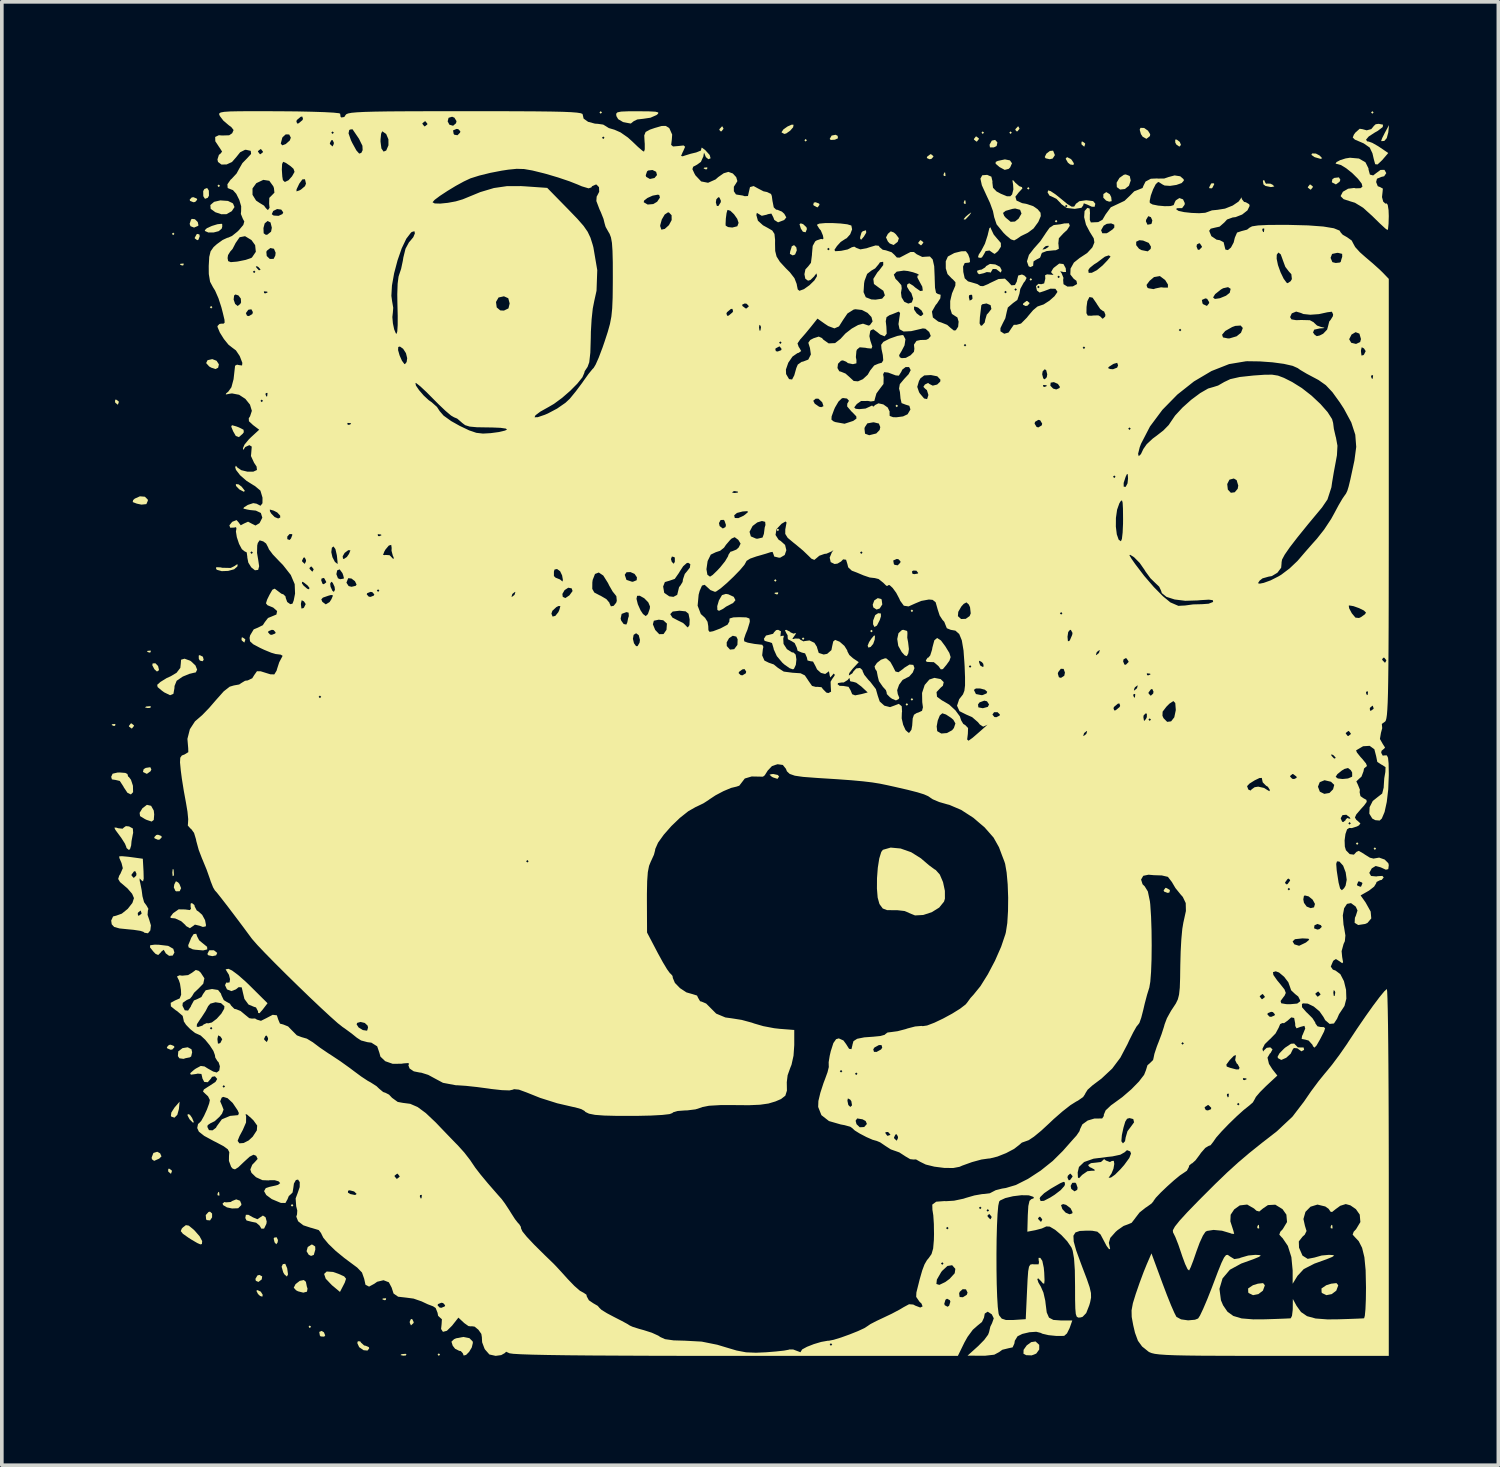
<source format=kicad_pcb>
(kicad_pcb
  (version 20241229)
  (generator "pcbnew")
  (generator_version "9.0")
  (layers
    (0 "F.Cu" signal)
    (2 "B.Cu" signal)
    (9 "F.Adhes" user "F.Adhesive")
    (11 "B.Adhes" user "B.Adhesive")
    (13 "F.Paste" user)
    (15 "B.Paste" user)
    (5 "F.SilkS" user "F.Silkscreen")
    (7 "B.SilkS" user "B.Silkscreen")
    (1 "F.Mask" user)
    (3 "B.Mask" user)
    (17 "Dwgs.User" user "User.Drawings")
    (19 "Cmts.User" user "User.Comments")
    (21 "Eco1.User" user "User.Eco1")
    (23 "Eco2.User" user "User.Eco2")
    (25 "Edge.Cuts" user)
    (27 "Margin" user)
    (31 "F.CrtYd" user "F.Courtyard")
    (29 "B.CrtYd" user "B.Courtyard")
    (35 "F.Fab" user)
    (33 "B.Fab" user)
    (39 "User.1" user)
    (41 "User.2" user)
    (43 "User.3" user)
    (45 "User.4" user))
  (footprint "pyuuro"
    (layer "F.Cu")
    (at 17.489 17.072)
    (property "Reference" "pyuuro" (at 0 0 0) (layer "F.SilkS") (effects (font (size 1.524 1.524) (thickness 0.3))))
    (attr board_only exclude_from_pos_files exclude_from_bom)
    (fp_poly (pts (xy -15.754 -13.706) (xy -15.788 -13.672) (xy -15.823 -13.706) (xy -15.788 -13.741)) (stroke (width 0) (type solid)) (fill yes) (layer "F.SilkS"))
    (fp_poly (pts (xy -14.713 -11.694) (xy -14.747 -11.659) (xy -14.782 -11.694) (xy -14.747 -11.728)) (stroke (width 0) (type solid)) (fill yes) (layer "F.SilkS"))
    (fp_poly (pts (xy -14.504 -15.025) (xy -14.539 -14.99) (xy -14.574 -15.025) (xy -14.539 -15.06)) (stroke (width 0) (type solid)) (fill yes) (layer "F.SilkS"))
    (fp_poly (pts (xy -12.492 12.943) (xy -12.527 12.978) (xy -12.561 12.943) (xy -12.527 12.908)) (stroke (width 0) (type solid)) (fill yes) (layer "F.SilkS"))
    (fp_poly (pts (xy -12.006 16.274) (xy -12.041 16.309) (xy -12.075 16.274) (xy -12.041 16.239)) (stroke (width 0) (type solid)) (fill yes) (layer "F.SilkS"))
    (fp_poly (pts (xy -8.467 17.037) (xy -8.501 17.072) (xy -8.536 17.037) (xy -8.501 17.003)) (stroke (width 0) (type solid)) (fill yes) (layer "F.SilkS"))
    (fp_poly (pts (xy -4.025 -17.037) (xy -4.06 -17.003) (xy -4.095 -17.037) (xy -4.06 -17.072)) (stroke (width 0) (type solid)) (fill yes) (layer "F.SilkS"))
    (fp_poly (pts (xy 0.763 -4.199) (xy 0.729 -4.164) (xy 0.694 -4.199) (xy 0.729 -4.233)) (stroke (width 0) (type solid)) (fill yes) (layer "F.SilkS"))
    (fp_poly (pts (xy 0.833 -5.587) (xy 0.798 -5.552) (xy 0.763 -5.587) (xy 0.798 -5.621)) (stroke (width 0) (type solid)) (fill yes) (layer "F.SilkS"))
    (fp_poly (pts (xy 1.527 -2.602) (xy 1.492 -2.568) (xy 1.457 -2.602) (xy 1.492 -2.637)) (stroke (width 0) (type solid)) (fill yes) (layer "F.SilkS"))
    (fp_poly (pts (xy 1.596 -16.274) (xy 1.561 -16.239) (xy 1.527 -16.274) (xy 1.561 -16.309)) (stroke (width 0) (type solid)) (fill yes) (layer "F.SilkS"))
    (fp_poly (pts (xy 3.401 -2.811) (xy 3.366 -2.776) (xy 3.331 -2.811) (xy 3.366 -2.845)) (stroke (width 0) (type solid)) (fill yes) (layer "F.SilkS"))
    (fp_poly (pts (xy 4.095 -8.987) (xy 4.06 -8.952) (xy 4.025 -8.987) (xy 4.06 -9.022)) (stroke (width 0) (type solid)) (fill yes) (layer "F.SilkS"))
    (fp_poly (pts (xy 4.372 -0.798) (xy 4.337 -0.763) (xy 4.303 -0.798) (xy 4.337 -0.833)) (stroke (width 0) (type solid)) (fill yes) (layer "F.SilkS"))
    (fp_poly (pts (xy 4.511 -3.366) (xy 4.476 -3.331) (xy 4.442 -3.366) (xy 4.476 -3.401)) (stroke (width 0) (type solid)) (fill yes) (layer "F.SilkS"))
    (fp_poly (pts (xy 4.511 -0.937) (xy 4.476 -0.902) (xy 4.442 -0.937) (xy 4.476 -0.972)) (stroke (width 0) (type solid)) (fill yes) (layer "F.SilkS"))
    (fp_poly (pts (xy 6.454 -16.482) (xy 6.419 -16.448) (xy 6.385 -16.482) (xy 6.419 -16.517)) (stroke (width 0) (type solid)) (fill yes) (layer "F.SilkS"))
    (fp_poly (pts (xy 7.217 -16.482) (xy 7.183 -16.448) (xy 7.148 -16.482) (xy 7.183 -16.517)) (stroke (width 0) (type solid)) (fill yes) (layer "F.SilkS"))
    (fp_poly (pts (xy 7.703 -14.955) (xy 7.669 -14.921) (xy 7.634 -14.955) (xy 7.669 -14.99)) (stroke (width 0) (type solid)) (fill yes) (layer "F.SilkS"))
    (fp_poly (pts (xy 7.773 -12.457) (xy 7.738 -12.422) (xy 7.703 -12.457) (xy 7.738 -12.492)) (stroke (width 0) (type solid)) (fill yes) (layer "F.SilkS"))
    (fp_poly (pts (xy 8.467 -14.053) (xy 8.432 -14.019) (xy 8.397 -14.053) (xy 8.432 -14.088)) (stroke (width 0) (type solid)) (fill yes) (layer "F.SilkS"))
    (fp_poly (pts (xy 16.725 3.019) (xy 16.69 3.054) (xy 16.656 3.019) (xy 16.69 2.984)) (stroke (width 0) (type solid)) (fill yes) (layer "F.SilkS"))
    (fp_poly (pts (xy 17.142 -17.037) (xy 17.107 -17.003) (xy 17.072 -17.037) (xy 17.107 -17.072)) (stroke (width 0) (type solid)) (fill yes) (layer "F.SilkS"))
    (fp_poly (pts (xy 17.211 3.158) (xy 17.176 3.192) (xy 17.142 3.158) (xy 17.176 3.123)) (stroke (width 0) (type solid)) (fill yes) (layer "F.SilkS"))
    (fp_poly (pts (xy -17.373 -0.254) (xy -17.382 -0.213) (xy -17.419 -0.208) (xy -17.476 -0.234) (xy -17.465 -0.254) (xy -17.383 -0.263)) (stroke (width 0) (type solid)) (fill yes) (layer "F.SilkS"))
    (fp_poly (pts (xy -16.401 -2.267) (xy -16.411 -2.226) (xy -16.448 -2.221) (xy -16.505 -2.246) (xy -16.494 -2.267) (xy -16.411 -2.275)) (stroke (width 0) (type solid)) (fill yes) (layer "F.SilkS"))
    (fp_poly (pts (xy -16.397 -0.736) (xy -16.418 -0.704) (xy -16.488 -0.699) (xy -16.562 -0.716) (xy -16.53 -0.741) (xy -16.421 -0.75)) (stroke (width 0) (type solid)) (fill yes) (layer "F.SilkS"))
    (fp_poly (pts (xy -15.777 3.73) (xy -15.768 3.872) (xy -15.777 3.904) (xy -15.802 3.912) (xy -15.812 3.817) (xy -15.801 3.718)) (stroke (width 0) (type solid)) (fill yes) (layer "F.SilkS"))
    (fp_poly (pts (xy -15.499 -12.885) (xy -15.509 -12.844) (xy -15.545 -12.839) (xy -15.602 -12.864) (xy -15.592 -12.885) (xy -15.509 -12.893)) (stroke (width 0) (type solid)) (fill yes) (layer "F.SilkS"))
    (fp_poly (pts (xy -14.528 12.584) (xy -14.519 12.667) (xy -14.528 12.677) (xy -14.569 12.667) (xy -14.574 12.631) (xy -14.548 12.573)) (stroke (width 0) (type solid)) (fill yes) (layer "F.SilkS"))
    (fp_poly (pts (xy -9.947 15.499) (xy -9.957 15.54) (xy -9.993 15.545) (xy -10.051 15.52) (xy -10.04 15.499) (xy -9.957 15.491)) (stroke (width 0) (type solid)) (fill yes) (layer "F.SilkS"))
    (fp_poly (pts (xy -9.388 17.03) (xy -9.408 17.062) (xy -9.479 17.067) (xy -9.553 17.05) (xy -9.521 17.025) (xy -9.412 17.016)) (stroke (width 0) (type solid)) (fill yes) (layer "F.SilkS"))
    (fp_poly (pts (xy -1.134 -15.522) (xy -1.143 -15.481) (xy -1.18 -15.476) (xy -1.237 -15.501) (xy -1.226 -15.522) (xy -1.144 -15.531)) (stroke (width 0) (type solid)) (fill yes) (layer "F.SilkS"))
    (fp_poly (pts (xy 0.81 -3.863) (xy 0.8 -3.822) (xy 0.763 -3.817) (xy 0.706 -3.842) (xy 0.717 -3.863) (xy 0.799 -3.872)) (stroke (width 0) (type solid)) (fill yes) (layer "F.SilkS"))
    (fp_poly (pts (xy 5.39 -15.383) (xy 5.398 -15.301) (xy 5.39 -15.291) (xy 5.349 -15.3) (xy 5.344 -15.337) (xy 5.369 -15.394)) (stroke (width 0) (type solid)) (fill yes) (layer "F.SilkS"))
    (fp_poly (pts (xy 5.945 -14.62) (xy 5.953 -14.538) (xy 5.945 -14.528) (xy 5.904 -14.537) (xy 5.899 -14.574) (xy 5.924 -14.631)) (stroke (width 0) (type solid)) (fill yes) (layer "F.SilkS"))
    (fp_poly (pts (xy 13.995 13.487) (xy 14.004 13.569) (xy 13.995 13.579) (xy 13.954 13.57) (xy 13.949 13.533) (xy 13.975 13.476)) (stroke (width 0) (type solid)) (fill yes) (layer "F.SilkS"))
    (fp_poly (pts (xy 16.008 13.487) (xy 16.016 13.569) (xy 16.008 13.579) (xy 15.967 13.57) (xy 15.962 13.533) (xy 15.987 13.476)) (stroke (width 0) (type solid)) (fill yes) (layer "F.SilkS"))
    (fp_poly (pts (xy -15.33 10.458) (xy -15.271 10.543) (xy -15.22 10.664) (xy -15.249 10.673) (xy -15.339 10.582) (xy -15.394 10.479) (xy -15.387 10.437)) (stroke (width 0) (type solid)) (fill yes) (layer "F.SilkS"))
    (fp_poly (pts (xy -14.973 -2.107) (xy -14.952 -2.022) (xy -14.982 -1.983) (xy -15.056 -2.001) (xy -15.085 -2.048) (xy -15.088 -2.137) (xy -15.061 -2.151)) (stroke (width 0) (type solid)) (fill yes) (layer "F.SilkS"))
    (fp_poly (pts (xy -13.385 15.311) (xy -13.332 15.397) (xy -13.342 15.448) (xy -13.405 15.429) (xy -13.462 15.374) (xy -13.507 15.286) (xy -13.476 15.268)) (stroke (width 0) (type solid)) (fill yes) (layer "F.SilkS"))
    (fp_poly (pts (xy -13.347 14.892) (xy -13.359 14.975) (xy -13.45 15.044) (xy -13.521 15.013) (xy -13.533 14.961) (xy -13.477 14.866) (xy -13.423 14.851)) (stroke (width 0) (type solid)) (fill yes) (layer "F.SilkS"))
    (fp_poly (pts (xy -12.914 13.894) (xy -12.923 13.959) (xy -12.961 14.011) (xy -13.007 13.958) (xy -13.032 13.856) (xy -13.019 13.829) (xy -12.951 13.818)) (stroke (width 0) (type solid)) (fill yes) (layer "F.SilkS"))
    (fp_poly (pts (xy -11.652 16.427) (xy -11.618 16.514) (xy -11.648 16.545) (xy -11.742 16.539) (xy -11.765 16.513) (xy -11.781 16.415) (xy -11.714 16.388)) (stroke (width 0) (type solid)) (fill yes) (layer "F.SilkS"))
    (fp_poly (pts (xy -9.229 16.067) (xy -9.189 16.15) (xy -9.198 16.175) (xy -9.265 16.236) (xy -9.298 16.166) (xy -9.299 16.131) (xy -9.265 16.06)) (stroke (width 0) (type solid)) (fill yes) (layer "F.SilkS"))
    (fp_poly (pts (xy 2.44 -16.395) (xy 2.447 -16.328) (xy 2.364 -16.29) (xy 2.251 -16.283) (xy 2.221 -16.311) (xy 2.274 -16.403) (xy 2.383 -16.425)) (stroke (width 0) (type solid)) (fill yes) (layer "F.SilkS"))
    (fp_poly (pts (xy 6.822 -16.214) (xy 6.8 -16.117) (xy 6.723 -16.078) (xy 6.618 -16.078) (xy 6.606 -16.152) (xy 6.668 -16.265) (xy 6.76 -16.284)) (stroke (width 0) (type solid)) (fill yes) (layer "F.SilkS"))
    (fp_poly (pts (xy -17.283 -9.11) (xy -17.28 -9.091) (xy -17.304 -9.024) (xy -17.311 -9.022) (xy -17.37 -9.07) (xy -17.384 -9.091) (xy -17.379 -9.155) (xy -17.354 -9.161)) (stroke (width 0) (type solid)) (fill yes) (layer "F.SilkS"))
    (fp_poly (pts (xy -16.866 -0.225) (xy -16.864 -0.208) (xy -16.917 -0.141) (xy -16.933 -0.139) (xy -17.001 -0.192) (xy -17.003 -0.208) (xy -16.95 -0.276) (xy -16.933 -0.278)) (stroke (width 0) (type solid)) (fill yes) (layer "F.SilkS"))
    (fp_poly (pts (xy -16.387 0.987) (xy -16.41 1.036) (xy -16.51 1.107) (xy -16.609 1.059) (xy -16.617 1.048) (xy -16.597 0.976) (xy -16.541 0.943) (xy -16.416 0.924)) (stroke (width 0) (type solid)) (fill yes) (layer "F.SilkS"))
    (fp_poly (pts (xy -16.203 -1.852) (xy -16.178 -1.749) (xy -16.182 -1.733) (xy -16.233 -1.7) (xy -16.304 -1.764) (xy -16.361 -1.873) (xy -16.352 -1.923) (xy -16.276 -1.927)) (stroke (width 0) (type solid)) (fill yes) (layer "F.SilkS"))
    (fp_poly (pts (xy -16.147 11.515) (xy -16.109 11.6) (xy -16.171 11.661) (xy -16.311 11.723) (xy -16.373 11.677) (xy -16.378 11.628) (xy -16.331 11.506) (xy -16.225 11.473)) (stroke (width 0) (type solid)) (fill yes) (layer "F.SilkS"))
    (fp_poly (pts (xy -16.112 2.813) (xy -16.101 2.845) (xy -16.157 2.907) (xy -16.205 2.915) (xy -16.297 2.877) (xy -16.309 2.845) (xy -16.253 2.784) (xy -16.205 2.776)) (stroke (width 0) (type solid)) (fill yes) (layer "F.SilkS"))
    (fp_poly (pts (xy -15.826 11.987) (xy -15.823 12.006) (xy -15.847 12.074) (xy -15.854 12.075) (xy -15.913 12.027) (xy -15.927 12.006) (xy -15.922 11.942) (xy -15.896 11.937)) (stroke (width 0) (type solid)) (fill yes) (layer "F.SilkS"))
    (fp_poly (pts (xy -15.765 8.574) (xy -15.754 8.605) (xy -15.81 8.667) (xy -15.858 8.675) (xy -15.95 8.637) (xy -15.962 8.605) (xy -15.906 8.544) (xy -15.858 8.536)) (stroke (width 0) (type solid)) (fill yes) (layer "F.SilkS"))
    (fp_poly (pts (xy -15.141 -14.675) (xy -15.129 -14.643) (xy -15.185 -14.582) (xy -15.233 -14.574) (xy -15.325 -14.611) (xy -15.337 -14.643) (xy -15.281 -14.705) (xy -15.233 -14.713)) (stroke (width 0) (type solid)) (fill yes) (layer "F.SilkS"))
    (fp_poly (pts (xy -15.07 -13.691) (xy -15.06 -13.641) (xy -15.096 -13.546) (xy -15.129 -13.533) (xy -15.196 -13.583) (xy -15.198 -13.598) (xy -15.148 -13.692) (xy -15.129 -13.706)) (stroke (width 0) (type solid)) (fill yes) (layer "F.SilkS"))
    (fp_poly (pts (xy -14.81 -14.893) (xy -14.807 -14.754) (xy -14.84 -14.696) (xy -14.916 -14.668) (xy -14.962 -14.74) (xy -14.965 -14.879) (xy -14.932 -14.937) (xy -14.857 -14.966)) (stroke (width 0) (type solid)) (fill yes) (layer "F.SilkS"))
    (fp_poly (pts (xy -14.721 13.168) (xy -14.721 13.272) (xy -14.777 13.356) (xy -14.866 13.348) (xy -14.885 13.326) (xy -14.895 13.21) (xy -14.819 13.125) (xy -14.778 13.116)) (stroke (width 0) (type solid)) (fill yes) (layer "F.SilkS"))
    (fp_poly (pts (xy -14.671 5.946) (xy -14.58 6.018) (xy -14.61 6.085) (xy -14.713 6.107) (xy -14.825 6.083) (xy -14.851 6.049) (xy -14.8 5.947) (xy -14.674 5.945)) (stroke (width 0) (type solid)) (fill yes) (layer "F.SilkS"))
    (fp_poly (pts (xy -13.994 -6.835) (xy -13.91 -6.771) (xy -13.824 -6.661) (xy -13.846 -6.63) (xy -13.964 -6.691) (xy -13.979 -6.702) (xy -14.065 -6.792) (xy -14.069 -6.843)) (stroke (width 0) (type solid)) (fill yes) (layer "F.SilkS"))
    (fp_poly (pts (xy -13.813 -2.587) (xy -13.81 -2.568) (xy -13.834 -2.5) (xy -13.841 -2.498) (xy -13.9 -2.547) (xy -13.914 -2.568) (xy -13.909 -2.632) (xy -13.884 -2.637)) (stroke (width 0) (type solid)) (fill yes) (layer "F.SilkS"))
    (fp_poly (pts (xy -0.695 -16.602) (xy -0.694 -16.586) (xy -0.747 -16.52) (xy -0.767 -16.517) (xy -0.809 -16.559) (xy -0.798 -16.586) (xy -0.736 -16.653) (xy -0.725 -16.656)) (stroke (width 0) (type solid)) (fill yes) (layer "F.SilkS"))
    (fp_poly (pts (xy 0.798 1.137) (xy 0.833 1.18) (xy 0.789 1.244) (xy 0.663 1.203) (xy 0.625 1.18) (xy 0.57 1.129) (xy 0.639 1.112) (xy 0.677 1.111)) (stroke (width 0) (type solid)) (fill yes) (layer "F.SilkS"))
    (fp_poly (pts (xy 1.492 -13.974) (xy 1.584 -13.887) (xy 1.596 -13.838) (xy 1.56 -13.75) (xy 1.486 -13.766) (xy 1.43 -13.851) (xy 1.393 -13.972) (xy 1.427 -13.995)) (stroke (width 0) (type solid)) (fill yes) (layer "F.SilkS"))
    (fp_poly (pts (xy 1.93 -14.538) (xy 1.943 -14.504) (xy 1.893 -14.437) (xy 1.878 -14.435) (xy 1.784 -14.485) (xy 1.77 -14.504) (xy 1.785 -14.564) (xy 1.835 -14.574)) (stroke (width 0) (type solid)) (fill yes) (layer "F.SilkS"))
    (fp_poly (pts (xy 3.223 -13.74) (xy 3.159 -13.632) (xy 3.084 -13.545) (xy 3.058 -13.57) (xy 3.056 -13.615) (xy 3.093 -13.743) (xy 3.128 -13.779) (xy 3.217 -13.805)) (stroke (width 0) (type solid)) (fill yes) (layer "F.SilkS"))
    (fp_poly (pts (xy 4.787 -13.48) (xy 4.789 -13.463) (xy 4.736 -13.396) (xy 4.719 -13.394) (xy 4.652 -13.447) (xy 4.65 -13.463) (xy 4.703 -13.531) (xy 4.719 -13.533)) (stroke (width 0) (type solid)) (fill yes) (layer "F.SilkS"))
    (fp_poly (pts (xy 5.064 -15.839) (xy 5.066 -15.823) (xy 5.01 -15.762) (xy 4.958 -15.754) (xy 4.886 -15.787) (xy 4.893 -15.823) (xy 4.981 -15.89) (xy 5.001 -15.892)) (stroke (width 0) (type solid)) (fill yes) (layer "F.SilkS"))
    (fp_poly (pts (xy 6.085 -14.26) (xy 6.047 -14.209) (xy 5.945 -14.102) (xy 5.9 -14.102) (xy 5.899 -14.114) (xy 5.946 -14.172) (xy 6.02 -14.236) (xy 6.103 -14.296)) (stroke (width 0) (type solid)) (fill yes) (layer "F.SilkS"))
    (fp_poly (pts (xy 6.313 -16.325) (xy 6.315 -16.309) (xy 6.262 -16.241) (xy 6.246 -16.239) (xy 6.179 -16.292) (xy 6.177 -16.309) (xy 6.229 -16.376) (xy 6.246 -16.378)) (stroke (width 0) (type solid)) (fill yes) (layer "F.SilkS"))
    (fp_poly (pts (xy 7.425 -16.602) (xy 7.426 -16.586) (xy 7.372 -16.52) (xy 7.352 -16.517) (xy 7.311 -16.559) (xy 7.322 -16.586) (xy 7.384 -16.653) (xy 7.395 -16.656)) (stroke (width 0) (type solid)) (fill yes) (layer "F.SilkS"))
    (fp_poly (pts (xy 7.701 -11.814) (xy 7.703 -11.798) (xy 7.647 -11.737) (xy 7.595 -11.728) (xy 7.523 -11.762) (xy 7.53 -11.798) (xy 7.619 -11.865) (xy 7.638 -11.867)) (stroke (width 0) (type solid)) (fill yes) (layer "F.SilkS"))
    (fp_poly (pts (xy 8.833 -15.762) (xy 8.857 -15.74) (xy 8.92 -15.642) (xy 8.907 -15.596) (xy 8.819 -15.61) (xy 8.755 -15.661) (xy 8.694 -15.769) (xy 8.732 -15.812)) (stroke (width 0) (type solid)) (fill yes) (layer "F.SilkS"))
    (fp_poly (pts (xy 9.227 -16.189) (xy 9.23 -16.17) (xy 9.206 -16.102) (xy 9.199 -16.101) (xy 9.14 -16.149) (xy 9.126 -16.17) (xy 9.131 -16.234) (xy 9.157 -16.239)) (stroke (width 0) (type solid)) (fill yes) (layer "F.SilkS"))
    (fp_poly (pts (xy 11.541 4.284) (xy 11.555 4.303) (xy 11.539 4.362) (xy 11.49 4.372) (xy 11.395 4.336) (xy 11.381 4.303) (xy 11.431 4.235) (xy 11.447 4.233)) (stroke (width 0) (type solid)) (fill yes) (layer "F.SilkS"))
    (fp_poly (pts (xy 11.825 -16.229) (xy 11.857 -16.146) (xy 11.816 -16.101) (xy 11.811 -16.101) (xy 11.731 -16.156) (xy 11.701 -16.21) (xy 11.699 -16.292) (xy 11.741 -16.293)) (stroke (width 0) (type solid)) (fill yes) (layer "F.SilkS"))
    (fp_poly (pts (xy 12.764 -15.091) (xy 12.769 -15.068) (xy 12.719 -14.97) (xy 12.7 -14.955) (xy 12.636 -14.959) (xy 12.631 -14.982) (xy 12.681 -15.08) (xy 12.7 -15.094)) (stroke (width 0) (type solid)) (fill yes) (layer "F.SilkS"))
    (fp_poly (pts (xy 15.474 -15.007) (xy 15.476 -14.99) (xy 15.423 -14.923) (xy 15.407 -14.921) (xy 15.339 -14.974) (xy 15.337 -14.99) (xy 15.39 -15.058) (xy 15.407 -15.06)) (stroke (width 0) (type solid)) (fill yes) (layer "F.SilkS"))
    (fp_poly (pts (xy 15.558 -15.91) (xy 15.657 -15.858) (xy 15.731 -15.782) (xy 15.688 -15.764) (xy 15.54 -15.806) (xy 15.515 -15.816) (xy 15.435 -15.874) (xy 15.453 -15.913)) (stroke (width 0) (type solid)) (fill yes) (layer "F.SilkS"))
    (fp_poly (pts (xy 16.23 -15.19) (xy 16.207 -15.134) (xy 16.107 -15.063) (xy 16.004 -15.117) (xy 15.996 -15.129) (xy 16.012 -15.208) (xy 16.064 -15.242) (xy 16.19 -15.256)) (stroke (width 0) (type solid)) (fill yes) (layer "F.SilkS"))
    (fp_poly (pts (xy -15.654 4.084) (xy -15.618 4.125) (xy -15.571 4.242) (xy -15.61 4.326) (xy -15.705 4.329) (xy -15.727 4.317) (xy -15.771 4.221) (xy -15.758 4.14) (xy -15.713 4.052)) (stroke (width 0) (type solid)) (fill yes) (layer "F.SilkS"))
    (fp_poly (pts (xy -15.631 10.3) (xy -15.675 10.46) (xy -15.753 10.538) (xy -15.837 10.51) (xy -15.851 10.49) (xy -15.839 10.397) (xy -15.754 10.264) (xy -15.752 10.261) (xy -15.612 10.098)) (stroke (width 0) (type solid)) (fill yes) (layer "F.SilkS"))
    (fp_poly (pts (xy -15.192 -14.108) (xy -15.114 -14.03) (xy -15.095 -13.943) (xy -15.106 -13.925) (xy -15.216 -13.879) (xy -15.313 -13.917) (xy -15.337 -13.98) (xy -15.3 -14.095) (xy -15.276 -14.118)) (stroke (width 0) (type solid)) (fill yes) (layer "F.SilkS"))
    (fp_poly (pts (xy -14.599 -10.226) (xy -14.534 -10.127) (xy -14.555 -10.035) (xy -14.63 -9.998) (xy -14.744 -10.037) (xy -14.801 -10.069) (xy -14.884 -10.162) (xy -14.846 -10.241) (xy -14.716 -10.271)) (stroke (width 0) (type solid)) (fill yes) (layer "F.SilkS"))
    (fp_poly (pts (xy -12.661 14.669) (xy -12.661 14.671) (xy -12.638 14.836) (xy -12.668 14.896) (xy -12.737 14.837) (xy -12.77 14.78) (xy -12.814 14.626) (xy -12.78 14.556) (xy -12.714 14.546)) (stroke (width 0) (type solid)) (fill yes) (layer "F.SilkS"))
    (fp_poly (pts (xy -11.893 14.072) (xy -11.889 14.156) (xy -11.931 14.303) (xy -12.006 14.33) (xy -12.07 14.299) (xy -12.129 14.201) (xy -12.097 14.086) (xy -11.996 14.02) (xy -11.974 14.019)) (stroke (width 0) (type solid)) (fill yes) (layer "F.SilkS"))
    (fp_poly (pts (xy 3.463 -2.666) (xy 3.455 -2.573) (xy 3.414 -2.458) (xy 3.345 -2.376) (xy 3.283 -2.357) (xy 3.262 -2.41) (xy 3.301 -2.507) (xy 3.368 -2.607) (xy 3.445 -2.696)) (stroke (width 0) (type solid)) (fill yes) (layer "F.SilkS"))
    (fp_poly (pts (xy 3.625 -3.293) (xy 3.627 -3.214) (xy 3.596 -3.116) (xy 3.518 -2.962) (xy 3.449 -2.922) (xy 3.411 -2.997) (xy 3.413 -3.099) (xy 3.47 -3.249) (xy 3.551 -3.301)) (stroke (width 0) (type solid)) (fill yes) (layer "F.SilkS"))
    (fp_poly (pts (xy 3.633 -3.691) (xy 3.647 -3.672) (xy 3.664 -3.541) (xy 3.592 -3.43) (xy 3.507 -3.401) (xy 3.419 -3.458) (xy 3.401 -3.532) (xy 3.444 -3.651) (xy 3.539 -3.714)) (stroke (width 0) (type solid)) (fill yes) (layer "F.SilkS"))
    (fp_poly (pts (xy 8.352 -15.984) (xy 8.399 -15.867) (xy 8.338 -15.773) (xy 8.258 -15.754) (xy 8.146 -15.779) (xy 8.12 -15.814) (xy 8.165 -15.907) (xy 8.261 -15.981) (xy 8.346 -15.989)) (stroke (width 0) (type solid)) (fill yes) (layer "F.SilkS"))
    (fp_poly (pts (xy 9.905 -14.793) (xy 9.944 -14.713) (xy 9.956 -14.603) (xy 9.888 -14.59) (xy 9.803 -14.62) (xy 9.727 -14.699) (xy 9.729 -14.799) (xy 9.806 -14.851) (xy 9.812 -14.851)) (stroke (width 0) (type solid)) (fill yes) (layer "F.SilkS"))
    (fp_poly (pts (xy 10.845 -16.612) (xy 10.952 -16.538) (xy 11.013 -16.439) (xy 11.006 -16.389) (xy 10.91 -16.313) (xy 10.806 -16.372) (xy 10.759 -16.443) (xy 10.725 -16.564) (xy 10.746 -16.615)) (stroke (width 0) (type solid)) (fill yes) (layer "F.SilkS"))
    (fp_poly (pts (xy 17.544 -16.488) (xy 17.502 -16.333) (xy 17.436 -16.256) (xy 17.357 -16.25) (xy 17.35 -16.26) (xy 17.379 -16.338) (xy 17.451 -16.481) (xy 17.457 -16.492) (xy 17.564 -16.69)) (stroke (width 0) (type solid)) (fill yes) (layer "F.SilkS"))
    (fp_poly (pts (xy -16.564 -6.496) (xy -16.486 -6.419) (xy -16.482 -6.39) (xy -16.524 -6.293) (xy -16.659 -6.279) (xy -16.786 -6.306) (xy -16.898 -6.349) (xy -16.887 -6.403) (xy -16.842 -6.444) (xy -16.701 -6.507)) (stroke (width 0) (type solid)) (fill yes) (layer "F.SilkS"))
    (fp_poly (pts (xy -14.06 -8.426) (xy -13.981 -8.396) (xy -13.858 -8.333) (xy -13.851 -8.265) (xy -13.881 -8.223) (xy -13.986 -8.131) (xy -14.07 -8.162) (xy -14.145 -8.293) (xy -14.196 -8.419) (xy -14.176 -8.458)) (stroke (width 0) (type solid)) (fill yes) (layer "F.SilkS"))
    (fp_poly (pts (xy 1.23 -16.699) (xy 1.218 -16.63) (xy 1.136 -16.536) (xy 1.03 -16.462) (xy 0.977 -16.448) (xy 0.905 -16.486) (xy 0.902 -16.5) (xy 0.953 -16.574) (xy 1.066 -16.653) (xy 1.18 -16.703)) (stroke (width 0) (type solid)) (fill yes) (layer "F.SilkS"))
    (fp_poly (pts (xy 1.306 -13.336) (xy 1.319 -13.255) (xy 1.272 -13.14) (xy 1.207 -13.116) (xy 1.129 -13.158) (xy 1.138 -13.226) (xy 1.174 -13.337) (xy 1.18 -13.365) (xy 1.233 -13.393) (xy 1.249 -13.394)) (stroke (width 0) (type solid)) (fill yes) (layer "F.SilkS"))
    (fp_poly (pts (xy 7.166 -15.722) (xy 7.222 -15.643) (xy 7.172 -15.53) (xy 7.13 -15.489) (xy 7.022 -15.462) (xy 6.878 -15.54) (xy 6.773 -15.63) (xy 6.775 -15.68) (xy 6.833 -15.708) (xy 7.028 -15.75)) (stroke (width 0) (type solid)) (fill yes) (layer "F.SilkS"))
    (fp_poly (pts (xy 10.452 -15.293) (xy 10.479 -15.171) (xy 10.431 -15.028) (xy 10.318 -14.937) (xy 10.188 -14.922) (xy 10.098 -14.989) (xy 10.092 -15.111) (xy 10.17 -15.242) (xy 10.291 -15.328) (xy 10.343 -15.337)) (stroke (width 0) (type solid)) (fill yes) (layer "F.SilkS"))
    (fp_poly (pts (xy -16.394 1.983) (xy -16.321 2.113) (xy -16.309 2.219) (xy -16.321 2.37) (xy -16.379 2.415) (xy -16.516 2.369) (xy -16.569 2.344) (xy -16.697 2.265) (xy -16.709 2.176) (xy -16.631 2.049) (xy -16.509 1.956)) (stroke (width 0) (type solid)) (fill yes) (layer "F.SilkS"))
    (fp_poly (pts (xy -15.287 8.661) (xy -15.268 8.744) (xy -15.294 8.857) (xy -15.331 8.883) (xy -15.448 8.906) (xy -15.504 8.925) (xy -15.618 8.909) (xy -15.659 8.849) (xy -15.649 8.719) (xy -15.531 8.63) (xy -15.389 8.607)) (stroke (width 0) (type solid)) (fill yes) (layer "F.SilkS"))
    (fp_poly (pts (xy -11.402 14.77) (xy -11.256 14.821) (xy -11.098 14.892) (xy -11.046 14.956) (xy -11.081 15.062) (xy -11.124 15.146) (xy -11.213 15.318) (xy -11.436 15.132) (xy -11.604 14.955) (xy -11.648 14.825) (xy -11.577 14.758)) (stroke (width 0) (type solid)) (fill yes) (layer "F.SilkS"))
    (fp_poly (pts (xy 3.981 -13.744) (xy 4.035 -13.698) (xy 4.119 -13.587) (xy 4.087 -13.489) (xy 4.086 -13.488) (xy 3.975 -13.401) (xy 3.867 -13.444) (xy 3.817 -13.498) (xy 3.766 -13.609) (xy 3.818 -13.708) (xy 3.897 -13.776)) (stroke (width 0) (type solid)) (fill yes) (layer "F.SilkS"))
    (fp_poly (pts (xy 7.871 16.679) (xy 7.969 16.77) (xy 7.969 16.897) (xy 7.887 17.01) (xy 7.762 17.059) (xy 7.611 17.053) (xy 7.537 17.014) (xy 7.54 16.907) (xy 7.625 16.786) (xy 7.749 16.695) (xy 7.867 16.677)) (stroke (width 0) (type solid)) (fill yes) (layer "F.SilkS"))
    (fp_poly (pts (xy 14.157 15.133) (xy 14.157 15.142) (xy 14.105 15.283) (xy 13.981 15.378) (xy 13.834 15.407) (xy 13.715 15.349) (xy 13.703 15.331) (xy 13.699 15.223) (xy 13.832 15.134) (xy 13.967 15.092) (xy 14.11 15.076)) (stroke (width 0) (type solid)) (fill yes) (layer "F.SilkS"))
    (fp_poly (pts (xy 16.17 15.133) (xy 16.17 15.142) (xy 16.118 15.283) (xy 15.993 15.378) (xy 15.847 15.407) (xy 15.728 15.349) (xy 15.715 15.331) (xy 15.712 15.223) (xy 15.844 15.134) (xy 15.979 15.092) (xy 16.123 15.076)) (stroke (width 0) (type solid)) (fill yes) (layer "F.SilkS"))
    (fp_poly (pts (xy -14.444 -13.976) (xy -14.442 -13.903) (xy -14.459 -13.848) (xy -14.539 -13.781) (xy -14.678 -13.745) (xy -14.822 -13.744) (xy -14.912 -13.783) (xy -14.921 -13.808) (xy -14.863 -13.863) (xy -14.727 -13.924) (xy -14.574 -13.971) (xy -14.461 -13.983)) (stroke (width 0) (type solid)) (fill yes) (layer "F.SilkS"))
    (fp_poly (pts (xy -14.285 -14.61) (xy -14.148 -14.542) (xy -14.106 -14.442) (xy -14.18 -14.331) (xy -14.191 -14.323) (xy -14.328 -14.246) (xy -14.466 -14.245) (xy -14.631 -14.3) (xy -14.76 -14.393) (xy -14.769 -14.497) (xy -14.667 -14.585) (xy -14.495 -14.625)) (stroke (width 0) (type solid)) (fill yes) (layer "F.SilkS"))
    (fp_poly (pts (xy -10.656 16.675) (xy -10.637 16.708) (xy -10.55 16.787) (xy -10.508 16.795) (xy -10.42 16.834) (xy -10.41 16.864) (xy -10.457 16.927) (xy -10.565 16.917) (xy -10.679 16.839) (xy -10.689 16.828) (xy -10.738 16.72) (xy -10.723 16.671)) (stroke (width 0) (type solid)) (fill yes) (layer "F.SilkS"))
    (fp_poly (pts (xy -14.022 -4.606) (xy -14.03 -4.58) (xy -14.117 -4.505) (xy -14.28 -4.461) (xy -14.457 -4.454) (xy -14.588 -4.491) (xy -14.611 -4.515) (xy -14.608 -4.563) (xy -14.494 -4.558) (xy -14.441 -4.547) (xy -14.21 -4.542) (xy -14.109 -4.592) (xy -14.027 -4.648)) (stroke (width 0) (type solid)) (fill yes) (layer "F.SilkS"))
    (fp_poly (pts (xy -13.955 12.816) (xy -13.916 12.91) (xy -13.923 12.94) (xy -14.006 13.023) (xy -14.173 13.029) (xy -14.314 12.999) (xy -14.416 12.938) (xy -14.435 12.896) (xy -14.385 12.852) (xy -14.339 12.861) (xy -14.21 12.851) (xy -14.17 12.824) (xy -14.059 12.779)) (stroke (width 0) (type solid)) (fill yes) (layer "F.SilkS"))
    (fp_poly (pts (xy -12.146 15.042) (xy -12.145 15.054) (xy -12.122 15.17) (xy -12.103 15.227) (xy -12.118 15.311) (xy -12.219 15.338) (xy -12.364 15.301) (xy -12.418 15.272) (xy -12.481 15.202) (xy -12.433 15.107) (xy -12.427 15.1) (xy -12.315 15.014) (xy -12.204 14.992)) (stroke (width 0) (type solid)) (fill yes) (layer "F.SilkS"))
    (fp_poly (pts (xy 14.154 -15.167) (xy 14.157 -15.136) (xy 14.191 -15.079) (xy 14.213 -15.086) (xy 14.312 -15.083) (xy 14.369 -15.056) (xy 14.419 -15.008) (xy 14.344 -14.992) (xy 14.318 -14.991) (xy 14.176 -15.021) (xy 14.12 -15.064) (xy 14.104 -15.161) (xy 14.116 -15.18)) (stroke (width 0) (type solid)) (fill yes) (layer "F.SilkS"))
    (fp_poly (pts (xy -15.129 5.57) (xy -15.076 5.672) (xy -14.99 5.744) (xy -14.858 5.851) (xy -14.853 5.922) (xy -14.967 5.95) (xy -15.191 5.93) (xy -15.254 5.919) (xy -15.365 5.866) (xy -15.376 5.807) (xy -15.32 5.672) (xy -15.294 5.604) (xy -15.227 5.502) (xy -15.156 5.493)) (stroke (width 0) (type solid)) (fill yes) (layer "F.SilkS"))
    (fp_poly (pts (xy -0.56 -3.819) (xy -0.411 -3.75) (xy -0.364 -3.658) (xy -0.432 -3.577) (xy -0.463 -3.564) (xy -0.624 -3.479) (xy -0.704 -3.42) (xy -0.814 -3.366) (xy -0.86 -3.389) (xy -0.864 -3.494) (xy -0.817 -3.654) (xy -0.815 -3.657) (xy -0.733 -3.797) (xy -0.627 -3.83)) (stroke (width 0) (type solid)) (fill yes) (layer "F.SilkS"))
    (fp_poly (pts (xy 4.346 -2.811) (xy 4.354 -2.759) (xy 4.349 -2.629) (xy 4.373 -2.498) (xy 4.394 -2.316) (xy 4.377 -2.2) (xy 4.338 -2.124) (xy 4.28 -2.144) (xy 4.197 -2.235) (xy 4.102 -2.406) (xy 4.074 -2.593) (xy 4.108 -2.752) (xy 4.202 -2.839) (xy 4.244 -2.845)) (stroke (width 0) (type solid)) (fill yes) (layer "F.SilkS"))
    (fp_poly (pts (xy -15.361 13.499) (xy -15.239 13.598) (xy -15.199 13.636) (xy -15.064 13.791) (xy -14.993 13.924) (xy -15 14.004) (xy -15.042 14.014) (xy -15.127 13.977) (xy -15.281 13.887) (xy -15.363 13.835) (xy -15.522 13.723) (xy -15.58 13.65) (xy -15.553 13.582) (xy -15.52 13.547) (xy -15.44 13.486)) (stroke (width 0) (type solid)) (fill yes) (layer "F.SilkS"))
    (fp_poly (pts (xy -13.724 13.203) (xy -13.599 13.273) (xy -13.478 13.324) (xy -13.407 13.276) (xy -13.327 13.223) (xy -13.254 13.271) (xy -13.223 13.386) (xy -13.231 13.449) (xy -13.294 13.58) (xy -13.368 13.583) (xy -13.419 13.498) (xy -13.512 13.419) (xy -13.635 13.394) (xy -13.776 13.358) (xy -13.81 13.29) (xy -13.794 13.202)) (stroke (width 0) (type solid)) (fill yes) (layer "F.SilkS"))
    (fp_poly (pts (xy -7.663 16.586) (xy -7.573 16.676) (xy -7.567 16.716) (xy -7.598 16.843) (xy -7.67 16.962) (xy -7.753 17.046) (xy -7.82 17.063) (xy -7.842 17.003) (xy -7.898 16.941) (xy -7.944 16.933) (xy -8.054 16.878) (xy -8.12 16.794) (xy -8.155 16.683) (xy -8.084 16.615) (xy -8.026 16.59) (xy -7.829 16.553)) (stroke (width 0) (type solid)) (fill yes) (layer "F.SilkS"))
    (fp_poly (pts (xy -16.187 5.794) (xy -15.926 5.825) (xy -15.786 5.905) (xy -15.754 6.007) (xy -15.801 6.091) (xy -15.901 6.098) (xy -15.992 6.03) (xy -16.007 6.001) (xy -16.049 5.932) (xy -16.109 5.979) (xy -16.129 6.006) (xy -16.199 6.076) (xy -16.272 6.044) (xy -16.329 5.985) (xy -16.424 5.866) (xy -16.419 5.808) (xy -16.298 5.792)) (stroke (width 0) (type solid)) (fill yes) (layer "F.SilkS"))
    (fp_poly (pts (xy -17.101 1.081) (xy -17.04 1.112) (xy -17.042 1.118) (xy -17.023 1.183) (xy -17.005 1.191) (xy -16.946 1.269) (xy -16.894 1.426) (xy -16.892 1.44) (xy -16.888 1.609) (xy -16.948 1.671) (xy -17.043 1.626) (xy -17.146 1.471) (xy -17.153 1.454) (xy -17.253 1.301) (xy -17.367 1.274) (xy -17.469 1.258) (xy -17.489 1.187) (xy -17.45 1.102) (xy -17.314 1.07) (xy -17.25 1.069)) (stroke (width 0) (type solid)) (fill yes) (layer "F.SilkS"))
    (fp_poly (pts (xy -16.997 2.549) (xy -16.895 2.605) (xy -16.886 2.724) (xy -16.896 2.768) (xy -16.931 2.953) (xy -16.941 3.071) (xy -16.973 3.174) (xy -17.007 3.192) (xy -17.07 3.139) (xy -17.072 3.118) (xy -17.111 3.022) (xy -17.21 2.866) (xy -17.261 2.796) (xy -17.372 2.646) (xy -17.402 2.582) (xy -17.354 2.58) (xy -17.296 2.598) (xy -17.176 2.611) (xy -17.142 2.579) (xy -17.086 2.54)) (stroke (width 0) (type solid)) (fill yes) (layer "F.SilkS"))
    (fp_poly (pts (xy 6.764 -12.868) (xy 6.892 -12.802) (xy 6.939 -12.71) (xy 6.916 -12.645) (xy 6.887 -12.665) (xy 6.789 -12.74) (xy 6.695 -12.744) (xy 6.662 -12.688) (xy 6.635 -12.641) (xy 6.618 -12.651) (xy 6.53 -12.659) (xy 6.449 -12.628) (xy 6.32 -12.599) (xy 6.281 -12.63) (xy 6.261 -12.692) (xy 6.334 -12.719) (xy 6.387 -12.726) (xy 6.485 -12.786) (xy 6.515 -12.825) (xy 6.618 -12.882)) (stroke (width 0) (type solid)) (fill yes) (layer "F.SilkS"))
    (fp_poly (pts (xy -2.735 -17.067) (xy -2.559 -17.058) (xy -2.482 -17.038) (xy -2.485 -17.004) (xy -2.529 -16.966) (xy -2.695 -16.893) (xy -2.889 -16.864) (xy -3.057 -16.845) (xy -3.156 -16.797) (xy -3.158 -16.795) (xy -3.232 -16.735) (xy -3.248 -16.735) (xy -3.349 -16.754) (xy -3.446 -16.773) (xy -3.581 -16.853) (xy -3.63 -16.937) (xy -3.637 -17.001) (xy -3.602 -17.04) (xy -3.5 -17.061) (xy -3.307 -17.069) (xy -3.03 -17.07)) (stroke (width 0) (type solid)) (fill yes) (layer "F.SilkS"))
    (fp_poly (pts (xy 5.274 -2.552) (xy 5.396 -2.387) (xy 5.504 -2.209) (xy 5.539 -2.096) (xy 5.505 -1.996) (xy 5.42 -1.879) (xy 5.326 -1.767) (xy 5.269 -1.76) (xy 5.203 -1.852) (xy 5.202 -1.852) (xy 5.078 -1.958) (xy 4.986 -1.96) (xy 4.881 -1.966) (xy 4.858 -2.004) (xy 4.906 -2.078) (xy 4.927 -2.082) (xy 4.979 -2.143) (xy 5.028 -2.297) (xy 5.039 -2.36) (xy 5.092 -2.557) (xy 5.168 -2.621)) (stroke (width 0) (type solid)) (fill yes) (layer "F.SilkS"))
    (fp_poly (pts (xy 6.646 -13.845) (xy 6.72 -13.689) (xy 6.809 -13.582) (xy 6.916 -13.458) (xy 6.918 -13.354) (xy 6.84 -13.234) (xy 6.747 -13.157) (xy 6.7 -13.182) (xy 6.604 -13.25) (xy 6.5 -13.235) (xy 6.454 -13.151) (xy 6.398 -13.06) (xy 6.348 -13.047) (xy 6.289 -13.065) (xy 6.311 -13.14) (xy 6.376 -13.238) (xy 6.48 -13.437) (xy 6.557 -13.675) (xy 6.563 -13.706) (xy 6.602 -13.864) (xy 6.633 -13.886)) (stroke (width 0) (type solid)) (fill yes) (layer "F.SilkS"))
    (fp_poly (pts (xy 14.987 8.531) (xy 15.061 8.606) (xy 15.085 8.611) (xy 15.221 8.612) (xy 15.235 8.67) (xy 15.228 8.682) (xy 15.16 8.718) (xy 15.138 8.7) (xy 15.047 8.635) (xy 14.954 8.627) (xy 14.921 8.67) (xy 14.867 8.783) (xy 14.745 8.895) (xy 14.615 8.952) (xy 14.604 8.952) (xy 14.517 8.904) (xy 14.508 8.866) (xy 14.561 8.77) (xy 14.687 8.642) (xy 14.723 8.612) (xy 14.876 8.51) (xy 14.963 8.505)) (stroke (width 0) (type solid)) (fill yes) (layer "F.SilkS"))
    (fp_poly (pts (xy -15.326 -1.999) (xy -15.299 -1.982) (xy -15.177 -1.867) (xy -15.131 -1.752) (xy -15.169 -1.676) (xy -15.222 -1.666) (xy -15.345 -1.636) (xy -15.518 -1.565) (xy -15.535 -1.556) (xy -15.693 -1.447) (xy -15.751 -1.304) (xy -15.754 -1.244) (xy -15.782 -1.089) (xy -15.873 -1.051) (xy -16.034 -1.129) (xy -16.101 -1.178) (xy -16.215 -1.274) (xy -16.227 -1.336) (xy -16.142 -1.412) (xy -16.135 -1.417) (xy -15.967 -1.521) (xy -15.858 -1.57) (xy -15.696 -1.666) (xy -15.592 -1.802) (xy -15.579 -1.924) (xy -15.572 -2.025) (xy -15.477 -2.053)) (stroke (width 0) (type solid)) (fill yes) (layer "F.SilkS"))
    (fp_poly (pts (xy -15.206 4.705) (xy -15.198 4.746) (xy -15.142 4.853) (xy -15.093 4.884) (xy -14.993 4.973) (xy -14.914 5.119) (xy -14.888 5.256) (xy -14.898 5.292) (xy -14.975 5.306) (xy -15.06 5.274) (xy -15.192 5.242) (xy -15.233 5.274) (xy -15.331 5.341) (xy -15.436 5.28) (xy -15.455 5.252) (xy -15.57 5.147) (xy -15.734 5.072) (xy -15.856 5.06) (xy -15.865 5.029) (xy -15.793 4.933) (xy -15.791 4.93) (xy -15.639 4.823) (xy -15.463 4.826) (xy -15.329 4.843) (xy -15.298 4.801) (xy -15.31 4.759) (xy -15.31 4.667) (xy -15.275 4.65)) (stroke (width 0) (type solid)) (fill yes) (layer "F.SilkS"))
    (fp_poly (pts (xy -14.173 6.501) (xy -14.005 6.626) (xy -13.798 6.808) (xy -13.675 6.927) (xy -13.2 7.399) (xy -13.33 7.569) (xy -13.42 7.672) (xy -13.457 7.666) (xy -13.462 7.617) (xy -13.516 7.514) (xy -13.577 7.495) (xy -13.722 7.434) (xy -13.834 7.281) (xy -13.878 7.096) (xy -13.908 6.963) (xy -13.993 6.958) (xy -14.069 7.019) (xy -14.193 7.066) (xy -14.313 7.018) (xy -14.366 6.903) (xy -14.332 6.83) (xy -14.296 6.836) (xy -14.241 6.826) (xy -14.229 6.737) (xy -14.258 6.62) (xy -14.31 6.537) (xy -14.35 6.47) (xy -14.272 6.454)) (stroke (width 0) (type solid)) (fill yes) (layer "F.SilkS"))
    (fp_poly (pts (xy 0.884 -2.804) (xy 0.876 -2.738) (xy 0.87 -2.666) (xy 0.915 -2.68) (xy 0.965 -2.682) (xy 0.947 -2.604) (xy 0.955 -2.458) (xy 1.048 -2.314) (xy 1.184 -2.227) (xy 1.23 -2.221) (xy 1.288 -2.164) (xy 1.308 -2.032) (xy 1.292 -1.884) (xy 1.243 -1.778) (xy 1.214 -1.76) (xy 1.125 -1.79) (xy 0.982 -1.89) (xy 0.925 -1.94) (xy 0.771 -2.123) (xy 0.686 -2.31) (xy 0.682 -2.337) (xy 0.638 -2.482) (xy 0.543 -2.514) (xy 0.538 -2.513) (xy 0.435 -2.542) (xy 0.416 -2.599) (xy 0.474 -2.688) (xy 0.555 -2.707) (xy 0.668 -2.736) (xy 0.694 -2.776) (xy 0.751 -2.836) (xy 0.806 -2.845)) (stroke (width 0) (type solid)) (fill yes) (layer "F.SilkS"))
    (fp_poly (pts (xy 4.166 3.154) (xy 4.456 3.256) (xy 4.724 3.424) (xy 4.775 3.468) (xy 4.946 3.614) (xy 5.095 3.724) (xy 5.13 3.744) (xy 5.241 3.868) (xy 5.33 4.076) (xy 5.381 4.315) (xy 5.382 4.53) (xy 5.358 4.61) (xy 5.226 4.774) (xy 5.02 4.902) (xy 4.784 4.978) (xy 4.562 4.99) (xy 4.396 4.923) (xy 4.389 4.916) (xy 4.274 4.869) (xy 4.081 4.847) (xy 3.995 4.847) (xy 3.793 4.844) (xy 3.677 4.8) (xy 3.597 4.693) (xy 3.583 4.667) (xy 3.537 4.5) (xy 3.517 4.254) (xy 3.519 3.968) (xy 3.541 3.68) (xy 3.581 3.427) (xy 3.636 3.249) (xy 3.68 3.19) (xy 3.894 3.129)) (stroke (width 0) (type solid)) (fill yes) (layer "F.SilkS"))
    (fp_poly (pts (xy 17.4 -16.702) (xy 17.392 -16.637) (xy 17.259 -16.534) (xy 17.176 -16.487) (xy 17.008 -16.378) (xy 16.934 -16.291) (xy 16.966 -16.243) (xy 17.006 -16.239) (xy 17.106 -16.203) (xy 17.264 -16.113) (xy 17.311 -16.082) (xy 17.543 -15.924) (xy 17.377 -15.73) (xy 17.251 -15.611) (xy 17.186 -15.617) (xy 17.182 -15.628) (xy 17.146 -15.76) (xy 17.11 -15.916) (xy 17.035 -16.074) (xy 16.871 -16.188) (xy 16.795 -16.221) (xy 16.628 -16.292) (xy 16.57 -16.349) (xy 16.6 -16.427) (xy 16.642 -16.485) (xy 16.76 -16.59) (xy 16.838 -16.578) (xy 16.952 -16.547) (xy 17.077 -16.58) (xy 17.141 -16.656) (xy 17.142 -16.663) (xy 17.2 -16.714) (xy 17.28 -16.725)) (stroke (width 0) (type solid)) (fill yes) (layer "F.SilkS"))
    (fp_poly (pts (xy 3.779 -2.058) (xy 3.885 -1.965) (xy 3.955 -1.841) (xy 4.025 -1.702) (xy 4.107 -1.681) (xy 4.235 -1.773) (xy 4.265 -1.801) (xy 4.41 -1.892) (xy 4.515 -1.883) (xy 4.547 -1.794) (xy 4.501 -1.675) (xy 4.401 -1.562) (xy 4.329 -1.527) (xy 4.221 -1.47) (xy 4.125 -1.339) (xy 4.072 -1.19) (xy 4.089 -1.082) (xy 4.13 -0.983) (xy 4.117 -0.948) (xy 4.039 -0.908) (xy 3.932 -0.953) (xy 3.87 -0.998) (xy 3.788 -1.083) (xy 3.784 -1.123) (xy 3.764 -1.188) (xy 3.679 -1.283) (xy 3.572 -1.437) (xy 3.539 -1.568) (xy 3.512 -1.711) (xy 3.471 -1.769) (xy 3.452 -1.84) (xy 3.518 -1.938) (xy 3.628 -2.024) (xy 3.742 -2.064)) (stroke (width 0) (type solid)) (fill yes) (layer "F.SilkS"))
    (fp_poly (pts (xy 8.282 -14.879) (xy 8.42 -14.787) (xy 8.545 -14.686) (xy 8.74 -14.526) (xy 8.86 -14.452) (xy 8.929 -14.456) (xy 8.973 -14.528) (xy 8.975 -14.532) (xy 9.069 -14.602) (xy 9.256 -14.629) (xy 9.26 -14.629) (xy 9.448 -14.605) (xy 9.508 -14.532) (xy 9.488 -14.449) (xy 9.41 -14.452) (xy 9.294 -14.507) (xy 9.192 -14.545) (xy 9.176 -14.493) (xy 9.177 -14.49) (xy 9.128 -14.422) (xy 8.948 -14.393) (xy 8.937 -14.393) (xy 8.724 -14.417) (xy 8.65 -14.47) (xy 8.675 -14.47) (xy 8.71 -14.435) (xy 8.744 -14.47) (xy 8.71 -14.504) (xy 8.675 -14.47) (xy 8.65 -14.47) (xy 8.581 -14.519) (xy 8.556 -14.549) (xy 8.442 -14.667) (xy 8.35 -14.713) (xy 8.251 -14.756) (xy 8.198 -14.844) (xy 8.214 -14.899)) (stroke (width 0) (type solid)) (fill yes) (layer "F.SilkS"))
    (fp_poly (pts (xy 8.808 -13.93) (xy 8.734 -13.815) (xy 8.635 -13.724) (xy 8.508 -13.587) (xy 8.493 -13.441) (xy 8.497 -13.42) (xy 8.507 -13.297) (xy 8.424 -13.257) (xy 8.37 -13.255) (xy 8.173 -13.235) (xy 8.043 -13.185) (xy 8.014 -13.119) (xy 8.017 -13.114) (xy 7.99 -13.052) (xy 7.911 -13.012) (xy 7.815 -12.954) (xy 7.808 -12.908) (xy 7.802 -12.83) (xy 7.727 -12.795) (xy 7.678 -12.818) (xy 7.632 -12.952) (xy 7.687 -13.13) (xy 7.8 -13.275) (xy 8.057 -13.275) (xy 8.127 -13.289) (xy 8.14 -13.294) (xy 8.225 -13.349) (xy 8.226 -13.381) (xy 8.152 -13.373) (xy 8.101 -13.333) (xy 8.057 -13.275) (xy 7.8 -13.275) (xy 7.83 -13.314) (xy 7.832 -13.315) (xy 8 -13.505) (xy 8.14 -13.713) (xy 8.146 -13.725) (xy 8.253 -13.874) (xy 8.366 -13.948) (xy 8.382 -13.95) (xy 8.547 -13.969) (xy 8.658 -13.993) (xy 8.783 -13.997)) (stroke (width 0) (type solid)) (fill yes) (layer "F.SilkS"))
    (fp_poly (pts (xy 16.74 -15.773) (xy 16.919 -15.669) (xy 17.001 -15.503) (xy 17.003 -15.469) (xy 17.04 -15.333) (xy 17.13 -15.309) (xy 17.212 -15.373) (xy 17.331 -15.461) (xy 17.439 -15.462) (xy 17.488 -15.376) (xy 17.489 -15.372) (xy 17.431 -15.287) (xy 17.35 -15.268) (xy 17.234 -15.219) (xy 17.211 -15.129) (xy 17.256 -15.014) (xy 17.32 -14.99) (xy 17.396 -14.948) (xy 17.388 -14.861) (xy 17.372 -14.716) (xy 17.405 -14.591) (xy 17.467 -14.535) (xy 17.496 -14.544) (xy 17.529 -14.503) (xy 17.552 -14.358) (xy 17.558 -14.196) (xy 17.552 -13.986) (xy 17.538 -13.846) (xy 17.523 -13.81) (xy 17.461 -13.856) (xy 17.329 -13.977) (xy 17.153 -14.149) (xy 17.12 -14.182) (xy 16.854 -14.423) (xy 16.63 -14.56) (xy 16.495 -14.601) (xy 16.318 -14.659) (xy 16.24 -14.738) (xy 16.239 -14.748) (xy 16.299 -14.862) (xy 16.441 -14.945) (xy 16.607 -14.966) (xy 16.653 -14.956) (xy 16.783 -14.96) (xy 16.835 -15) (xy 16.815 -15.085) (xy 16.713 -15.217) (xy 16.563 -15.367) (xy 16.396 -15.502) (xy 16.248 -15.594) (xy 16.173 -15.615) (xy 16.098 -15.633) (xy 16.125 -15.677) (xy 16.227 -15.73) (xy 16.373 -15.776) (xy 16.492 -15.795)) (stroke (width 0) (type solid)) (fill yes) (layer "F.SilkS"))
    (fp_poly (pts (xy 6.656 -15.276) (xy 6.686 -15.149) (xy 6.684 -15.113) (xy 6.701 -14.972) (xy 6.797 -14.871) (xy 6.916 -14.807) (xy 7.083 -14.738) (xy 7.174 -14.737) (xy 7.225 -14.788) (xy 7.26 -14.928) (xy 7.252 -15.06) (xy 7.233 -15.176) (xy 7.263 -15.17) (xy 7.311 -15.112) (xy 7.423 -15.014) (xy 7.493 -14.99) (xy 7.508 -14.954) (xy 7.429 -14.867) (xy 7.416 -14.856) (xy 7.315 -14.726) (xy 7.346 -14.62) (xy 7.502 -14.549) (xy 7.608 -14.531) (xy 7.802 -14.468) (xy 7.925 -14.383) (xy 8.005 -14.287) (xy 8.012 -14.194) (xy 7.949 -14.045) (xy 7.94 -14.028) (xy 7.813 -13.854) (xy 7.656 -13.737) (xy 7.644 -13.732) (xy 7.467 -13.645) (xy 7.356 -13.568) (xy 7.281 -13.527) (xy 7.192 -13.556) (xy 7.056 -13.669) (xy 6.992 -13.732) (xy 6.799 -13.968) (xy 6.732 -14.17) (xy 6.732 -14.173) (xy 6.71 -14.281) (xy 6.976 -14.281) (xy 7.008 -14.2) (xy 7.05 -14.15) (xy 7.186 -14.037) (xy 7.304 -14.045) (xy 7.403 -14.124) (xy 7.483 -14.264) (xy 7.444 -14.367) (xy 7.308 -14.403) (xy 7.236 -14.392) (xy 7.047 -14.338) (xy 6.976 -14.281) (xy 6.71 -14.281) (xy 6.7 -14.331) (xy 6.618 -14.556) (xy 6.523 -14.76) (xy 6.395 -15.04) (xy 6.356 -15.222) (xy 6.406 -15.314) (xy 6.541 -15.325)) (stroke (width 0) (type solid)) (fill yes) (layer "F.SilkS"))
    (fp_poly (pts (xy -17.027 3.38) (xy -16.933 3.392) (xy -16.621 3.435) (xy -16.602 3.782) (xy -16.597 3.98) (xy -16.615 4.057) (xy -16.658 4.028) (xy -16.66 4.025) (xy -16.709 3.974) (xy -16.707 4.039) (xy -16.693 4.095) (xy -16.652 4.303) (xy -16.631 4.464) (xy -16.587 4.627) (xy -16.521 4.717) (xy -16.468 4.81) (xy -16.482 4.857) (xy -16.491 4.975) (xy -16.447 5.103) (xy -16.399 5.263) (xy -16.415 5.401) (xy -16.48 5.48) (xy -16.576 5.465) (xy -16.605 5.44) (xy -16.693 5.412) (xy -16.872 5.385) (xy -17.002 5.373) (xy -17.26 5.347) (xy -17.407 5.306) (xy -17.474 5.234) (xy -17.489 5.131) (xy -17.437 5.018) (xy -17.353 4.997) (xy -17.199 4.942) (xy -17.18 4.927) (xy -16.76 4.927) (xy -16.754 4.991) (xy -16.729 4.997) (xy -16.659 4.946) (xy -16.656 4.927) (xy -16.679 4.86) (xy -16.686 4.858) (xy -16.746 4.907) (xy -16.76 4.927) (xy -17.18 4.927) (xy -17.035 4.81) (xy -16.907 4.647) (xy -16.864 4.515) (xy -16.915 4.396) (xy -17.043 4.248) (xy -17.103 4.197) (xy -17.247 4.074) (xy -17.297 3.989) (xy -17.269 3.899) (xy -17.263 3.89) (xy -16.933 3.89) (xy -16.88 3.954) (xy -16.864 3.956) (xy -16.803 3.899) (xy -16.795 3.848) (xy -16.828 3.776) (xy -16.864 3.782) (xy -16.931 3.871) (xy -16.933 3.89) (xy -17.263 3.89) (xy -17.236 3.847) (xy -17.17 3.694) (xy -17.206 3.549) (xy -17.212 3.538) (xy -17.264 3.417) (xy -17.269 3.369) (xy -17.192 3.365)) (stroke (width 0) (type solid)) (fill yes) (layer "F.SilkS"))
    (fp_poly (pts (xy 17.514 7.077) (xy 17.522 7.273) (xy 17.53 7.585) (xy 17.537 8.004) (xy 17.543 8.517) (xy 17.548 9.115) (xy 17.552 9.786) (xy 17.555 10.52) (xy 17.557 11.305) (xy 17.558 12.041) (xy 17.558 17.072) (xy 14.346 17.072) (xy 13.589 17.072) (xy 12.958 17.07) (xy 12.442 17.068) (xy 12.027 17.063) (xy 11.702 17.056) (xy 11.455 17.046) (xy 11.272 17.033) (xy 11.142 17.017) (xy 11.053 16.996) (xy 10.991 16.971) (xy 10.963 16.954) (xy 10.791 16.815) (xy 10.677 16.658) (xy 10.596 16.438) (xy 10.547 16.229) (xy 10.506 16.005) (xy 10.502 15.824) (xy 10.538 15.629) (xy 10.62 15.363) (xy 10.621 15.362) (xy 10.723 15.067) (xy 10.832 14.774) (xy 10.913 14.574) (xy 11.048 14.261) (xy 11.352 15.086) (xy 11.474 15.408) (xy 11.586 15.687) (xy 11.677 15.894) (xy 11.733 16.002) (xy 11.736 16.005) (xy 11.861 16.071) (xy 12.053 16.098) (xy 12.242 16.081) (xy 12.327 16.047) (xy 12.379 15.967) (xy 12.467 15.781) (xy 12.58 15.516) (xy 12.706 15.197) (xy 12.738 15.112) (xy 12.872 14.759) (xy 12.969 14.519) (xy 13.039 14.375) (xy 13.093 14.308) (xy 13.14 14.301) (xy 13.192 14.337) (xy 13.198 14.342) (xy 13.321 14.417) (xy 13.459 14.395) (xy 13.502 14.377) (xy 13.704 14.319) (xy 13.9 14.301) (xy 14.012 14.307) (xy 14.047 14.323) (xy 13.993 14.359) (xy 13.836 14.423) (xy 13.563 14.521) (xy 13.51 14.54) (xy 13.2 14.709) (xy 12.998 14.947) (xy 12.913 15.234) (xy 12.954 15.547) (xy 13.013 15.686) (xy 13.133 15.861) (xy 13.293 15.977) (xy 13.521 16.045) (xy 13.842 16.071) (xy 14.159 16.069) (xy 14.449 16.06) (xy 14.686 16.051) (xy 14.836 16.044) (xy 14.869 16.041) (xy 14.903 15.973) (xy 14.922 15.816) (xy 14.924 15.771) (xy 14.926 15.511) (xy 15.029 15.701) (xy 15.151 15.87) (xy 15.316 15.983) (xy 15.55 16.047) (xy 15.877 16.072) (xy 16.171 16.069) (xy 16.462 16.06) (xy 16.699 16.051) (xy 16.848 16.044) (xy 16.881 16.041) (xy 16.901 15.972) (xy 16.918 15.792) (xy 16.929 15.527) (xy 16.933 15.205) (xy 16.933 15.196) (xy 16.923 14.723) (xy 16.889 14.367) (xy 16.826 14.108) (xy 16.732 13.924) (xy 16.636 13.823) (xy 16.567 13.746) (xy 16.595 13.667) (xy 16.66 13.598) (xy 16.779 13.401) (xy 16.761 13.197) (xy 16.656 13.047) (xy 16.505 12.943) (xy 16.378 12.908) (xy 16.227 12.955) (xy 16.101 13.047) (xy 16.003 13.125) (xy 15.962 13.119) (xy 15.962 13.119) (xy 15.907 13.038) (xy 15.816 12.974) (xy 15.601 12.922) (xy 15.41 12.981) (xy 15.272 13.122) (xy 15.217 13.318) (xy 15.258 13.504) (xy 15.302 13.647) (xy 15.252 13.749) (xy 15.194 13.8) (xy 15.09 13.933) (xy 15.096 14.104) (xy 15.191 14.322) (xy 15.334 14.411) (xy 15.516 14.376) (xy 15.717 14.319) (xy 15.913 14.301) (xy 16.024 14.307) (xy 16.059 14.323) (xy 16.005 14.359) (xy 15.848 14.423) (xy 15.576 14.521) (xy 15.522 14.54) (xy 15.226 14.691) (xy 15.054 14.877) (xy 14.921 15.094) (xy 14.921 14.728) (xy 14.886 14.363) (xy 14.789 14.055) (xy 14.643 13.84) (xy 14.624 13.823) (xy 14.555 13.746) (xy 14.583 13.667) (xy 14.648 13.598) (xy 14.767 13.401) (xy 14.749 13.197) (xy 14.643 13.047) (xy 14.445 12.925) (xy 14.243 12.936) (xy 14.105 13.03) (xy 14.006 13.112) (xy 13.928 13.091) (xy 13.862 13.03) (xy 13.673 12.921) (xy 13.47 12.945) (xy 13.318 13.054) (xy 13.22 13.201) (xy 13.212 13.382) (xy 13.293 13.632) (xy 13.317 13.726) (xy 13.25 13.722) (xy 13.215 13.708) (xy 12.983 13.639) (xy 12.751 13.617) (xy 12.572 13.645) (xy 12.529 13.669) (xy 12.459 13.774) (xy 12.369 13.97) (xy 12.279 14.214) (xy 12.279 14.215) (xy 12.197 14.453) (xy 12.126 14.637) (xy 12.081 14.729) (xy 12.081 14.73) (xy 12.039 14.695) (xy 11.972 14.554) (xy 11.892 14.337) (xy 11.873 14.279) (xy 11.786 14.023) (xy 11.704 13.814) (xy 11.644 13.692) (xy 11.639 13.685) (xy 11.635 13.626) (xy 11.692 13.523) (xy 11.82 13.363) (xy 12.029 13.134) (xy 12.328 12.826) (xy 12.428 12.725) (xy 12.806 12.348) (xy 13.126 12.04) (xy 13.422 11.771) (xy 13.729 11.51) (xy 14.082 11.227) (xy 14.484 10.915) (xy 14.914 10.512) (xy 15.231 10.098) (xy 15.423 9.818) (xy 15.632 9.537) (xy 15.814 9.313) (xy 15.827 9.299) (xy 16 9.088) (xy 16.206 8.812) (xy 16.407 8.523) (xy 16.443 8.467) (xy 16.683 8.104) (xy 16.915 7.765) (xy 17.127 7.467) (xy 17.305 7.23) (xy 17.435 7.072) (xy 17.504 7.01) (xy 17.506 7.01)) (stroke (width 0) (type solid)) (fill yes) (layer "F.SilkS"))
    (fp_poly (pts (xy -7.001 -17.072) (xy -6.363 -17.07) (xy -5.842 -17.067) (xy -5.427 -17.062) (xy -5.107 -17.055) (xy -4.871 -17.045) (xy -4.709 -17.032) (xy -4.609 -17.016) (xy -4.561 -16.997) (xy -4.553 -16.974) (xy -4.553 -16.973) (xy -4.53 -16.869) (xy -4.406 -16.78) (xy -4.217 -16.73) (xy -4.138 -16.725) (xy -3.992 -16.704) (xy -3.927 -16.665) (xy -3.838 -16.609) (xy -3.682 -16.563) (xy -3.516 -16.49) (xy -3.315 -16.35) (xy -3.195 -16.242) (xy -3.036 -16.09) (xy -2.917 -15.988) (xy -2.873 -15.962) (xy -2.852 -16.023) (xy -2.852 -16.176) (xy -2.857 -16.236) (xy -2.866 -16.407) (xy -2.828 -16.502) (xy -2.71 -16.566) (xy -2.583 -16.61) (xy -2.39 -16.666) (xy -2.276 -16.668) (xy -2.192 -16.617) (xy -2.176 -16.601) (xy -2.1 -16.43) (xy -2.11 -16.29) (xy -2.128 -16.148) (xy -2.076 -16.104) (xy -1.943 -16.115) (xy -1.787 -16.132) (xy -1.745 -16.096) (xy -1.795 -15.98) (xy -1.812 -15.947) (xy -1.856 -15.844) (xy -1.811 -15.834) (xy -1.76 -15.852) (xy -1.592 -15.904) (xy -1.441 -15.94) (xy -1.312 -15.992) (xy -1.297 -16.057) (xy -1.287 -16.074) (xy -1.2 -16.01) (xy -1.192 -16.003) (xy -1.071 -15.87) (xy -1.046 -15.78) (xy -1.105 -15.754) (xy -1.175 -15.811) (xy -1.201 -15.875) (xy -1.226 -15.936) (xy -1.24 -15.864) (xy -1.241 -15.839) (xy -1.312 -15.681) (xy -1.417 -15.605) (xy -1.524 -15.548) (xy -1.545 -15.482) (xy -1.488 -15.359) (xy -1.461 -15.311) (xy -1.305 -15.145) (xy -1.115 -15.108) (xy -0.909 -15.2) (xy -0.838 -15.263) (xy -0.687 -15.369) (xy -0.558 -15.407) (xy -0.436 -15.363) (xy -0.343 -15.262) (xy -0.311 -15.154) (xy -0.347 -15.094) (xy -0.408 -14.999) (xy -0.408 -14.876) (xy -0.351 -14.79) (xy -0.318 -14.782) (xy -0.165 -14.758) (xy -0.11 -14.74) (xy -0.021 -14.745) (xy 0 -14.84) (xy 0.035 -14.99) (xy 0.135 -15.018) (xy 0.25 -14.955) (xy 0.405 -14.874) (xy 0.503 -14.854) (xy 0.611 -14.802) (xy 0.633 -14.747) (xy 0.652 -14.607) (xy 0.659 -14.574) (xy 0.685 -14.44) (xy 0.685 -14.435) (xy 0.75 -14.372) (xy 0.79 -14.366) (xy 0.91 -14.317) (xy 0.976 -14.256) (xy 1.031 -14.158) (xy 0.974 -14.088) (xy 0.967 -14.084) (xy 0.805 -14.023) (xy 0.702 -14.088) (xy 0.673 -14.163) (xy 0.621 -14.263) (xy 0.522 -14.246) (xy 0.502 -14.235) (xy 0.358 -14.202) (xy 0.288 -14.244) (xy 0.223 -14.283) (xy 0.209 -14.223) (xy 0.252 -14.068) (xy 0.392 -13.941) (xy 0.52 -13.871) (xy 0.646 -13.798) (xy 0.706 -13.705) (xy 0.723 -13.543) (xy 0.722 -13.434) (xy 0.726 -13.237) (xy 0.764 -13.085) (xy 0.855 -12.94) (xy 1.02 -12.761) (xy 1.128 -12.654) (xy 1.254 -12.491) (xy 1.317 -12.329) (xy 1.319 -12.307) (xy 1.345 -12.182) (xy 1.391 -12.145) (xy 1.515 -12.19) (xy 1.668 -12.299) (xy 1.802 -12.43) (xy 1.87 -12.542) (xy 1.872 -12.557) (xy 1.859 -12.622) (xy 1.812 -12.566) (xy 1.799 -12.544) (xy 1.695 -12.443) (xy 1.627 -12.422) (xy 1.552 -12.477) (xy 1.528 -12.6) (xy 1.555 -12.732) (xy 1.631 -12.814) (xy 1.707 -12.912) (xy 1.735 -13.133) (xy 1.735 -13.156) (xy 1.747 -13.29) (xy 2.151 -13.29) (xy 2.186 -13.255) (xy 2.221 -13.29) (xy 2.186 -13.325) (xy 2.151 -13.29) (xy 1.747 -13.29) (xy 1.755 -13.376) (xy 1.822 -13.499) (xy 1.865 -13.528) (xy 1.985 -13.568) (xy 2.033 -13.558) (xy 2.05 -13.582) (xy 2.034 -13.666) (xy 1.978 -13.8) (xy 1.935 -13.85) (xy 1.875 -13.946) (xy 1.874 -13.959) (xy 1.936 -13.988) (xy 2.092 -14.002) (xy 2.301 -14.003) (xy 2.519 -13.991) (xy 2.703 -13.969) (xy 2.81 -13.937) (xy 2.816 -13.932) (xy 2.836 -13.83) (xy 2.783 -13.694) (xy 2.687 -13.587) (xy 2.651 -13.569) (xy 2.523 -13.485) (xy 2.42 -13.372) (xy 2.351 -13.268) (xy 2.372 -13.231) (xy 2.505 -13.239) (xy 2.542 -13.243) (xy 2.713 -13.279) (xy 2.814 -13.33) (xy 2.817 -13.336) (xy 2.896 -13.356) (xy 2.952 -13.322) (xy 3.061 -13.281) (xy 3.233 -13.312) (xy 3.304 -13.336) (xy 3.48 -13.389) (xy 3.566 -13.38) (xy 3.591 -13.342) (xy 3.676 -13.271) (xy 3.763 -13.255) (xy 3.919 -13.203) (xy 3.995 -13.134) (xy 4.064 -13.058) (xy 4.142 -13.055) (xy 4.28 -13.127) (xy 4.292 -13.134) (xy 4.44 -13.21) (xy 4.53 -13.21) (xy 4.609 -13.147) (xy 4.761 -13.073) (xy 4.852 -13.08) (xy 4.97 -13.086) (xy 5.046 -13.005) (xy 5.088 -12.82) (xy 5.101 -12.515) (xy 5.101 -12.492) (xy 5.11 -12.23) (xy 5.138 -12.091) (xy 5.188 -12.058) (xy 5.265 -12.036) (xy 5.256 -11.939) (xy 5.165 -11.797) (xy 5.129 -11.756) (xy 5.026 -11.575) (xy 5.052 -11.413) (xy 5.2 -11.3) (xy 5.277 -11.277) (xy 5.444 -11.21) (xy 5.542 -11.123) (xy 5.629 -11.055) (xy 5.682 -11.063) (xy 5.745 -11.16) (xy 5.753 -11.25) (xy 6.333 -11.25) (xy 6.367 -11.187) (xy 6.399 -11.19) (xy 6.474 -11.275) (xy 6.489 -11.353) (xy 6.53 -11.492) (xy 6.576 -11.541) (xy 6.657 -11.646) (xy 6.635 -11.751) (xy 6.523 -11.798) (xy 6.408 -11.776) (xy 6.38 -11.746) (xy 6.369 -11.648) (xy 6.348 -11.473) (xy 6.342 -11.427) (xy 6.333 -11.25) (xy 5.753 -11.25) (xy 5.758 -11.297) (xy 5.724 -11.414) (xy 5.665 -11.451) (xy 5.574 -11.511) (xy 5.527 -11.662) (xy 5.527 -11.864) (xy 5.553 -11.975) (xy 6.038 -11.975) (xy 6.061 -11.875) (xy 6.121 -11.905) (xy 6.139 -11.932) (xy 6.13 -12.021) (xy 6.108 -12.04) (xy 6.048 -12.025) (xy 6.038 -11.975) (xy 5.553 -11.975) (xy 5.577 -12.076) (xy 5.592 -12.11) (xy 7.009 -12.11) (xy 7.044 -12.075) (xy 7.079 -12.11) (xy 7.044 -12.145) (xy 7.009 -12.11) (xy 5.592 -12.11) (xy 5.599 -12.126) (xy 5.622 -12.18) (xy 7.287 -12.18) (xy 7.322 -12.145) (xy 7.356 -12.18) (xy 7.322 -12.214) (xy 7.287 -12.18) (xy 5.622 -12.18) (xy 5.668 -12.288) (xy 5.671 -12.38) (xy 5.602 -12.456) (xy 5.569 -12.483) (xy 5.453 -12.604) (xy 5.406 -12.759) (xy 5.405 -12.955) (xy 5.463 -13.085) (xy 5.634 -13.178) (xy 5.655 -13.185) (xy 5.83 -13.228) (xy 5.948 -13.231) (xy 5.959 -13.227) (xy 6.018 -13.149) (xy 6.061 -13.033) (xy 6.07 -12.939) (xy 6.048 -12.919) (xy 5.926 -12.907) (xy 5.88 -12.81) (xy 5.886 -12.662) (xy 5.925 -12.488) (xy 6.015 -12.404) (xy 6.117 -12.375) (xy 6.273 -12.329) (xy 6.354 -12.277) (xy 6.429 -12.272) (xy 6.571 -12.331) (xy 6.613 -12.355) (xy 6.853 -12.468) (xy 7.028 -12.478) (xy 7.123 -12.388) (xy 7.206 -12.295) (xy 7.303 -12.303) (xy 7.356 -12.404) (xy 7.356 -12.418) (xy 7.393 -12.564) (xy 7.496 -12.592) (xy 7.565 -12.561) (xy 7.623 -12.499) (xy 7.581 -12.412) (xy 7.544 -12.369) (xy 7.45 -12.197) (xy 7.426 -12.064) (xy 7.368 -11.893) (xy 7.252 -11.81) (xy 7.108 -11.686) (xy 7.079 -11.572) (xy 7.039 -11.391) (xy 6.971 -11.258) (xy 6.905 -11.121) (xy 6.905 -11.034) (xy 7.009 -10.967) (xy 7.128 -11) (xy 7.174 -11.069) (xy 11.798 -11.069) (xy 11.833 -11.034) (xy 11.867 -11.069) (xy 11.833 -11.104) (xy 11.798 -11.069) (xy 7.174 -11.069) (xy 7.198 -11.106) (xy 7.271 -11.211) (xy 7.348 -11.212) (xy 7.47 -11.247) (xy 7.63 -11.408) (xy 7.665 -11.453) (xy 7.731 -11.531) (xy 9.264 -11.531) (xy 9.301 -11.463) (xy 9.407 -11.461) (xy 9.449 -11.467) (xy 9.589 -11.471) (xy 9.646 -11.439) (xy 9.7 -11.383) (xy 9.716 -11.381) (xy 9.762 -11.424) (xy 14.851 -11.424) (xy 14.888 -11.361) (xy 15.017 -11.339) (xy 15.159 -11.344) (xy 15.393 -11.338) (xy 15.5 -11.28) (xy 15.502 -11.274) (xy 15.591 -11.191) (xy 15.697 -11.153) (xy 15.795 -11.131) (xy 15.765 -11.119) (xy 15.667 -11.113) (xy 15.512 -11.079) (xy 15.48 -11.002) (xy 15.522 -10.942) (xy 15.582 -10.901) (xy 15.664 -10.919) (xy 15.758 -10.967) (xy 15.867 -11.081) (xy 15.892 -11.172) (xy 15.925 -11.303) (xy 15.962 -11.347) (xy 16.024 -11.447) (xy 16.031 -11.498) (xy 15.997 -11.571) (xy 15.875 -11.556) (xy 15.875 -11.556) (xy 15.642 -11.505) (xy 15.404 -11.488) (xy 15.215 -11.508) (xy 15.147 -11.537) (xy 15.017 -11.575) (xy 14.897 -11.525) (xy 14.851 -11.424) (xy 9.762 -11.424) (xy 9.777 -11.438) (xy 9.785 -11.486) (xy 9.749 -11.578) (xy 9.718 -11.59) (xy 9.643 -11.645) (xy 9.551 -11.781) (xy 9.54 -11.802) (xy 9.476 -11.894) (xy 12.431 -11.894) (xy 12.448 -11.798) (xy 12.469 -11.775) (xy 12.57 -11.73) (xy 12.628 -11.803) (xy 12.631 -11.833) (xy 12.575 -11.925) (xy 12.527 -11.937) (xy 12.431 -11.894) (xy 9.476 -11.894) (xy 9.433 -11.956) (xy 9.406 -11.962) (xy 12.738 -11.962) (xy 12.788 -11.921) (xy 12.925 -11.941) (xy 13.093 -12.01) (xy 13.195 -12.09) (xy 13.195 -12.091) (xy 13.22 -12.199) (xy 13.149 -12.245) (xy 13.015 -12.215) (xy 12.956 -12.182) (xy 12.795 -12.054) (xy 12.738 -11.962) (xy 9.406 -11.962) (xy 9.346 -11.974) (xy 9.288 -11.859) (xy 9.267 -11.702) (xy 9.264 -11.531) (xy 7.731 -11.531) (xy 7.801 -11.613) (xy 7.92 -11.713) (xy 7.962 -11.728) (xy 8.09 -11.771) (xy 8.249 -11.873) (xy 8.389 -11.997) (xy 8.464 -12.106) (xy 8.467 -12.123) (xy 8.413 -12.2) (xy 8.277 -12.203) (xy 8.106 -12.138) (xy 7.979 -12.097) (xy 7.907 -12.152) (xy 7.885 -12.249) (xy 7.911 -12.249) (xy 7.946 -12.214) (xy 7.981 -12.249) (xy 7.946 -12.284) (xy 7.911 -12.249) (xy 7.885 -12.249) (xy 7.88 -12.274) (xy 7.947 -12.336) (xy 8.023 -12.325) (xy 8.104 -12.348) (xy 8.136 -12.478) (xy 8.133 -12.527) (xy 8.467 -12.527) (xy 8.501 -12.492) (xy 8.536 -12.527) (xy 8.501 -12.561) (xy 8.467 -12.527) (xy 8.133 -12.527) (xy 8.13 -12.571) (xy 8.183 -12.596) (xy 8.278 -12.588) (xy 8.362 -12.581) (xy 8.341 -12.602) (xy 8.293 -12.657) (xy 8.348 -12.753) (xy 8.369 -12.777) (xy 8.518 -12.892) (xy 8.633 -12.879) (xy 8.696 -12.764) (xy 8.704 -12.661) (xy 8.632 -12.659) (xy 8.618 -12.664) (xy 8.543 -12.681) (xy 8.583 -12.626) (xy 8.634 -12.5) (xy 8.625 -12.442) (xy 8.635 -12.326) (xy 8.744 -12.26) (xy 8.891 -12.266) (xy 8.964 -12.306) (xy 10.913 -12.306) (xy 10.93 -12.239) (xy 10.965 -12.214) (xy 11.105 -12.191) (xy 11.163 -12.21) (xy 11.312 -12.241) (xy 11.391 -12.232) (xy 11.499 -12.233) (xy 11.5 -12.317) (xy 11.424 -12.44) (xy 11.279 -12.549) (xy 11.118 -12.521) (xy 10.996 -12.418) (xy 10.913 -12.306) (xy 8.964 -12.306) (xy 9.008 -12.331) (xy 8.99 -12.419) (xy 8.914 -12.476) (xy 8.822 -12.593) (xy 8.827 -12.712) (xy 9.315 -12.712) (xy 9.325 -12.637) (xy 9.412 -12.639) (xy 9.55 -12.71) (xy 9.707 -12.84) (xy 9.711 -12.844) (xy 9.841 -12.98) (xy 9.878 -13.026) (xy 14.482 -13.026) (xy 14.518 -12.851) (xy 14.589 -12.653) (xy 14.674 -12.477) (xy 14.754 -12.368) (xy 14.785 -12.353) (xy 14.867 -12.409) (xy 14.9 -12.467) (xy 14.885 -12.601) (xy 14.82 -12.671) (xy 14.72 -12.801) (xy 14.651 -12.987) (xy 14.65 -12.991) (xy 14.63 -13.047) (xy 15.962 -13.047) (xy 16.011 -12.931) (xy 16.101 -12.908) (xy 16.214 -12.92) (xy 16.239 -12.937) (xy 16.261 -13.019) (xy 16.281 -13.076) (xy 16.279 -13.158) (xy 16.168 -13.185) (xy 16.143 -13.186) (xy 16.003 -13.156) (xy 15.962 -13.051) (xy 15.962 -13.047) (xy 14.63 -13.047) (xy 14.594 -13.145) (xy 14.53 -13.195) (xy 14.485 -13.134) (xy 14.482 -13.026) (xy 9.878 -13.026) (xy 9.916 -13.071) (xy 9.924 -13.087) (xy 9.877 -13.117) (xy 9.772 -13.082) (xy 9.701 -13.03) (xy 9.559 -12.922) (xy 9.474 -12.869) (xy 9.355 -12.773) (xy 9.315 -12.712) (xy 8.827 -12.712) (xy 8.828 -12.753) (xy 8.92 -12.919) (xy 9.085 -13.051) (xy 9.098 -13.058) (xy 9.284 -13.181) (xy 9.421 -13.329) (xy 9.431 -13.346) (xy 9.452 -13.397) (xy 10.629 -13.397) (xy 10.706 -13.299) (xy 10.774 -13.261) (xy 10.946 -13.227) (xy 11.026 -13.294) (xy 11.034 -13.356) (xy 11.032 -13.359) (xy 12.284 -13.359) (xy 12.319 -13.273) (xy 12.358 -13.268) (xy 12.43 -13.34) (xy 12.433 -13.359) (xy 12.379 -13.441) (xy 12.358 -13.45) (xy 12.295 -13.417) (xy 12.284 -13.359) (xy 11.032 -13.359) (xy 10.973 -13.459) (xy 10.818 -13.523) (xy 10.716 -13.533) (xy 10.629 -13.491) (xy 10.629 -13.397) (xy 9.452 -13.397) (xy 9.482 -13.473) (xy 9.464 -13.585) (xy 9.367 -13.742) (xy 9.36 -13.752) (xy 9.331 -13.807) (xy 9.666 -13.807) (xy 9.699 -13.724) (xy 9.812 -13.722) (xy 9.855 -13.741) (xy 9.982 -13.829) (xy 10.029 -13.881) (xy 10.028 -13.958) (xy 9.942 -13.994) (xy 9.823 -13.982) (xy 9.737 -13.931) (xy 9.666 -13.807) (xy 9.331 -13.807) (xy 9.252 -13.957) (xy 9.201 -14.164) (xy 9.213 -14.332) (xy 9.288 -14.419) (xy 9.352 -14.401) (xy 9.362 -14.272) (xy 9.358 -14.236) (xy 9.357 -14.087) (xy 9.385 -14.021) (xy 9.387 -14.02) (xy 9.587 -14.029) (xy 9.623 -14.049) (xy 10.896 -14.049) (xy 10.939 -13.957) (xy 11.035 -13.975) (xy 11.053 -13.991) (xy 11.072 -14.076) (xy 11.032 -14.165) (xy 10.965 -14.191) (xy 10.958 -14.188) (xy 10.901 -14.092) (xy 10.896 -14.049) (xy 9.623 -14.049) (xy 9.704 -14.094) (xy 9.79 -14.241) (xy 9.933 -14.436) (xy 10.115 -14.521) (xy 10.309 -14.613) (xy 10.452 -14.749) (xy 10.575 -14.874) (xy 10.695 -14.921) (xy 10.804 -14.965) (xy 10.826 -15.022) (xy 10.886 -15.142) (xy 11.031 -15.219) (xy 11.207 -15.227) (xy 11.224 -15.223) (xy 11.398 -15.225) (xy 11.516 -15.265) (xy 11.682 -15.31) (xy 11.837 -15.286) (xy 11.929 -15.207) (xy 11.937 -15.168) (xy 11.876 -15.1) (xy 11.732 -15.049) (xy 11.558 -15.023) (xy 11.408 -15.033) (xy 11.352 -15.061) (xy 11.254 -15.124) (xy 11.23 -15.129) (xy 11.166 -15.07) (xy 11.093 -14.929) (xy 11.03 -14.758) (xy 10.999 -14.609) (xy 11.003 -14.555) (xy 11.077 -14.513) (xy 11.231 -14.482) (xy 11.412 -14.466) (xy 11.571 -14.469) (xy 11.656 -14.495) (xy 11.66 -14.504) (xy 11.693 -14.586) (xy 11.718 -14.628) (xy 11.814 -14.689) (xy 11.914 -14.653) (xy 11.962 -14.55) (xy 11.957 -14.505) (xy 11.888 -14.412) (xy 11.826 -14.413) (xy 11.741 -14.409) (xy 11.728 -14.379) (xy 11.79 -14.337) (xy 11.946 -14.303) (xy 12.15 -14.281) (xy 12.357 -14.273) (xy 12.522 -14.285) (xy 12.592 -14.309) (xy 12.706 -14.351) (xy 12.856 -14.366) (xy 13.065 -14.399) (xy 13.276 -14.483) (xy 13.437 -14.592) (xy 13.486 -14.659) (xy 13.518 -14.71) (xy 13.527 -14.661) (xy 13.589 -14.583) (xy 13.637 -14.574) (xy 13.729 -14.52) (xy 13.741 -14.474) (xy 13.681 -14.351) (xy 13.536 -14.237) (xy 13.355 -14.166) (xy 13.277 -14.157) (xy 13.122 -14.101) (xy 13.047 -14.019) (xy 12.917 -13.905) (xy 12.802 -13.88) (xy 12.673 -13.849) (xy 12.631 -13.79) (xy 12.691 -13.644) (xy 12.835 -13.547) (xy 12.922 -13.533) (xy 13.027 -13.478) (xy 13.047 -13.394) (xy 13.076 -13.276) (xy 13.145 -13.261) (xy 13.229 -13.332) (xy 13.303 -13.47) (xy 13.335 -13.602) (xy 13.396 -13.742) (xy 13.523 -13.784) (xy 13.623 -13.81) (xy 14.088 -13.81) (xy 14.113 -13.753) (xy 14.134 -13.764) (xy 14.143 -13.846) (xy 14.134 -13.857) (xy 14.093 -13.847) (xy 14.088 -13.81) (xy 13.623 -13.81) (xy 13.672 -13.823) (xy 13.739 -13.877) (xy 13.808 -13.913) (xy 13.972 -13.938) (xy 14.242 -13.951) (xy 14.634 -13.954) (xy 14.804 -13.953) (xy 15.345 -13.939) (xy 15.763 -13.908) (xy 16.052 -13.86) (xy 16.209 -13.796) (xy 16.239 -13.745) (xy 16.295 -13.682) (xy 16.413 -13.615) (xy 16.541 -13.524) (xy 16.586 -13.437) (xy 16.637 -13.344) (xy 16.767 -13.201) (xy 16.913 -13.072) (xy 17.121 -12.895) (xy 17.309 -12.726) (xy 17.399 -12.638) (xy 17.558 -12.472) (xy 17.558 -6.417) (xy 17.558 -5.357) (xy 17.557 -4.427) (xy 17.556 -3.62) (xy 17.554 -2.925) (xy 17.551 -2.335) (xy 17.547 -1.841) (xy 17.542 -1.435) (xy 17.536 -1.108) (xy 17.528 -0.851) (xy 17.518 -0.657) (xy 17.507 -0.516) (xy 17.493 -0.42) (xy 17.478 -0.36) (xy 17.459 -0.329) (xy 17.444 -0.318) (xy 17.367 -0.263) (xy 17.37 -0.234) (xy 17.378 -0.147) (xy 17.343 -0.018) (xy 17.315 0.149) (xy 17.393 0.287) (xy 17.456 0.385) (xy 17.43 0.416) (xy 17.36 0.473) (xy 17.35 0.528) (xy 17.392 0.607) (xy 17.454 0.599) (xy 17.505 0.6) (xy 17.537 0.665) (xy 17.553 0.818) (xy 17.558 1.082) (xy 17.558 1.146) (xy 17.543 1.533) (xy 17.503 1.877) (xy 17.443 2.152) (xy 17.367 2.332) (xy 17.308 2.387) (xy 17.189 2.377) (xy 17.105 2.332) (xy 17.024 2.198) (xy 17.032 2.021) (xy 17.118 1.851) (xy 17.249 1.746) (xy 17.377 1.647) (xy 17.419 1.479) (xy 17.42 1.442) (xy 17.434 1.227) (xy 17.464 1.054) (xy 17.469 0.922) (xy 17.37 0.858) (xy 17.359 0.855) (xy 17.243 0.778) (xy 17.211 0.619) (xy 17.162 0.431) (xy 17.033 0.338) (xy 16.853 0.349) (xy 16.661 0.462) (xy 16.685 0.522) (xy 16.782 0.643) (xy 16.83 0.695) (xy 16.933 0.821) (xy 16.961 0.894) (xy 16.946 0.902) (xy 16.879 0.96) (xy 16.864 1.038) (xy 16.809 1.183) (xy 16.746 1.239) (xy 16.668 1.313) (xy 16.712 1.407) (xy 16.766 1.541) (xy 16.758 1.61) (xy 16.781 1.717) (xy 16.863 1.775) (xy 16.945 1.82) (xy 16.953 1.876) (xy 16.88 1.976) (xy 16.793 2.072) (xy 16.667 2.219) (xy 16.629 2.304) (xy 16.666 2.366) (xy 16.7 2.393) (xy 16.78 2.466) (xy 16.74 2.519) (xy 16.686 2.549) (xy 16.544 2.594) (xy 16.474 2.59) (xy 16.414 2.628) (xy 16.369 2.757) (xy 16.346 2.931) (xy 16.353 3.102) (xy 16.383 3.202) (xy 16.486 3.308) (xy 16.601 3.323) (xy 16.672 3.247) (xy 16.735 3.219) (xy 16.875 3.3) (xy 16.894 3.315) (xy 17.04 3.406) (xy 17.144 3.432) (xy 17.154 3.428) (xy 17.294 3.404) (xy 17.445 3.457) (xy 17.545 3.557) (xy 17.558 3.61) (xy 17.544 3.72) (xy 17.478 3.736) (xy 17.337 3.671) (xy 17.198 3.634) (xy 17.091 3.699) (xy 17.023 3.823) (xy 17.071 3.907) (xy 17.214 3.921) (xy 17.25 3.914) (xy 17.383 3.906) (xy 17.419 3.948) (xy 17.363 4.016) (xy 17.315 4.025) (xy 17.223 4.072) (xy 17.21 4.112) (xy 17.155 4.201) (xy 17.02 4.306) (xy 16.997 4.32) (xy 16.785 4.441) (xy 16.921 4.633) (xy 17.061 4.884) (xy 17.078 5.072) (xy 16.973 5.196) (xy 16.91 5.224) (xy 16.719 5.253) (xy 16.621 5.192) (xy 16.629 5.054) (xy 16.654 5) (xy 16.7 4.854) (xy 16.652 4.749) (xy 16.522 4.652) (xy 16.412 4.673) (xy 16.333 4.793) (xy 16.297 4.989) (xy 16.316 5.244) (xy 16.329 5.303) (xy 16.368 5.54) (xy 16.353 5.697) (xy 16.318 5.772) (xy 16.264 5.97) (xy 16.279 6.129) (xy 16.304 6.271) (xy 16.282 6.301) (xy 16.208 6.249) (xy 16.108 6.186) (xy 16.043 6.227) (xy 16.027 6.25) (xy 15.967 6.393) (xy 16.024 6.476) (xy 16.098 6.503) (xy 16.229 6.601) (xy 16.328 6.792) (xy 16.386 7.031) (xy 16.394 7.273) (xy 16.343 7.473) (xy 16.306 7.53) (xy 16.193 7.7) (xy 16.139 7.825) (xy 16.054 7.954) (xy 15.935 7.966) (xy 15.814 7.863) (xy 15.766 7.775) (xy 15.657 7.62) (xy 15.5 7.489) (xy 15.336 7.409) (xy 15.205 7.402) (xy 15.176 7.421) (xy 15.178 7.508) (xy 15.297 7.644) (xy 15.327 7.671) (xy 15.465 7.809) (xy 15.541 7.928) (xy 15.545 7.952) (xy 15.603 8.032) (xy 15.684 8.05) (xy 15.778 8.054) (xy 15.811 8.086) (xy 15.782 8.176) (xy 15.691 8.354) (xy 15.67 8.394) (xy 15.575 8.56) (xy 15.519 8.617) (xy 15.479 8.578) (xy 15.464 8.539) (xy 15.36 8.423) (xy 15.268 8.397) (xy 15.168 8.378) (xy 15.179 8.296) (xy 15.196 8.263) (xy 15.266 8.093) (xy 15.244 8.019) (xy 15.133 8.048) (xy 15.129 8.05) (xy 15.027 8.087) (xy 14.993 8.023) (xy 14.99 7.949) (xy 14.962 7.803) (xy 14.883 7.787) (xy 14.783 7.876) (xy 14.686 7.945) (xy 14.637 7.943) (xy 14.579 7.971) (xy 14.536 8.073) (xy 14.452 8.228) (xy 14.305 8.379) (xy 14.291 8.39) (xy 14.157 8.521) (xy 14.094 8.645) (xy 14.093 8.66) (xy 14.111 8.724) (xy 14.134 8.692) (xy 14.209 8.622) (xy 14.308 8.609) (xy 14.365 8.661) (xy 14.366 8.671) (xy 14.315 8.765) (xy 14.296 8.779) (xy 14.231 8.891) (xy 14.271 9.062) (xy 14.364 9.209) (xy 14.501 9.383) (xy 14.19 9.672) (xy 14.026 9.836) (xy 13.913 9.968) (xy 13.88 10.032) (xy 13.829 10.12) (xy 13.733 10.204) (xy 13.576 10.329) (xy 13.378 10.508) (xy 13.167 10.713) (xy 12.973 10.914) (xy 12.825 11.082) (xy 12.751 11.188) (xy 12.75 11.191) (xy 12.67 11.294) (xy 12.615 11.313) (xy 12.525 11.367) (xy 12.407 11.502) (xy 12.37 11.556) (xy 12.257 11.707) (xy 12.164 11.791) (xy 12.144 11.798) (xy 12.081 11.853) (xy 12.075 11.891) (xy 12.02 11.993) (xy 11.941 12.047) (xy 11.829 12.122) (xy 11.665 12.257) (xy 11.48 12.423) (xy 11.304 12.591) (xy 11.169 12.733) (xy 11.105 12.821) (xy 11.104 12.829) (xy 11.05 12.893) (xy 10.918 12.988) (xy 10.891 13.004) (xy 10.722 13.138) (xy 10.605 13.29) (xy 10.602 13.296) (xy 10.504 13.422) (xy 10.406 13.463) (xy 10.283 13.508) (xy 10.121 13.621) (xy 10.065 13.67) (xy 9.918 13.836) (xy 9.879 13.97) (xy 9.889 14.017) (xy 9.914 14.137) (xy 9.886 14.147) (xy 9.818 14.058) (xy 9.733 13.897) (xy 9.651 13.742) (xy 9.563 13.665) (xy 9.419 13.639) (xy 9.264 13.637) (xy 9.08 13.646) (xy 8.962 13.687) (xy 8.907 13.777) (xy 8.915 13.935) (xy 8.982 14.178) (xy 9.108 14.524) (xy 9.155 14.649) (xy 9.276 14.967) (xy 9.352 15.189) (xy 9.388 15.347) (xy 9.391 15.473) (xy 9.366 15.601) (xy 9.342 15.684) (xy 9.258 15.898) (xy 9.159 16.001) (xy 9.101 16.019) (xy 9.04 16.022) (xy 8.998 15.997) (xy 8.972 15.922) (xy 8.959 15.774) (xy 8.953 15.531) (xy 8.952 15.171) (xy 8.952 15.165) (xy 8.946 14.722) (xy 8.924 14.401) (xy 8.887 14.188) (xy 8.855 14.102) (xy 8.737 13.929) (xy 8.577 13.758) (xy 8.407 13.615) (xy 8.259 13.527) (xy 8.164 13.521) (xy 8.163 13.522) (xy 8.043 13.577) (xy 7.864 13.624) (xy 7.643 13.666) (xy 7.653 13.298) (xy 7.935 13.298) (xy 7.946 13.325) (xy 8.009 13.391) (xy 8.02 13.394) (xy 8.049 13.34) (xy 8.05 13.325) (xy 7.997 13.258) (xy 7.977 13.255) (xy 7.935 13.298) (xy 7.653 13.298) (xy 7.655 13.218) (xy 7.67 12.962) (xy 7.676 12.936) (xy 8.567 12.936) (xy 8.602 13.041) (xy 8.605 13.047) (xy 8.695 13.144) (xy 8.801 13.188) (xy 8.875 13.164) (xy 8.883 13.13) (xy 8.828 13.021) (xy 8.707 12.93) (xy 8.624 12.908) (xy 8.567 12.936) (xy 7.676 12.936) (xy 7.702 12.82) (xy 7.756 12.77) (xy 7.769 12.769) (xy 7.806 12.752) (xy 7.981 12.752) (xy 8.007 12.825) (xy 8.098 12.819) (xy 8.269 12.73) (xy 8.391 12.653) (xy 8.557 12.526) (xy 8.659 12.412) (xy 8.66 12.409) (xy 8.831 12.409) (xy 8.848 12.492) (xy 8.937 12.559) (xy 9.01 12.519) (xy 9.022 12.461) (xy 8.983 12.345) (xy 8.957 12.321) (xy 8.875 12.326) (xy 8.831 12.409) (xy 8.66 12.409) (xy 8.675 12.37) (xy 8.67 12.313) (xy 8.637 12.298) (xy 8.55 12.334) (xy 8.382 12.43) (xy 8.276 12.492) (xy 8.105 12.609) (xy 7.999 12.713) (xy 7.981 12.752) (xy 7.806 12.752) (xy 7.827 12.742) (xy 7.804 12.708) (xy 7.682 12.668) (xy 7.481 12.665) (xy 7.25 12.693) (xy 7.038 12.744) (xy 6.896 12.81) (xy 6.87 12.839) (xy 6.845 12.956) (xy 6.825 13.186) (xy 6.81 13.502) (xy 6.8 13.877) (xy 6.796 14.286) (xy 6.797 14.702) (xy 6.803 15.098) (xy 6.815 15.449) (xy 6.832 15.729) (xy 6.854 15.91) (xy 6.868 15.958) (xy 6.941 16.051) (xy 7.058 16.089) (xy 7.263 16.088) (xy 7.274 16.087) (xy 7.599 16.066) (xy 7.634 15.302) (xy 7.65 14.969) (xy 7.666 14.752) (xy 7.689 14.626) (xy 7.725 14.569) (xy 7.781 14.557) (xy 7.834 14.562) (xy 7.952 14.561) (xy 7.964 14.493) (xy 7.956 14.47) (xy 7.95 14.384) (xy 7.998 14.383) (xy 8.054 14.467) (xy 8.094 14.656) (xy 8.106 14.787) (xy 8.115 14.998) (xy 8.106 15.09) (xy 8.072 15.085) (xy 8.022 15.025) (xy 7.942 14.945) (xy 7.916 14.965) (xy 7.946 15.06) (xy 8.014 15.175) (xy 8.084 15.336) (xy 8.135 15.56) (xy 8.143 15.632) (xy 8.175 15.882) (xy 8.237 16.023) (xy 8.357 16.086) (xy 8.562 16.101) (xy 8.571 16.101) (xy 8.876 16.101) (xy 8.803 16.309) (xy 8.73 16.456) (xy 8.653 16.524) (xy 8.651 16.524) (xy 8.442 16.526) (xy 8.225 16.504) (xy 8.057 16.465) (xy 8.008 16.441) (xy 7.888 16.411) (xy 7.7 16.424) (xy 7.505 16.47) (xy 7.374 16.535) (xy 7.299 16.658) (xy 7.287 16.734) (xy 7.239 16.839) (xy 7.122 16.864) (xy 6.956 16.905) (xy 6.87 16.968) (xy 6.735 17.04) (xy 6.479 17.069) (xy 6.394 17.069) (xy 6.003 17.066) (xy 6.298 16.8) (xy 6.46 16.635) (xy 6.567 16.49) (xy 6.593 16.42) (xy 6.628 16.27) (xy 6.675 16.175) (xy 6.722 16.042) (xy 6.668 15.933) (xy 6.556 15.86) (xy 6.475 15.912) (xy 6.454 16.024) (xy 6.398 16.143) (xy 6.276 16.242) (xy 6.147 16.356) (xy 6.004 16.55) (xy 5.917 16.705) (xy 5.738 17.072) (xy -0.379 17.072) (xy -1.558 17.072) (xy -2.603 17.07) (xy -3.516 17.066) (xy -4.302 17.062) (xy -4.964 17.056) (xy -5.507 17.048) (xy -5.934 17.039) (xy -6.249 17.028) (xy -6.456 17.016) (xy -6.559 17.002) (xy -6.571 16.997) (xy -6.655 16.959) (xy -6.693 16.997) (xy -6.79 17.051) (xy -6.942 17.072) (xy -7.114 17.034) (xy -7.234 16.897) (xy -7.25 16.868) (xy -7.313 16.7) (xy -7.32 16.573) (xy -7.319 16.569) (xy -7.335 16.47) (xy -7.416 16.355) (xy -7.52 16.27) (xy -7.605 16.258) (xy -7.612 16.264) (xy -7.688 16.255) (xy -7.809 16.169) (xy -7.811 16.166) (xy -7.964 16.023) (xy -8.138 16.244) (xy -8.28 16.384) (xy -8.388 16.413) (xy -8.439 16.335) (xy -8.425 16.2) (xy -8.417 16.067) (xy -8.459 16.031) (xy -8.521 15.973) (xy -8.536 15.89) (xy -8.588 15.759) (xy -8.658 15.713) (xy -8.733 15.684) (xy -8.536 15.684) (xy -8.48 15.746) (xy -8.432 15.754) (xy -8.34 15.716) (xy -8.328 15.684) (xy -8.384 15.623) (xy -8.432 15.615) (xy -8.524 15.652) (xy -8.536 15.684) (xy -8.733 15.684) (xy -8.807 15.656) (xy -8.975 15.577) (xy -9.195 15.501) (xy -9.392 15.475) (xy -9.618 15.449) (xy -9.743 15.362) (xy -9.796 15.198) (xy -9.872 15.054) (xy -10.018 14.997) (xy -10.192 15.039) (xy -10.272 15.095) (xy -10.415 15.172) (xy -10.513 15.121) (xy -10.549 14.956) (xy -10.609 14.786) (xy -10.739 14.651) (xy -10.93 14.509) (xy -11.096 14.385) (xy -11.328 14.195) (xy -11.528 14.002) (xy -11.67 13.832) (xy -11.728 13.715) (xy -11.728 13.709) (xy -11.796 13.621) (xy -11.996 13.561) (xy -12.009 13.559) (xy -12.217 13.491) (xy -12.361 13.38) (xy -12.411 13.253) (xy -12.391 13.191) (xy -12.384 13.085) (xy -12.414 12.967) (xy -12.429 12.753) (xy -12.409 12.7) (xy -9.022 12.7) (xy -8.996 12.757) (xy -8.976 12.746) (xy -8.967 12.664) (xy -8.976 12.654) (xy -9.017 12.663) (xy -9.022 12.7) (xy -12.409 12.7) (xy -12.374 12.607) (xy -12.37 12.595) (xy -10.994 12.595) (xy -10.926 12.634) (xy -10.796 12.66) (xy -10.755 12.63) (xy -10.825 12.562) (xy -10.947 12.53) (xy -10.992 12.543) (xy -10.994 12.595) (xy -12.37 12.595) (xy -12.318 12.442) (xy -12.316 12.306) (xy -12.363 12.236) (xy -12.422 12.249) (xy -12.476 12.345) (xy -12.492 12.461) (xy -12.513 12.59) (xy -12.553 12.631) (xy -12.617 12.689) (xy -12.652 12.776) (xy -12.709 12.878) (xy -12.827 12.877) (xy -12.851 12.87) (xy -13.083 12.772) (xy -13.235 12.66) (xy -13.295 12.553) (xy -13.248 12.47) (xy -13.145 12.436) (xy -12.977 12.399) (xy -12.91 12.38) (xy -12.853 12.333) (xy -12.896 12.285) (xy -13.004 12.253) (xy -13.139 12.253) (xy -13.168 12.259) (xy -13.34 12.252) (xy -13.515 12.172) (xy -13.544 12.145) (xy -9.716 12.145) (xy -9.663 12.212) (xy -9.646 12.214) (xy -9.579 12.161) (xy -9.577 12.145) (xy -9.63 12.077) (xy -9.646 12.075) (xy -9.714 12.128) (xy -9.716 12.145) (xy -13.544 12.145) (xy -13.641 12.051) (xy -13.672 11.96) (xy -13.62 11.83) (xy -13.55 11.758) (xy -13.471 11.669) (xy -13.512 11.584) (xy -13.585 11.554) (xy -13.69 11.608) (xy -13.85 11.754) (xy -14.002 11.899) (xy -14.093 11.956) (xy -14.156 11.936) (xy -14.199 11.886) (xy -14.259 11.724) (xy -14.257 11.583) (xy -14.249 11.484) (xy -14.29 11.405) (xy -14.403 11.322) (xy -14.613 11.21) (xy -14.675 11.18) (xy -14.68 11.177) (xy -14.019 11.177) (xy -13.971 11.242) (xy -13.856 11.233) (xy -13.717 11.162) (xy -13.607 11.06) (xy -13.493 10.886) (xy -13.484 10.754) (xy -13.586 10.612) (xy -13.651 10.549) (xy -13.767 10.448) (xy -13.803 10.444) (xy -13.787 10.506) (xy -13.79 10.671) (xy -13.878 10.874) (xy -13.968 11.042) (xy -14.016 11.161) (xy -14.019 11.177) (xy -14.68 11.177) (xy -14.938 11.037) (xy -15.084 10.921) (xy -15.129 10.822) (xy -15.123 10.792) (xy -14.851 10.792) (xy -14.806 10.88) (xy -14.708 10.886) (xy -14.614 10.815) (xy -14.593 10.774) (xy -14.453 10.583) (xy -14.226 10.489) (xy -14.138 10.481) (xy -14.006 10.468) (xy -13.986 10.412) (xy -14.021 10.335) (xy -14.157 10.133) (xy -14.297 10.003) (xy -14.416 9.967) (xy -14.458 9.988) (xy -14.499 10.09) (xy -14.45 10.203) (xy -14.406 10.317) (xy -14.449 10.429) (xy -14.517 10.513) (xy -14.647 10.633) (xy -14.755 10.687) (xy -14.76 10.687) (xy -14.841 10.743) (xy -14.851 10.792) (xy -15.123 10.792) (xy -15.106 10.711) (xy -15.076 10.687) (xy -15.021 10.63) (xy -14.942 10.489) (xy -14.861 10.312) (xy -14.801 10.147) (xy -14.782 10.053) (xy -14.832 9.952) (xy -14.903 9.886) (xy -14.97 9.821) (xy -14.945 9.763) (xy -14.818 9.681) (xy -14.435 9.681) (xy -14.4 9.716) (xy -14.366 9.681) (xy -14.4 9.646) (xy -14.435 9.681) (xy -14.818 9.681) (xy -14.814 9.678) (xy -14.799 9.67) (xy -14.629 9.558) (xy -14.58 9.476) (xy -14.64 9.406) (xy -14.644 9.403) (xy -14.723 9.418) (xy -14.755 9.469) (xy -14.839 9.565) (xy -14.936 9.558) (xy -14.989 9.455) (xy -14.99 9.437) (xy -15.014 9.339) (xy -15.113 9.329) (xy -15.164 9.34) (xy -15.304 9.359) (xy -15.322 9.319) (xy -15.217 9.226) (xy -15.167 9.191) (xy -15.032 9.119) (xy -14.928 9.133) (xy -14.839 9.189) (xy -14.691 9.272) (xy -14.593 9.299) (xy -14.524 9.245) (xy -14.507 9.128) (xy -14.544 9.015) (xy -14.574 8.987) (xy -14.634 8.888) (xy -14.643 8.822) (xy -14.685 8.707) (xy -14.788 8.549) (xy -14.912 8.397) (xy -14.574 8.397) (xy -14.56 8.508) (xy -14.507 8.496) (xy -14.49 8.481) (xy -14.443 8.386) (xy -14.449 8.377) (xy -13.296 8.377) (xy -13.287 8.402) (xy -13.22 8.464) (xy -13.187 8.394) (xy -13.186 8.358) (xy -13.22 8.287) (xy -13.256 8.294) (xy -13.296 8.377) (xy -14.449 8.377) (xy -14.49 8.314) (xy -14.553 8.28) (xy -14.573 8.364) (xy -14.574 8.397) (xy -14.912 8.397) (xy -14.916 8.394) (xy -15.034 8.284) (xy -15.09 8.258) (xy -15.187 8.215) (xy -15.317 8.112) (xy -15.344 8.085) (xy -14.782 8.085) (xy -14.747 8.12) (xy -14.713 8.085) (xy -14.747 8.05) (xy -14.782 8.085) (xy -15.344 8.085) (xy -15.388 8.04) (xy -15.143 8.04) (xy -15.102 8.05) (xy -14.983 8.011) (xy -14.957 7.984) (xy -14.866 7.943) (xy -14.829 7.951) (xy -14.727 7.926) (xy -14.593 7.824) (xy -14.467 7.684) (xy -14.389 7.55) (xy -14.383 7.48) (xy -14.477 7.396) (xy -14.628 7.372) (xy -14.769 7.41) (xy -14.829 7.478) (xy -14.897 7.611) (xy -15.011 7.787) (xy -15.039 7.825) (xy -15.136 7.972) (xy -15.143 8.04) (xy -15.388 8.04) (xy -15.435 7.991) (xy -15.498 7.894) (xy -15.499 7.874) (xy -15.528 7.745) (xy -15.684 7.612) (xy -15.715 7.594) (xy -15.851 7.484) (xy -15.857 7.388) (xy -15.732 7.319) (xy -15.728 7.318) (xy -15.61 7.267) (xy -15.57 7.166) (xy -15.575 7.035) (xy -15.601 6.862) (xy -15.636 6.757) (xy -15.64 6.753) (xy -15.684 6.665) (xy -15.613 6.632) (xy -15.543 6.643) (xy -15.379 6.627) (xy -15.274 6.564) (xy -15.168 6.486) (xy -15.087 6.51) (xy -15.033 6.56) (xy -14.932 6.715) (xy -14.963 6.863) (xy -15.094 6.997) (xy -15.215 7.112) (xy -15.268 7.2) (xy -15.268 7.202) (xy -15.326 7.272) (xy -15.413 7.309) (xy -15.525 7.387) (xy -15.534 7.467) (xy -15.47 7.593) (xy -15.379 7.6) (xy -15.303 7.487) (xy -15.297 7.465) (xy -15.219 7.323) (xy -15.13 7.287) (xy -15.014 7.229) (xy -14.97 7.148) (xy -14.895 7.042) (xy -14.726 7.009) (xy -14.72 7.009) (xy -14.557 7.035) (xy -14.478 7.134) (xy -14.463 7.183) (xy -14.4 7.313) (xy -14.331 7.356) (xy -14.23 7.412) (xy -14.202 7.46) (xy -14.11 7.553) (xy -14.058 7.564) (xy -13.939 7.612) (xy -13.814 7.716) (xy -13.701 7.808) (xy -13.627 7.821) (xy -13.627 7.82) (xy -13.542 7.817) (xy -13.49 7.849) (xy -13.38 7.881) (xy -13.243 7.813) (xy -13.058 7.716) (xy -12.944 7.73) (xy -12.908 7.842) (xy -12.859 7.958) (xy -12.771 7.981) (xy -12.636 8.035) (xy -12.52 8.154) (xy -12.395 8.28) (xy -12.268 8.328) (xy -12.122 8.37) (xy -11.952 8.473) (xy -11.939 8.484) (xy -11.762 8.617) (xy -11.537 8.77) (xy -11.443 8.83) (xy -11.201 8.991) (xy -10.937 9.18) (xy -10.826 9.264) (xy -10.627 9.411) (xy -10.451 9.527) (xy -10.372 9.57) (xy -10.211 9.673) (xy -10.138 9.743) (xy -10.027 9.835) (xy -9.966 9.855) (xy -9.867 9.906) (xy -9.785 9.993) (xy -9.629 10.106) (xy -9.488 10.132) (xy -9.286 10.158) (xy -9.083 10.246) (xy -8.858 10.412) (xy -8.586 10.669) (xy -8.444 10.818) (xy -8.25 11.02) (xy -8.038 11.239) (xy -7.981 11.296) (xy -7.801 11.496) (xy -7.641 11.703) (xy -7.599 11.766) (xy -7.5 11.912) (xy -7.357 12.097) (xy -7.156 12.339) (xy -6.879 12.657) (xy -6.779 12.769) (xy -6.688 12.892) (xy -6.567 13.076) (xy -6.521 13.151) (xy -6.412 13.321) (xy -6.325 13.432) (xy -6.301 13.452) (xy -6.251 13.532) (xy -6.246 13.575) (xy -6.208 13.658) (xy -6.09 13.804) (xy -5.885 14.022) (xy -5.586 14.318) (xy -5.357 14.539) (xy -5.276 14.623) (xy -5.133 14.778) (xy -4.96 14.97) (xy -4.957 14.973) (xy -4.782 15.154) (xy -4.632 15.285) (xy -4.538 15.337) (xy -4.536 15.337) (xy -4.453 15.393) (xy -4.442 15.443) (xy -4.385 15.547) (xy -4.268 15.627) (xy -4.141 15.701) (xy -4.095 15.756) (xy -4.037 15.811) (xy -3.888 15.903) (xy -3.695 16.005) (xy -3.484 16.113) (xy -3.327 16.198) (xy -3.262 16.24) (xy -3.18 16.277) (xy -3.008 16.331) (xy -2.881 16.366) (xy -2.658 16.437) (xy -2.48 16.518) (xy -2.424 16.556) (xy -2.296 16.614) (xy -2.061 16.647) (xy -1.749 16.656) (xy -1.29 16.681) (xy -0.863 16.767) (xy -0.644 16.833) (xy -0.331 16.926) (xy -0.073 16.975) (xy 0.198 16.986) (xy 0.472 16.974) (xy 0.745 16.952) (xy 0.966 16.928) (xy 1.096 16.904) (xy 1.112 16.897) (xy 1.217 16.896) (xy 1.326 16.937) (xy 1.421 16.973) (xy 1.432 16.948) (xy 1.468 16.894) (xy 1.599 16.823) (xy 1.76 16.76) (xy 2.221 16.76) (xy 2.255 16.795) (xy 2.29 16.76) (xy 2.255 16.725) (xy 2.221 16.76) (xy 1.76 16.76) (xy 1.785 16.75) (xy 1.986 16.69) (xy 2.163 16.658) (xy 2.203 16.656) (xy 2.33 16.631) (xy 2.532 16.569) (xy 2.768 16.484) (xy 2.996 16.393) (xy 3.173 16.311) (xy 3.258 16.256) (xy 3.338 16.201) (xy 3.506 16.114) (xy 3.678 16.033) (xy 3.922 15.917) (xy 4.143 15.8) (xy 4.248 15.737) (xy 4.398 15.656) (xy 4.513 15.664) (xy 4.574 15.696) (xy 4.706 15.746) (xy 4.77 15.715) (xy 4.741 15.644) (xy 5.364 15.644) (xy 5.378 15.684) (xy 5.455 15.725) (xy 5.498 15.696) (xy 5.532 15.585) (xy 5.517 15.545) (xy 5.44 15.504) (xy 5.397 15.533) (xy 5.364 15.644) (xy 4.741 15.644) (xy 4.736 15.633) (xy 4.687 15.59) (xy 4.594 15.454) (xy 4.598 15.361) (xy 5.772 15.361) (xy 5.786 15.458) (xy 5.875 15.464) (xy 5.982 15.397) (xy 6.003 15.336) (xy 5.96 15.248) (xy 5.869 15.243) (xy 5.788 15.315) (xy 5.772 15.361) (xy 4.598 15.361) (xy 4.6 15.331) (xy 4.658 15.1) (xy 5.148 15.1) (xy 5.229 15.125) (xy 5.392 15.047) (xy 5.51 14.96) (xy 5.651 14.805) (xy 5.668 14.685) (xy 5.58 14.585) (xy 5.451 14.606) (xy 5.304 14.742) (xy 5.279 14.775) (xy 5.161 14.98) (xy 5.148 15.1) (xy 4.658 15.1) (xy 4.689 14.975) (xy 4.76 14.727) (xy 4.823 14.561) (xy 4.836 14.539) (xy 5.274 14.539) (xy 5.309 14.574) (xy 5.344 14.539) (xy 5.309 14.504) (xy 5.274 14.539) (xy 4.836 14.539) (xy 4.889 14.447) (xy 4.938 14.389) (xy 5.015 14.279) (xy 5.059 14.127) (xy 5.079 13.895) (xy 5.083 13.73) (xy 5.08 13.567) (xy 5.413 13.567) (xy 5.448 13.602) (xy 5.483 13.567) (xy 5.448 13.533) (xy 5.413 13.567) (xy 5.08 13.567) (xy 5.079 13.457) (xy 5.064 13.228) (xy 6.547 13.228) (xy 6.558 13.255) (xy 6.621 13.321) (xy 6.632 13.325) (xy 6.662 13.271) (xy 6.662 13.255) (xy 6.609 13.188) (xy 6.589 13.186) (xy 6.547 13.228) (xy 5.064 13.228) (xy 5.064 13.222) (xy 5.042 13.082) (xy 6.523 13.082) (xy 6.558 13.116) (xy 6.593 13.082) (xy 6.558 13.047) (xy 6.523 13.082) (xy 5.042 13.082) (xy 5.04 13.074) (xy 5.039 13.07) (xy 5.038 13.012) (xy 6.315 13.012) (xy 6.35 13.047) (xy 6.385 13.012) (xy 6.35 12.978) (xy 6.315 13.012) (xy 5.038 13.012) (xy 5.035 12.923) (xy 5.143 12.843) (xy 5.37 12.826) (xy 5.411 12.829) (xy 5.634 12.815) (xy 5.89 12.761) (xy 5.96 12.738) (xy 6.192 12.671) (xy 6.405 12.634) (xy 6.459 12.631) (xy 6.613 12.612) (xy 6.691 12.571) (xy 6.776 12.527) (xy 6.95 12.483) (xy 7.053 12.467) (xy 7.328 12.385) (xy 7.657 12.219) (xy 7.712 12.184) (xy 8.744 12.184) (xy 8.778 12.255) (xy 8.814 12.249) (xy 8.88 12.16) (xy 8.883 12.141) (xy 8.83 12.077) (xy 8.814 12.075) (xy 8.753 12.132) (xy 8.744 12.184) (xy 7.712 12.184) (xy 7.932 12.04) (xy 9.024 12.04) (xy 9.031 12.181) (xy 9.063 12.197) (xy 9.146 12.108) (xy 9.291 12.007) (xy 9.404 11.994) (xy 9.49 11.993) (xy 9.485 11.961) (xy 9.382 11.904) (xy 9.363 11.902) (xy 9.315 11.852) (xy 9.317 11.833) (xy 9.39 11.785) (xy 9.525 11.771) (xy 9.663 11.754) (xy 9.716 11.706) (xy 9.749 11.674) (xy 9.797 11.713) (xy 9.909 11.755) (xy 9.961 11.726) (xy 10.015 11.722) (xy 10.028 11.806) (xy 10.006 11.936) (xy 9.953 12.067) (xy 9.92 12.115) (xy 9.872 12.188) (xy 9.931 12.181) (xy 9.946 12.175) (xy 10.05 12.1) (xy 10.198 11.952) (xy 10.299 11.837) (xy 10.44 11.644) (xy 10.487 11.523) (xy 10.464 11.463) (xy 10.376 11.429) (xy 10.312 11.487) (xy 10.194 11.554) (xy 9.974 11.601) (xy 9.845 11.614) (xy 9.46 11.663) (xy 9.201 11.754) (xy 9.059 11.89) (xy 9.024 12.04) (xy 7.932 12.04) (xy 8.006 11.992) (xy 8.339 11.726) (xy 8.616 11.451) (xy 8.783 11.262) (xy 8.851 11.185) (xy 10.222 11.185) (xy 10.266 11.243) (xy 10.323 11.184) (xy 10.34 11.08) (xy 10.39 10.909) (xy 10.478 10.793) (xy 10.571 10.665) (xy 10.549 10.576) (xy 10.445 10.549) (xy 10.379 10.568) (xy 10.329 10.647) (xy 10.28 10.812) (xy 10.236 11.017) (xy 10.222 11.185) (xy 8.851 11.185) (xy 8.925 11.102) (xy 8.991 11.029) (xy 9.073 10.909) (xy 9.091 10.849) (xy 9.152 10.722) (xy 9.299 10.616) (xy 9.482 10.562) (xy 9.552 10.562) (xy 9.696 10.559) (xy 9.741 10.492) (xy 9.74 10.458) (xy 9.791 10.337) (xy 9.867 10.266) (xy 12.505 10.266) (xy 12.539 10.329) (xy 12.596 10.34) (xy 12.682 10.305) (xy 12.687 10.266) (xy 12.615 10.194) (xy 12.596 10.191) (xy 12.515 10.245) (xy 12.505 10.266) (xy 9.867 10.266) (xy 9.94 10.197) (xy 9.983 10.167) (xy 9.983 10.167) (xy 13.394 10.167) (xy 13.429 10.202) (xy 13.463 10.167) (xy 13.429 10.132) (xy 13.394 10.167) (xy 9.983 10.167) (xy 10.249 9.973) (xy 10.306 9.924) (xy 13.116 9.924) (xy 13.142 9.981) (xy 13.163 9.97) (xy 13.171 9.888) (xy 13.163 9.878) (xy 13.121 9.887) (xy 13.116 9.924) (xy 10.306 9.924) (xy 10.498 9.758) (xy 10.705 9.546) (xy 10.77 9.461) (xy 13.556 9.461) (xy 13.565 9.503) (xy 13.602 9.508) (xy 13.659 9.482) (xy 13.648 9.461) (xy 13.566 9.453) (xy 13.556 9.461) (xy 10.77 9.461) (xy 10.846 9.363) (xy 10.896 9.237) (xy 10.938 9.1) (xy 10.958 9.083) (xy 13.102 9.083) (xy 13.113 9.136) (xy 13.208 9.171) (xy 13.375 9.215) (xy 13.448 9.212) (xy 13.463 9.165) (xy 13.413 9.071) (xy 13.389 9.054) (xy 13.344 8.959) (xy 13.352 8.911) (xy 13.366 8.823) (xy 13.309 8.84) (xy 13.196 8.956) (xy 13.185 8.97) (xy 13.102 9.083) (xy 10.958 9.083) (xy 11 9.047) (xy 11.092 8.957) (xy 11.104 8.906) (xy 11.129 8.786) (xy 11.193 8.593) (xy 11.228 8.501) (xy 11.867 8.501) (xy 11.902 8.536) (xy 11.937 8.501) (xy 11.902 8.467) (xy 11.867 8.501) (xy 11.228 8.501) (xy 11.237 8.48) (xy 11.324 8.25) (xy 11.391 8.043) (xy 11.409 7.976) (xy 11.472 7.81) (xy 11.531 7.703) (xy 14.227 7.703) (xy 14.283 7.765) (xy 14.331 7.773) (xy 14.423 7.735) (xy 14.435 7.703) (xy 14.379 7.642) (xy 14.331 7.634) (xy 14.239 7.671) (xy 14.227 7.703) (xy 11.531 7.703) (xy 11.587 7.603) (xy 11.639 7.525) (xy 11.717 7.406) (xy 11.771 7.294) (xy 11.791 7.217) (xy 14.019 7.217) (xy 14.071 7.285) (xy 14.088 7.287) (xy 14.155 7.234) (xy 14.157 7.217) (xy 14.105 7.15) (xy 14.088 7.148) (xy 14.021 7.201) (xy 14.019 7.217) (xy 11.791 7.217) (xy 11.805 7.16) (xy 11.825 6.974) (xy 11.834 6.706) (xy 11.836 6.546) (xy 14.381 6.546) (xy 14.392 6.623) (xy 14.496 6.771) (xy 14.575 6.866) (xy 14.697 7.02) (xy 14.733 7.116) (xy 14.697 7.196) (xy 14.677 7.219) (xy 14.59 7.337) (xy 14.608 7.4) (xy 14.746 7.424) (xy 14.851 7.426) (xy 15.046 7.408) (xy 15.125 7.349) (xy 15.129 7.324) (xy 15.074 7.214) (xy 14.99 7.148) (xy 15.545 7.148) (xy 15.598 7.215) (xy 15.615 7.217) (xy 15.682 7.165) (xy 15.684 7.148) (xy 15.652 7.108) (xy 16.037 7.108) (xy 16.049 7.198) (xy 16.073 7.199) (xy 16.09 7.106) (xy 16.079 7.066) (xy 16.048 7.039) (xy 16.037 7.108) (xy 15.652 7.108) (xy 15.631 7.081) (xy 15.615 7.079) (xy 15.547 7.131) (xy 15.545 7.148) (xy 14.99 7.148) (xy 14.879 7.043) (xy 14.851 6.959) (xy 14.802 6.823) (xy 14.686 6.672) (xy 14.548 6.556) (xy 14.458 6.523) (xy 14.381 6.546) (xy 11.836 6.546) (xy 11.839 6.35) (xy 11.849 5.982) (xy 11.864 5.703) (xy 14.92 5.703) (xy 14.967 5.783) (xy 15.098 5.823) (xy 15.28 5.736) (xy 15.298 5.723) (xy 15.375 5.657) (xy 15.353 5.628) (xy 15.214 5.621) (xy 15.177 5.621) (xy 14.984 5.642) (xy 14.92 5.703) (xy 11.864 5.703) (xy 11.868 5.638) (xy 11.894 5.357) (xy 11.897 5.34) (xy 15.509 5.34) (xy 15.512 5.345) (xy 15.599 5.378) (xy 15.656 5.366) (xy 15.721 5.304) (xy 15.695 5.257) (xy 15.601 5.224) (xy 15.519 5.262) (xy 15.509 5.34) (xy 11.897 5.34) (xy 11.925 5.175) (xy 11.927 5.17) (xy 11.993 4.868) (xy 11.988 4.651) (xy 11.94 4.55) (xy 15.213 4.55) (xy 15.231 4.644) (xy 15.306 4.747) (xy 15.415 4.79) (xy 15.507 4.768) (xy 15.533 4.676) (xy 15.533 4.675) (xy 15.47 4.558) (xy 15.36 4.468) (xy 15.256 4.442) (xy 15.23 4.456) (xy 15.213 4.55) (xy 11.94 4.55) (xy 11.908 4.483) (xy 11.85 4.418) (xy 11.729 4.268) (xy 14.782 4.268) (xy 14.817 4.303) (xy 14.851 4.268) (xy 14.817 4.233) (xy 14.782 4.268) (xy 11.729 4.268) (xy 11.706 4.24) (xy 11.625 4.103) (xy 14.713 4.103) (xy 14.755 4.14) (xy 14.782 4.129) (xy 14.849 4.037) (xy 14.851 4.017) (xy 14.809 3.979) (xy 14.782 3.99) (xy 14.715 4.082) (xy 14.713 4.103) (xy 11.625 4.103) (xy 11.61 4.076) (xy 11.499 3.932) (xy 11.332 3.893) (xy 11.115 3.886) (xy 10.967 3.873) (xy 10.823 3.903) (xy 10.763 4.006) (xy 10.804 4.135) (xy 10.861 4.19) (xy 10.949 4.333) (xy 11.006 4.607) (xy 11.015 4.688) (xy 11.037 5.024) (xy 11.05 5.407) (xy 11.054 5.808) (xy 11.05 6.196) (xy 11.037 6.539) (xy 11.016 6.809) (xy 10.988 6.974) (xy 10.984 6.984) (xy 10.928 7.164) (xy 10.862 7.414) (xy 10.823 7.582) (xy 10.768 7.795) (xy 10.717 7.939) (xy 10.686 7.981) (xy 10.637 8.04) (xy 10.549 8.196) (xy 10.436 8.421) (xy 10.391 8.519) (xy 10.195 8.892) (xy 9.97 9.192) (xy 9.677 9.466) (xy 9.431 9.651) (xy 9.297 9.771) (xy 9.231 9.875) (xy 9.23 9.886) (xy 9.173 9.972) (xy 9.031 10.071) (xy 8.984 10.095) (xy 8.825 10.195) (xy 8.607 10.366) (xy 8.364 10.578) (xy 8.244 10.692) (xy 8.022 10.897) (xy 7.825 11.059) (xy 7.681 11.155) (xy 7.631 11.173) (xy 7.491 11.223) (xy 7.418 11.287) (xy 7.279 11.395) (xy 7.061 11.51) (xy 6.822 11.605) (xy 6.618 11.656) (xy 6.575 11.659) (xy 6.384 11.686) (xy 6.127 11.756) (xy 5.86 11.852) (xy 5.783 11.886) (xy 5.609 11.919) (xy 5.362 11.916) (xy 5.093 11.882) (xy 4.857 11.824) (xy 4.706 11.75) (xy 4.706 11.75) (xy 4.589 11.683) (xy 4.523 11.686) (xy 4.429 11.676) (xy 4.291 11.595) (xy 4.283 11.589) (xy 4.132 11.491) (xy 4.015 11.449) (xy 4.014 11.449) (xy 3.897 11.408) (xy 3.748 11.312) (xy 3.607 11.216) (xy 3.51 11.175) (xy 3.509 11.175) (xy 3.398 11.144) (xy 3.261 11.084) (xy 3.984 11.084) (xy 3.993 11.109) (xy 4.06 11.17) (xy 4.093 11.1) (xy 4.095 11.065) (xy 4.06 10.994) (xy 4.024 11) (xy 3.984 11.084) (xy 3.261 11.084) (xy 3.231 11.071) (xy 3.053 10.978) (xy 3.025 10.961) (xy 3.748 10.961) (xy 3.798 11.032) (xy 3.817 11.034) (xy 3.885 11.011) (xy 3.886 11.004) (xy 3.838 10.945) (xy 3.817 10.93) (xy 3.753 10.936) (xy 3.748 10.961) (xy 3.025 10.961) (xy 2.91 10.89) (xy 2.846 10.831) (xy 2.845 10.828) (xy 2.784 10.786) (xy 2.627 10.743) (xy 2.524 10.724) (xy 2.202 10.631) (xy 2.19 10.622) (xy 2.932 10.622) (xy 2.957 10.716) (xy 3.046 10.801) (xy 3.167 10.795) (xy 3.242 10.711) (xy 3.208 10.63) (xy 3.122 10.583) (xy 2.975 10.559) (xy 2.932 10.622) (xy 2.19 10.622) (xy 1.994 10.469) (xy 1.905 10.244) (xy 1.911 10.08) (xy 1.913 10.072) (xy 2.707 10.072) (xy 2.732 10.19) (xy 2.787 10.244) (xy 2.834 10.2) (xy 2.815 10.086) (xy 2.784 10.043) (xy 2.72 10.009) (xy 2.707 10.072) (xy 1.913 10.072) (xy 1.965 9.855) (xy 2.051 9.59) (xy 2.09 9.488) (xy 2.146 9.334) (xy 2.915 9.334) (xy 2.949 9.369) (xy 2.984 9.334) (xy 2.949 9.299) (xy 2.915 9.334) (xy 2.146 9.334) (xy 2.162 9.291) (xy 2.168 9.265) (xy 2.498 9.265) (xy 2.533 9.299) (xy 2.568 9.265) (xy 2.533 9.23) (xy 2.498 9.265) (xy 2.168 9.265) (xy 2.197 9.148) (xy 2.195 9.106) (xy 2.193 9.015) (xy 2.222 8.838) (xy 2.252 8.709) (xy 2.267 8.664) (xy 3.416 8.664) (xy 3.436 8.733) (xy 3.508 8.734) (xy 3.63 8.667) (xy 3.663 8.616) (xy 3.643 8.547) (xy 3.57 8.547) (xy 3.449 8.613) (xy 3.416 8.664) (xy 2.267 8.664) (xy 2.322 8.491) (xy 2.397 8.385) (xy 2.471 8.363) (xy 2.598 8.42) (xy 2.671 8.519) (xy 2.753 8.649) (xy 2.818 8.659) (xy 2.845 8.546) (xy 2.845 8.541) (xy 2.873 8.439) (xy 2.974 8.374) (xy 3.169 8.335) (xy 3.418 8.317) (xy 3.61 8.298) (xy 3.729 8.265) (xy 3.748 8.246) (xy 3.807 8.202) (xy 3.912 8.189) (xy 4.083 8.166) (xy 4.302 8.109) (xy 4.358 8.09) (xy 4.566 8.036) (xy 4.74 8.021) (xy 4.775 8.027) (xy 4.894 8.009) (xy 5.093 7.933) (xy 5.334 7.818) (xy 5.581 7.684) (xy 5.798 7.549) (xy 5.949 7.433) (xy 5.99 7.384) (xy 6.083 7.256) (xy 6.167 7.164) (xy 6.356 6.931) (xy 6.559 6.606) (xy 6.756 6.232) (xy 6.924 5.85) (xy 7.041 5.504) (xy 7.054 5.452) (xy 7.093 5.2) (xy 7.113 4.87) (xy 7.117 4.502) (xy 7.104 4.137) (xy 7.075 3.813) (xy 7.034 3.576) (xy 16.116 3.576) (xy 16.129 3.747) (xy 16.136 3.8) (xy 16.181 4.09) (xy 16.223 4.252) (xy 16.271 4.299) (xy 16.332 4.243) (xy 16.373 4.174) (xy 16.378 4.148) (xy 16.685 4.148) (xy 16.694 4.17) (xy 16.778 4.204) (xy 16.8 4.195) (xy 16.835 4.111) (xy 16.826 4.089) (xy 16.741 4.054) (xy 16.719 4.063) (xy 16.685 4.148) (xy 16.378 4.148) (xy 16.404 4.012) (xy 16.376 3.81) (xy 16.306 3.625) (xy 16.207 3.516) (xy 16.199 3.512) (xy 16.137 3.507) (xy 16.116 3.576) (xy 7.034 3.576) (xy 7.033 3.572) (xy 7.011 3.505) (xy 6.949 3.344) (xy 6.873 3.141) (xy 6.867 3.123) (xy 6.716 2.854) (xy 6.468 2.572) (xy 6.34 2.464) (xy 16.448 2.464) (xy 16.482 2.498) (xy 16.517 2.464) (xy 16.482 2.429) (xy 16.448 2.464) (xy 6.34 2.464) (xy 6.178 2.325) (xy 16.239 2.325) (xy 16.277 2.417) (xy 16.309 2.429) (xy 16.375 2.376) (xy 16.378 2.355) (xy 16.422 2.317) (xy 16.458 2.331) (xy 16.506 2.34) (xy 16.489 2.301) (xy 16.392 2.228) (xy 16.288 2.239) (xy 16.239 2.325) (xy 6.178 2.325) (xy 6.16 2.31) (xy 5.827 2.095) (xy 5.506 1.958) (xy 5.447 1.943) (xy 5.225 1.879) (xy 5.05 1.805) (xy 4.997 1.77) (xy 4.923 1.719) (xy 4.807 1.668) (xy 4.626 1.612) (xy 4.36 1.544) (xy 3.986 1.458) (xy 3.94 1.448) (xy 13.672 1.448) (xy 13.705 1.537) (xy 13.768 1.564) (xy 13.797 1.531) (xy 13.878 1.473) (xy 13.976 1.457) (xy 14.137 1.493) (xy 14.213 1.541) (xy 14.284 1.583) (xy 14.296 1.548) (xy 14.241 1.46) (xy 14.239 1.459) (xy 15.615 1.459) (xy 15.667 1.595) (xy 15.789 1.655) (xy 15.93 1.631) (xy 16.03 1.53) (xy 16.062 1.409) (xy 15.977 1.327) (xy 15.968 1.322) (xy 15.796 1.281) (xy 15.664 1.335) (xy 15.615 1.459) (xy 14.239 1.459) (xy 14.192 1.432) (xy 14.1 1.339) (xy 14.088 1.284) (xy 14.075 1.218) (xy 14.011 1.221) (xy 13.88 1.284) (xy 13.739 1.372) (xy 13.672 1.442) (xy 13.672 1.448) (xy 3.94 1.448) (xy 3.809 1.419) (xy 3.602 1.376) (xy 3.385 1.341) (xy 3.132 1.311) (xy 2.819 1.282) (xy 2.42 1.253) (xy 1.911 1.221) (xy 1.841 1.216) (xy 1.496 1.19) (xy 1.423 1.18) (xy 14.851 1.18) (xy 14.908 1.241) (xy 14.96 1.249) (xy 15.031 1.216) (xy 15.026 1.188) (xy 16.101 1.188) (xy 16.158 1.233) (xy 16.291 1.248) (xy 16.439 1.233) (xy 16.543 1.189) (xy 16.554 1.177) (xy 16.553 1.069) (xy 16.517 1.006) (xy 16.44 0.946) (xy 16.341 0.972) (xy 16.268 1.017) (xy 16.147 1.115) (xy 16.101 1.188) (xy 15.026 1.188) (xy 15.025 1.18) (xy 14.936 1.113) (xy 14.917 1.11) (xy 14.853 1.163) (xy 14.851 1.18) (xy 1.423 1.18) (xy 1.265 1.157) (xy 1.124 1.108) (xy 1.048 1.037) (xy 1.02 0.967) (xy 0.935 0.862) (xy 0.792 0.839) (xy 0.637 0.894) (xy 0.518 1.02) (xy 0.514 1.028) (xy 0.439 1.147) (xy 0.39 1.184) (xy 0.081 1.178) (xy -0.108 1.234) (xy -0.173 1.319) (xy -0.259 1.431) (xy -0.337 1.457) (xy -0.483 1.492) (xy -0.692 1.58) (xy -0.91 1.695) (xy -1.087 1.812) (xy -1.101 1.824) (xy -1.243 1.915) (xy -1.435 2.008) (xy -1.453 2.015) (xy -1.657 2.131) (xy -1.889 2.315) (xy -2.122 2.539) (xy -2.33 2.775) (xy -2.487 2.994) (xy -2.564 3.168) (xy -2.568 3.203) (xy -2.6 3.325) (xy -2.677 3.494) (xy -2.683 3.505) (xy -2.734 3.63) (xy -2.768 3.803) (xy -2.786 4.05) (xy -2.793 4.397) (xy -2.793 4.586) (xy -2.789 5.459) (xy -2.492 6.026) (xy -2.356 6.274) (xy -2.24 6.467) (xy -2.16 6.577) (xy -2.138 6.593) (xy -2.09 6.65) (xy -2.082 6.706) (xy -2.025 6.841) (xy -1.885 6.985) (xy -1.709 7.101) (xy -1.545 7.148) (xy -1.544 7.148) (xy -1.418 7.188) (xy -1.388 7.252) (xy -1.334 7.344) (xy -1.288 7.356) (xy -1.168 7.407) (xy -1.097 7.478) (xy -0.892 7.684) (xy -0.64 7.789) (xy -0.458 7.814) (xy -0.193 7.856) (xy 0.087 7.932) (xy 0.148 7.954) (xy 0.399 8.027) (xy 0.699 8.084) (xy 0.85 8.101) (xy 1.249 8.132) (xy 1.249 8.546) (xy 1.229 8.837) (xy 1.174 9.086) (xy 1.14 9.17) (xy 1.067 9.374) (xy 1.044 9.565) (xy 1.048 9.796) (xy 1.004 9.935) (xy 0.886 10.027) (xy 0.732 10.093) (xy 0.541 10.15) (xy 0.31 10.183) (xy 0.006 10.196) (xy -0.361 10.193) (xy -0.781 10.193) (xy -1.09 10.211) (xy -1.275 10.248) (xy -1.297 10.258) (xy -1.461 10.31) (xy -1.686 10.338) (xy -1.759 10.34) (xy -1.951 10.355) (xy -2.074 10.391) (xy -2.094 10.411) (xy -2.171 10.44) (xy -2.371 10.463) (xy -2.679 10.48) (xy -3.079 10.489) (xy -3.123 10.489) (xy -3.603 10.489) (xy -3.962 10.48) (xy -4.216 10.461) (xy -4.382 10.428) (xy -4.478 10.382) (xy -4.506 10.352) (xy -4.594 10.303) (xy -4.765 10.254) (xy -4.823 10.243) (xy -5.254 10.143) (xy -5.722 9.995) (xy -6.099 9.844) (xy -6.304 9.769) (xy -6.44 9.756) (xy -6.466 9.769) (xy -6.564 9.79) (xy -6.771 9.783) (xy -7.061 9.751) (xy -7.133 9.74) (xy -7.451 9.698) (xy -7.756 9.665) (xy -7.993 9.649) (xy -8.037 9.648) (xy -8.387 9.582) (xy -8.591 9.473) (xy -8.792 9.364) (xy -8.983 9.304) (xy -9.029 9.299) (xy -9.188 9.267) (xy -9.303 9.189) (xy -9.337 9.098) (xy -9.316 9.061) (xy -9.342 9.04) (xy -9.468 9.049) (xy -9.525 9.058) (xy -9.765 9.061) (xy -9.971 8.989) (xy -10.103 8.863) (xy -10.132 8.757) (xy -10.192 8.581) (xy -10.352 8.48) (xy -10.458 8.467) (xy -10.634 8.42) (xy -10.75 8.345) (xy -10.892 8.23) (xy -11.083 8.09) (xy -11.142 8.05) (xy -11.233 7.977) (xy -10.757 7.977) (xy -10.702 8.063) (xy -10.585 8.135) (xy -10.478 8.151) (xy -10.466 8.146) (xy -10.443 8.065) (xy -10.455 8.013) (xy -10.532 7.94) (xy -10.648 7.912) (xy -10.739 7.937) (xy -10.757 7.977) (xy -11.233 7.977) (xy -11.27 7.949) (xy -11.475 7.766) (xy -11.739 7.522) (xy -12.043 7.234) (xy -12.366 6.922) (xy -12.691 6.604) (xy -12.997 6.299) (xy -13.266 6.025) (xy -13.479 5.801) (xy -13.615 5.646) (xy -13.637 5.619) (xy -13.866 5.309) (xy -14.093 5.007) (xy -14.3 4.734) (xy -14.473 4.511) (xy -14.593 4.36) (xy -14.645 4.303) (xy -14.694 4.22) (xy -14.759 4.055) (xy -14.78 3.99) (xy -14.87 3.736) (xy -14.965 3.505) (xy -6.107 3.505) (xy -6.072 3.539) (xy -6.038 3.505) (xy -6.072 3.47) (xy -6.107 3.505) (xy -14.965 3.505) (xy -14.978 3.472) (xy -14.995 3.435) (xy -15.088 3.192) (xy -15.155 2.946) (xy -15.162 2.904) (xy -15.216 2.726) (xy -15.296 2.617) (xy -15.312 2.609) (xy -15.387 2.524) (xy -15.382 2.466) (xy -15.376 2.35) (xy -15.396 2.144) (xy -15.438 1.894) (xy -15.497 1.573) (xy -15.551 1.234) (xy -15.579 1.019) (xy -15.601 0.791) (xy -15.594 0.664) (xy -15.551 0.603) (xy -15.48 0.576) (xy -15.478 0.575) (xy 15.973 0.575) (xy 15.99 0.614) (xy 16.06 0.688) (xy 16.1 0.673) (xy 16.101 0.663) (xy 16.051 0.605) (xy 16.02 0.583) (xy 15.973 0.575) (xy -15.478 0.575) (xy -15.373 0.511) (xy -15.376 0.405) (xy -15.398 0.147) (xy -15.33 -0.119) (xy -15.19 -0.334) (xy -15.134 -0.382) (xy -14.991 -0.506) (xy -14.804 -0.699) (xy -14.614 -0.919) (xy -14.613 -0.92) (xy -14.536 -1.006) (xy -11.798 -1.006) (xy -11.763 -0.972) (xy -11.728 -1.006) (xy -11.763 -1.041) (xy -11.798 -1.006) (xy -14.536 -1.006) (xy -14.402 -1.157) (xy -14.238 -1.285) (xy -14.123 -1.319) (xy -13.978 -1.345) (xy -13.914 -1.388) (xy -13.816 -1.447) (xy -13.742 -1.457) (xy -13.619 -1.516) (xy -13.565 -1.603) (xy -13.49 -1.709) (xy -13.387 -1.707) (xy -13.202 -1.649) (xy -13.12 -1.624) (xy -13.014 -1.622) (xy -12.992 -1.658) (xy -0.278 -1.658) (xy -0.221 -1.603) (xy -0.173 -1.596) (xy -0.081 -1.651) (xy -0.069 -1.698) (xy -0.115 -1.768) (xy -0.173 -1.76) (xy -0.265 -1.692) (xy -0.278 -1.658) (xy -12.992 -1.658) (xy -12.952 -1.723) (xy -12.936 -1.78) (xy -12.879 -1.955) (xy -12.821 -2.065) (xy -12.786 -2.131) (xy -12.839 -2.164) (xy -12.978 -2.181) (xy -13.097 -2.216) (xy -13.287 -2.294) (xy -13.404 -2.349) (xy -13.593 -2.449) (xy -13.68 -2.529) (xy -13.689 -2.599) (xy -3.177 -2.599) (xy -3.148 -2.477) (xy -3.091 -2.398) (xy -3.049 -2.397) (xy -2.994 -2.493) (xy -2.993 -2.5) (xy -0.605 -2.5) (xy -0.602 -2.4) (xy -0.513 -2.302) (xy -0.399 -2.314) (xy -0.312 -2.429) (xy -0.31 -2.436) (xy -0.304 -2.585) (xy -0.341 -2.659) (xy -0.438 -2.682) (xy -0.54 -2.615) (xy -0.605 -2.5) (xy -2.993 -2.5) (xy -2.984 -2.568) (xy -3.017 -2.698) (xy -3.089 -2.751) (xy -3.157 -2.707) (xy -3.177 -2.599) (xy -13.689 -2.599) (xy -13.693 -2.622) (xy -13.677 -2.693) (xy -13.628 -2.776) (xy -13.186 -2.776) (xy -13.13 -2.714) (xy -13.082 -2.707) (xy -12.989 -2.744) (xy -12.978 -2.776) (xy -13.034 -2.838) (xy -13.082 -2.845) (xy -13.174 -2.808) (xy -13.186 -2.776) (xy -13.628 -2.776) (xy -13.579 -2.857) (xy -13.468 -2.903) (xy -13.329 -2.972) (xy -13.275 -3.056) (xy -13.201 -3.151) (xy -3.514 -3.151) (xy -3.497 -3.095) (xy -3.43 -3.003) (xy -3.357 -2.99) (xy -3.354 -2.996) (xy -2.629 -2.996) (xy -2.565 -2.841) (xy -2.455 -2.725) (xy -2.337 -2.728) (xy -2.256 -2.845) (xy -2.244 -3.016) (xy -2.344 -3.107) (xy -2.468 -3.123) (xy -2.603 -3.094) (xy -2.629 -2.996) (xy -3.354 -2.996) (xy -3.331 -3.048) (xy -3.308 -3.164) (xy -3.289 -3.221) (xy -3.295 -3.315) (xy -3.354 -3.331) (xy -3.486 -3.282) (xy -3.514 -3.151) (xy -13.201 -3.151) (xy -13.186 -3.17) (xy -13.097 -3.206) (xy -12.956 -3.265) (xy -12.952 -3.288) (xy -5.413 -3.288) (xy -5.38 -3.208) (xy -5.305 -3.227) (xy -5.223 -3.329) (xy -5.196 -3.388) (xy -5.167 -3.496) (xy -5.217 -3.498) (xy -5.276 -3.469) (xy -5.386 -3.367) (xy -5.413 -3.288) (xy -12.952 -3.288) (xy -12.937 -3.36) (xy -13.043 -3.454) (xy -13.076 -3.468) (xy -13.201 -3.519) (xy -13.217 -3.539) (xy -12.284 -3.539) (xy -12.27 -3.429) (xy -12.217 -3.44) (xy -12.2 -3.456) (xy -12.153 -3.551) (xy -12.2 -3.623) (xy -12.262 -3.657) (xy -12.283 -3.573) (xy -12.284 -3.539) (xy -13.217 -3.539) (xy -13.243 -3.572) (xy -13.211 -3.674) (xy -13.146 -3.806) (xy -13.066 -3.945) (xy -13.004 -3.974) (xy -12.933 -3.921) (xy -12.821 -3.836) (xy -12.764 -3.817) (xy -12.707 -3.761) (xy -12.7 -3.717) (xy -12.66 -3.608) (xy -12.575 -3.548) (xy -12.515 -3.563) (xy -12.482 -3.65) (xy -12.476 -3.68) (xy -11.725 -3.68) (xy -11.697 -3.613) (xy -11.602 -3.543) (xy -11.498 -3.606) (xy -11.447 -3.685) (xy -11.404 -3.788) (xy -11.455 -3.801) (xy -11.532 -3.78) (xy -11.681 -3.728) (xy -11.725 -3.68) (xy -12.476 -3.68) (xy -12.449 -3.816) (xy -12.449 -3.817) (xy -10.479 -3.817) (xy -10.423 -3.755) (xy -10.375 -3.748) (xy -10.364 -3.752) (xy -6.506 -3.752) (xy -6.497 -3.748) (xy -6.434 -3.796) (xy -6.419 -3.817) (xy -6.416 -3.829) (xy -5.112 -3.829) (xy -5.102 -3.75) (xy -5.03 -3.716) (xy -4.919 -3.79) (xy -4.832 -3.909) (xy -4.852 -3.968) (xy -4.292 -3.968) (xy -4.236 -3.868) (xy -4.086 -3.789) (xy -4.064 -3.78) (xy -3.905 -3.687) (xy -3.821 -3.588) (xy -3.817 -3.567) (xy -3.781 -3.489) (xy -3.705 -3.503) (xy -3.635 -3.59) (xy -3.619 -3.641) (xy -3.624 -3.695) (xy -3.079 -3.695) (xy -3.042 -3.546) (xy -2.968 -3.38) (xy -2.9 -3.278) (xy -2.824 -3.221) (xy -2.767 -3.275) (xy -2.153 -3.275) (xy -2.092 -3.18) (xy -1.943 -3.102) (xy -1.8 -3.032) (xy -1.735 -2.972) (xy -1.735 -2.969) (xy -1.682 -2.916) (xy -1.666 -2.915) (xy -1.626 -2.975) (xy -1.62 -3.121) (xy -1.622 -3.138) (xy -1.652 -3.287) (xy -1.73 -3.351) (xy -1.899 -3.369) (xy -2.087 -3.346) (xy -2.153 -3.275) (xy -2.767 -3.275) (xy -2.766 -3.276) (xy -2.714 -3.425) (xy -2.708 -3.483) (xy -2.717 -3.507) (xy -1.402 -3.507) (xy -1.314 -3.278) (xy -1.197 -3.172) (xy -1.13 -3.065) (xy -1.11 -2.946) (xy -1.106 -2.833) (xy -1.073 -2.788) (xy -0.977 -2.806) (xy -0.786 -2.879) (xy -0.769 -2.886) (xy -0.581 -2.986) (xy -0.528 -3.08) (xy -0.532 -3.094) (xy -0.524 -3.156) (xy -0.421 -3.186) (xy -0.257 -3.192) (xy -0.066 -3.186) (xy 0.019 -3.155) (xy 0.031 -3.081) (xy 0.022 -3.036) (xy -0.037 -2.843) (xy -0.087 -2.724) (xy -0.13 -2.592) (xy -0.123 -2.529) (xy -0.028 -2.493) (xy 0.159 -2.458) (xy 0.372 -2.434) (xy 0.402 -2.378) (xy 0.388 -2.315) (xy 0.369 -2.143) (xy 0.431 -2.001) (xy 0.549 -1.943) (xy 0.687 -1.895) (xy 0.798 -1.804) (xy 0.961 -1.699) (xy 1.213 -1.666) (xy 1.223 -1.666) (xy 1.422 -1.653) (xy 1.539 -1.595) (xy 1.627 -1.465) (xy 1.633 -1.454) (xy 1.737 -1.306) (xy 1.847 -1.277) (xy 1.869 -1.282) (xy 1.996 -1.271) (xy 2.037 -1.217) (xy 2.13 -1.123) (xy 2.185 -1.11) (xy 2.259 -1.148) (xy 2.251 -1.276) (xy 2.248 -1.353) (xy 2.437 -1.353) (xy 2.493 -1.308) (xy 2.597 -1.305) (xy 2.738 -1.281) (xy 2.795 -1.184) (xy 2.838 -1.078) (xy 2.919 -1.047) (xy 3.082 -1.079) (xy 3.107 -1.085) (xy 3.264 -1.127) (xy 3.085 -1.293) (xy 2.949 -1.394) (xy 2.85 -1.423) (xy 2.841 -1.42) (xy 2.782 -1.435) (xy 2.775 -1.471) (xy 2.761 -1.526) (xy 2.715 -1.469) (xy 2.605 -1.4) (xy 2.548 -1.4) (xy 2.452 -1.385) (xy 2.437 -1.353) (xy 2.248 -1.353) (xy 2.246 -1.42) (xy 2.285 -1.489) (xy 2.355 -1.589) (xy 2.358 -1.618) (xy 2.331 -1.645) (xy 2.29 -1.596) (xy 2.237 -1.537) (xy 2.218 -1.605) (xy 2.216 -1.631) (xy 2.199 -1.709) (xy 2.177 -1.69) (xy 2.098 -1.633) (xy 1.981 -1.663) (xy 1.874 -1.759) (xy 1.83 -1.852) (xy 1.764 -1.974) (xy 1.692 -1.984) (xy 1.613 -2.004) (xy 1.596 -2.084) (xy 1.546 -2.199) (xy 1.457 -2.221) (xy 1.341 -2.27) (xy 1.319 -2.355) (xy 1.26 -2.482) (xy 1.175 -2.535) (xy 1.077 -2.585) (xy 1.07 -2.62) (xy 1.066 -2.698) (xy 1.032 -2.752) (xy 0.993 -2.832) (xy 1.028 -2.845) (xy 1.131 -2.794) (xy 1.146 -2.775) (xy 1.233 -2.739) (xy 1.271 -2.753) (xy 1.3 -2.75) (xy 1.257 -2.684) (xy 1.196 -2.598) (xy 1.233 -2.593) (xy 1.267 -2.606) (xy 1.384 -2.603) (xy 1.42 -2.571) (xy 1.504 -2.527) (xy 1.532 -2.536) (xy 1.667 -2.553) (xy 1.802 -2.488) (xy 1.873 -2.374) (xy 1.874 -2.359) (xy 1.921 -2.211) (xy 2.056 -2.167) (xy 2.152 -2.186) (xy 2.268 -2.288) (xy 2.29 -2.399) (xy 2.319 -2.527) (xy 2.371 -2.568) (xy 2.495 -2.518) (xy 2.625 -2.404) (xy 2.702 -2.281) (xy 2.707 -2.253) (xy 2.759 -2.155) (xy 2.863 -2.063) (xy 3.019 -1.958) (xy 2.851 -1.777) (xy 2.76 -1.66) (xy 2.746 -1.599) (xy 2.756 -1.596) (xy 2.843 -1.652) (xy 2.87 -1.7) (xy 2.949 -1.785) (xy 3.053 -1.799) (xy 3.119 -1.74) (xy 3.123 -1.713) (xy 3.17 -1.611) (xy 3.286 -1.468) (xy 3.331 -1.423) (xy 3.488 -1.219) (xy 3.539 -1.039) (xy 3.593 -0.879) (xy 3.721 -0.764) (xy 3.877 -0.724) (xy 3.995 -0.767) (xy 4.117 -0.814) (xy 4.197 -0.749) (xy 4.206 -0.598) (xy 4.201 -0.576) (xy 4.196 -0.417) (xy 4.236 -0.241) (xy 4.303 -0.094) (xy 4.382 -0.022) (xy 4.406 -0.024) (xy 4.463 -0.103) (xy 4.48 -0.195) (xy 5.156 -0.195) (xy 5.17 -0.07) (xy 5.175 -0.062) (xy 5.283 0.000098) (xy 5.438 -0.013) (xy 5.58 -0.091) (xy 5.628 -0.151) (xy 5.67 -0.276) (xy 5.614 -0.376) (xy 5.553 -0.429) (xy 5.411 -0.522) (xy 5.31 -0.555) (xy 5.242 -0.496) (xy 5.185 -0.356) (xy 5.156 -0.195) (xy 4.48 -0.195) (xy 4.484 -0.215) (xy 4.498 -0.413) (xy 4.533 -0.515) (xy 4.607 -0.562) (xy 4.658 -0.578) (xy 4.754 -0.623) (xy 4.779 -0.719) (xy 4.76 -0.861) (xy 4.755 -1.113) (xy 4.827 -1.332) (xy 4.955 -1.481) (xy 5.094 -1.527) (xy 5.265 -1.493) (xy 5.349 -1.41) (xy 5.326 -1.309) (xy 5.271 -1.263) (xy 5.152 -1.137) (xy 5.165 -1.009) (xy 5.307 -0.904) (xy 5.326 -0.896) (xy 5.5 -0.793) (xy 5.669 -0.637) (xy 5.791 -0.471) (xy 5.827 -0.362) (xy 5.886 -0.263) (xy 5.94 -0.231) (xy 6.017 -0.151) (xy 6.011 0.01) (xy 5.992 0.164) (xy 6.03 0.197) (xy 6.143 0.116) (xy 6.159 0.102) (xy 6.202 0.065) (xy 9.178 0.065) (xy 9.187 0.069) (xy 9.25 0.021) (xy 9.265 0) (xy 16.378 0) (xy 16.431 0.067) (xy 16.448 0.069) (xy 16.515 0.017) (xy 16.517 0) (xy 16.464 -0.067) (xy 16.448 -0.069) (xy 16.38 -0.017) (xy 16.378 0) (xy 9.265 0) (xy 9.282 -0.065) (xy 9.273 -0.069) (xy 9.21 -0.021) (xy 9.195 0) (xy 9.178 0.065) (xy 6.202 0.065) (xy 6.3 -0.02) (xy 6.457 -0.158) (xy 6.545 -0.237) (xy 6.542 -0.241) (xy 6.524 -0.228) (xy 6.43 -0.188) (xy 6.339 -0.248) (xy 6.289 -0.311) (xy 6.128 -0.45) (xy 5.967 -0.52) (xy 6.685 -0.52) (xy 6.74 -0.452) (xy 6.795 -0.448) (xy 6.801 -0.451) (xy 10.826 -0.451) (xy 10.841 -0.359) (xy 10.854 -0.347) (xy 10.882 -0.382) (xy 10.965 -0.382) (xy 11 -0.347) (xy 11.034 -0.382) (xy 11 -0.416) (xy 10.965 -0.382) (xy 10.882 -0.382) (xy 10.898 -0.401) (xy 10.921 -0.451) (xy 10.921 -0.488) (xy 11.349 -0.488) (xy 11.378 -0.422) (xy 11.479 -0.32) (xy 11.587 -0.334) (xy 11.674 -0.445) (xy 11.714 -0.635) (xy 11.715 -0.658) (xy 11.712 -0.694) (xy 17.037 -0.694) (xy 17.043 -0.63) (xy 17.068 -0.625) (xy 17.139 -0.675) (xy 17.142 -0.694) (xy 17.118 -0.762) (xy 17.111 -0.763) (xy 17.052 -0.715) (xy 17.037 -0.694) (xy 11.712 -0.694) (xy 11.701 -0.837) (xy 11.649 -0.89) (xy 11.543 -0.821) (xy 11.457 -0.735) (xy 11.354 -0.6) (xy 11.349 -0.488) (xy 10.921 -0.488) (xy 10.922 -0.54) (xy 10.893 -0.555) (xy 10.834 -0.499) (xy 10.826 -0.451) (xy 6.801 -0.451) (xy 6.883 -0.492) (xy 6.89 -0.523) (xy 6.824 -0.586) (xy 6.73 -0.584) (xy 6.685 -0.52) (xy 5.967 -0.52) (xy 5.965 -0.521) (xy 5.782 -0.613) (xy 5.714 -0.763) (xy 5.726 -0.798) (xy 6.29 -0.798) (xy 6.299 -0.718) (xy 6.422 -0.694) (xy 6.438 -0.698) (xy 10.006 -0.698) (xy 10.025 -0.634) (xy 10.067 -0.638) (xy 10.172 -0.725) (xy 10.189 -0.759) (xy 10.17 -0.824) (xy 10.128 -0.82) (xy 10.023 -0.732) (xy 10.006 -0.698) (xy 6.438 -0.698) (xy 6.559 -0.731) (xy 6.593 -0.798) (xy 6.536 -0.884) (xy 6.462 -0.902) (xy 6.332 -0.854) (xy 6.29 -0.798) (xy 5.726 -0.798) (xy 5.773 -0.941) (xy 5.816 -0.995) (xy 5.852 -1.041) (xy 10.549 -1.041) (xy 10.574 -0.984) (xy 10.595 -0.995) (xy 10.603 -1.077) (xy 10.595 -1.087) (xy 10.554 -1.078) (xy 10.549 -1.041) (xy 5.852 -1.041) (xy 5.878 -1.075) (xy 5.916 -1.173) (xy 5.919 -1.196) (xy 6.177 -1.196) (xy 6.233 -1.083) (xy 6.387 -1.052) (xy 6.417 -1.055) (xy 6.524 -1.1) (xy 6.527 -1.106) (xy 10.965 -1.106) (xy 11.018 -1.043) (xy 11.034 -1.041) (xy 11.095 -1.097) (xy 11.097 -1.11) (xy 16.933 -1.11) (xy 16.959 -1.053) (xy 16.98 -1.064) (xy 16.988 -1.146) (xy 16.98 -1.157) (xy 16.938 -1.147) (xy 16.933 -1.11) (xy 11.097 -1.11) (xy 11.104 -1.149) (xy 11.07 -1.221) (xy 11.034 -1.214) (xy 10.968 -1.126) (xy 10.965 -1.106) (xy 6.527 -1.106) (xy 6.543 -1.145) (xy 6.498 -1.184) (xy 10.566 -1.184) (xy 10.575 -1.18) (xy 10.638 -1.229) (xy 10.653 -1.249) (xy 10.67 -1.314) (xy 10.661 -1.319) (xy 10.598 -1.27) (xy 10.583 -1.249) (xy 10.566 -1.184) (xy 6.498 -1.184) (xy 6.478 -1.202) (xy 6.353 -1.235) (xy 6.232 -1.236) (xy 6.177 -1.197) (xy 6.177 -1.196) (xy 5.919 -1.196) (xy 5.934 -1.32) (xy 5.934 -1.544) (xy 5.93 -1.642) (xy 8.479 -1.642) (xy 8.509 -1.543) (xy 8.566 -1.527) (xy 8.656 -1.585) (xy 8.668 -1.642) (xy 10.919 -1.642) (xy 10.928 -1.601) (xy 10.965 -1.596) (xy 11.022 -1.622) (xy 11.011 -1.642) (xy 10.929 -1.651) (xy 10.919 -1.642) (xy 8.668 -1.642) (xy 8.675 -1.671) (xy 8.638 -1.773) (xy 8.561 -1.776) (xy 8.491 -1.686) (xy 8.479 -1.642) (xy 5.93 -1.642) (xy 5.923 -1.839) (xy 6.038 -1.839) (xy 6.072 -1.804) (xy 6.107 -1.839) (xy 6.072 -1.874) (xy 6.038 -1.839) (xy 5.923 -1.839) (xy 5.921 -1.874) (xy 5.915 -1.969) (xy 6.315 -1.969) (xy 6.35 -1.867) (xy 6.418 -1.827) (xy 6.444 -1.84) (xy 6.434 -1.912) (xy 6.397 -1.958) (xy 6.362 -1.978) (xy 10.271 -1.978) (xy 10.306 -1.891) (xy 10.346 -1.887) (xy 10.417 -1.959) (xy 10.42 -1.978) (xy 10.379 -2.039) (xy 17.374 -2.039) (xy 17.384 -2.013) (xy 17.447 -1.946) (xy 17.458 -1.943) (xy 17.488 -1.997) (xy 17.489 -2.013) (xy 17.435 -2.079) (xy 17.415 -2.082) (xy 17.374 -2.039) (xy 10.379 -2.039) (xy 10.366 -2.059) (xy 10.346 -2.069) (xy 10.282 -2.035) (xy 10.271 -1.978) (xy 6.362 -1.978) (xy 6.328 -1.997) (xy 6.315 -1.969) (xy 5.915 -1.969) (xy 5.901 -2.156) (xy 9.525 -2.156) (xy 9.534 -2.151) (xy 9.597 -2.2) (xy 9.612 -2.221) (xy 9.629 -2.286) (xy 9.62 -2.29) (xy 9.557 -2.241) (xy 9.542 -2.221) (xy 9.525 -2.156) (xy 5.901 -2.156) (xy 5.893 -2.274) (xy 5.846 -2.554) (xy 5.805 -2.655) (xy 8.745 -2.655) (xy 8.756 -2.533) (xy 8.792 -2.537) (xy 8.814 -2.568) (xy 8.873 -2.705) (xy 8.882 -2.759) (xy 8.839 -2.839) (xy 8.814 -2.845) (xy 8.764 -2.785) (xy 8.745 -2.655) (xy 5.805 -2.655) (xy 5.774 -2.73) (xy 5.67 -2.822) (xy 5.541 -2.845) (xy 5.435 -2.888) (xy 5.413 -2.941) (xy 5.364 -3.065) (xy 5.316 -3.117) (xy 5.249 -3.22) (xy 5.738 -3.22) (xy 5.826 -3.141) (xy 5.953 -3.146) (xy 6.06 -3.222) (xy 6.09 -3.296) (xy 8.536 -3.296) (xy 8.571 -3.262) (xy 8.605 -3.296) (xy 8.571 -3.331) (xy 8.536 -3.296) (xy 6.09 -3.296) (xy 6.071 -3.465) (xy 6.037 -3.539) (xy 5.973 -3.597) (xy 5.898 -3.557) (xy 5.832 -3.484) (xy 5.748 -3.338) (xy 5.738 -3.22) (xy 5.249 -3.22) (xy 5.238 -3.237) (xy 5.178 -3.421) (xy 5.174 -3.438) (xy 5.127 -3.602) (xy 5.044 -3.667) (xy 4.942 -3.676) (xy 4.735 -3.638) (xy 4.58 -3.574) (xy 4.385 -3.487) (xy 4.255 -3.506) (xy 4.156 -3.641) (xy 4.13 -3.701) (xy 4.046 -3.86) (xy 3.949 -3.993) (xy 3.864 -4.072) (xy 3.817 -4.067) (xy 3.815 -4.051) (xy 3.776 -4.052) (xy 3.691 -4.136) (xy 3.563 -4.238) (xy 3.46 -4.264) (xy 3.32 -4.28) (xy 3.149 -4.338) (xy 2.966 -4.415) (xy 2.893 -4.443) (xy 4.477 -4.443) (xy 4.492 -4.382) (xy 4.542 -4.372) (xy 4.637 -4.388) (xy 4.65 -4.403) (xy 4.599 -4.468) (xy 4.507 -4.469) (xy 4.477 -4.443) (xy 2.893 -4.443) (xy 2.828 -4.467) (xy 2.728 -4.56) (xy 2.707 -4.648) (xy 2.677 -4.746) (xy 3.964 -4.746) (xy 3.981 -4.65) (xy 4 -4.628) (xy 4.087 -4.614) (xy 4.157 -4.685) (xy 4.164 -4.723) (xy 4.108 -4.781) (xy 4.06 -4.789) (xy 3.964 -4.746) (xy 2.677 -4.746) (xy 2.67 -4.767) (xy 2.59 -4.778) (xy 2.533 -4.719) (xy 2.435 -4.661) (xy 2.355 -4.65) (xy 2.249 -4.702) (xy 2.221 -4.825) (xy 2.248 -4.891) (xy 10.443 -4.891) (xy 10.499 -4.796) (xy 10.601 -4.65) (xy 10.848 -4.325) (xy 11.113 -4.018) (xy 11.365 -3.763) (xy 11.567 -3.597) (xy 11.787 -3.502) (xy 11.851 -3.506) (xy 16.46 -3.506) (xy 16.472 -3.433) (xy 16.543 -3.3) (xy 16.545 -3.297) (xy 16.644 -3.179) (xy 16.741 -3.169) (xy 16.797 -3.194) (xy 16.905 -3.272) (xy 16.933 -3.318) (xy 16.876 -3.374) (xy 16.742 -3.44) (xy 16.59 -3.494) (xy 16.479 -3.513) (xy 16.46 -3.506) (xy 11.851 -3.506) (xy 11.971 -3.512) (xy 12.191 -3.542) (xy 12.43 -3.548) (xy 12.435 -3.548) (xy 12.615 -3.561) (xy 12.731 -3.606) (xy 12.74 -3.617) (xy 12.73 -3.658) (xy 12.622 -3.672) (xy 12.399 -3.659) (xy 12.309 -3.651) (xy 11.976 -3.641) (xy 11.684 -3.677) (xy 11.46 -3.749) (xy 11.332 -3.852) (xy 11.312 -3.918) (xy 11.26 -4.028) (xy 11.156 -4.127) (xy 11.02 -4.259) (xy 10.882 -4.448) (xy 10.859 -4.488) (xy 10.725 -4.68) (xy 10.576 -4.831) (xy 10.549 -4.851) (xy 10.461 -4.904) (xy 10.443 -4.891) (xy 2.248 -4.891) (xy 2.277 -4.962) (xy 3.054 -4.962) (xy 3.088 -4.927) (xy 3.123 -4.962) (xy 3.088 -4.997) (xy 3.054 -4.962) (xy 2.277 -4.962) (xy 2.281 -4.971) (xy 2.29 -4.983) (xy 2.324 -5.032) (xy 2.276 -4.997) (xy 2.135 -4.934) (xy 2.077 -4.927) (xy 1.936 -4.877) (xy 1.873 -4.823) (xy 1.8 -4.763) (xy 1.72 -4.796) (xy 1.639 -4.876) (xy 1.491 -5.018) (xy 1.295 -5.182) (xy 1.229 -5.234) (xy 1.069 -5.368) (xy 1.002 -5.476) (xy 1.003 -5.603) (xy 1.012 -5.646) (xy 1.017 -5.676) (xy 10.071 -5.676) (xy 10.097 -5.464) (xy 10.148 -5.318) (xy 10.21 -5.274) (xy 10.237 -5.338) (xy 10.257 -5.51) (xy 10.268 -5.757) (xy 10.269 -5.882) (xy 10.266 -6.168) (xy 10.257 -6.333) (xy 10.239 -6.397) (xy 10.206 -6.377) (xy 10.167 -6.315) (xy 10.105 -6.14) (xy 10.073 -5.914) (xy 10.071 -5.676) (xy 1.017 -5.676) (xy 1.038 -5.789) (xy 1.009 -5.817) (xy 0.903 -5.755) (xy 0.899 -5.752) (xy 0.762 -5.606) (xy 0.735 -5.447) (xy 0.821 -5.315) (xy 0.876 -5.283) (xy 0.997 -5.174) (xy 1.032 -5.029) (xy 0.987 -4.897) (xy 0.867 -4.826) (xy 0.831 -4.823) (xy 0.7 -4.855) (xy 0.679 -4.918) (xy 0.654 -4.983) (xy 0.597 -4.974) (xy 0.467 -4.932) (xy 0.271 -4.875) (xy 0.213 -4.859) (xy 0.039 -4.798) (xy -0.061 -4.735) (xy -0.069 -4.716) (xy -0.118 -4.628) (xy -0.242 -4.481) (xy -0.413 -4.305) (xy -0.598 -4.129) (xy -0.768 -3.983) (xy -0.892 -3.897) (xy -0.925 -3.886) (xy -1.05 -3.935) (xy -1.11 -3.99) (xy -1.209 -4.08) (xy -1.282 -4.058) (xy -1.345 -3.915) (xy -1.374 -3.808) (xy -1.402 -3.507) (xy -2.717 -3.507) (xy -2.755 -3.598) (xy -2.866 -3.711) (xy -2.99 -3.78) (xy -3.062 -3.777) (xy -3.079 -3.695) (xy -3.624 -3.695) (xy -3.631 -3.767) (xy -3.663 -3.809) (xy -3.732 -3.894) (xy -3.812 -4.033) (xy -2.348 -4.033) (xy -2.318 -3.859) (xy -2.179 -3.763) (xy -2.065 -3.749) (xy -1.962 -3.804) (xy -1.943 -3.882) (xy -1.911 -4.015) (xy -1.874 -4.06) (xy -1.814 -4.158) (xy -1.804 -4.229) (xy -1.754 -4.378) (xy -1.7 -4.442) (xy -1.649 -4.507) (xy -1.16 -4.507) (xy -1.134 -4.356) (xy -1.062 -4.303) (xy -0.989 -4.35) (xy -0.863 -4.472) (xy -0.783 -4.558) (xy -0.649 -4.725) (xy -0.568 -4.861) (xy -0.555 -4.905) (xy -0.5 -4.988) (xy -0.46 -4.997) (xy -0.339 -5.046) (xy -0.275 -5.104) (xy -0.223 -5.209) (xy -0.285 -5.311) (xy -0.291 -5.317) (xy -0.385 -5.386) (xy -0.47 -5.348) (xy -0.509 -5.311) (xy -0.625 -5.176) (xy -0.677 -5.099) (xy -0.784 -5.013) (xy -0.901 -4.975) (xy -1.041 -4.908) (xy -1.124 -4.739) (xy -1.129 -4.722) (xy -1.16 -4.507) (xy -1.649 -4.507) (xy -1.615 -4.55) (xy -1.602 -4.646) (xy -1.661 -4.684) (xy -1.701 -4.675) (xy -1.799 -4.588) (xy -1.901 -4.431) (xy -1.911 -4.411) (xy -2.029 -4.242) (xy -2.171 -4.193) (xy -2.3 -4.155) (xy -2.348 -4.033) (xy -3.812 -4.033) (xy -3.826 -4.057) (xy -3.861 -4.129) (xy -3.99 -4.334) (xy -4.02 -4.354) (xy -3.401 -4.354) (xy -3.354 -4.215) (xy -3.206 -4.165) (xy -3.176 -4.164) (xy -3.073 -4.206) (xy -3.067 -4.285) (xy -3.131 -4.379) (xy -3.245 -4.429) (xy -3.353 -4.424) (xy -3.401 -4.354) (xy -4.02 -4.354) (xy -4.114 -4.417) (xy -4.217 -4.377) (xy -4.281 -4.213) (xy -4.29 -4.145) (xy -4.292 -3.968) (xy -4.852 -3.968) (xy -4.857 -3.982) (xy -4.95 -4) (xy -5.051 -3.934) (xy -5.112 -3.829) (xy -6.416 -3.829) (xy -6.402 -3.882) (xy -6.411 -3.886) (xy -6.475 -3.837) (xy -6.489 -3.817) (xy -6.506 -3.752) (xy -10.364 -3.752) (xy -10.283 -3.785) (xy -10.271 -3.817) (xy -10.327 -3.879) (xy -10.375 -3.886) (xy -10.467 -3.849) (xy -10.479 -3.817) (xy -12.449 -3.817) (xy -12.445 -3.841) (xy -12.455 -4.096) (xy -12.465 -4.121) (xy -12.256 -4.121) (xy -12.214 -4.06) (xy -12.112 -3.972) (xy -12.062 -3.956) (xy -12.05 -3.995) (xy -12.1 -4.06) (xy -12.205 -4.144) (xy -12.252 -4.164) (xy -12.256 -4.121) (xy -12.465 -4.121) (xy -12.5 -4.203) (xy -11.728 -4.203) (xy -11.692 -4.108) (xy -11.659 -4.095) (xy -11.64 -4.108) (xy -11.482 -4.108) (xy -11.471 -4.025) (xy -11.419 -3.913) (xy -11.38 -3.886) (xy -11.362 -3.921) (xy -10.202 -3.921) (xy -10.167 -3.886) (xy -10.132 -3.921) (xy -10.167 -3.956) (xy -10.202 -3.921) (xy -11.362 -3.921) (xy -11.351 -3.942) (xy -11.361 -4.025) (xy -11.413 -4.138) (xy -11.415 -4.138) (xy -11.036 -4.138) (xy -10.975 -4.045) (xy -10.896 -4.025) (xy -10.783 -4.051) (xy -10.757 -4.086) (xy -10.802 -4.179) (xy -10.898 -4.252) (xy -10.983 -4.261) (xy -10.989 -4.256) (xy -11.036 -4.138) (xy -11.415 -4.138) (xy -11.452 -4.164) (xy -11.482 -4.108) (xy -11.64 -4.108) (xy -11.592 -4.144) (xy -11.59 -4.16) (xy -11.64 -4.254) (xy -11.659 -4.268) (xy -11.718 -4.252) (xy -11.728 -4.203) (xy -12.5 -4.203) (xy -12.562 -4.349) (xy -12.58 -4.372) (xy -11.312 -4.372) (xy -11.269 -4.259) (xy -11.208 -4.233) (xy -11.115 -4.249) (xy -11.104 -4.262) (xy -11.119 -4.32) (xy -5.344 -4.32) (xy -5.291 -4.269) (xy -5.28 -4.268) (xy -5.174 -4.225) (xy -5.164 -4.216) (xy -5.108 -4.17) (xy -5.098 -4.216) (xy -5.119 -4.337) (xy -5.174 -4.452) (xy -5.258 -4.513) (xy -5.327 -4.499) (xy -5.344 -4.442) (xy -5.344 -4.32) (xy -11.119 -4.32) (xy -11.125 -4.344) (xy -11.146 -4.401) (xy -11.221 -4.502) (xy -11.289 -4.477) (xy -11.312 -4.372) (xy -12.58 -4.372) (xy -12.71 -4.538) (xy -12.052 -4.538) (xy -12.041 -4.511) (xy -11.978 -4.445) (xy -11.967 -4.442) (xy -11.937 -4.495) (xy -11.937 -4.511) (xy -11.99 -4.578) (xy -12.01 -4.58) (xy -12.052 -4.538) (xy -12.71 -4.538) (xy -12.779 -4.625) (xy -12.891 -4.739) (xy -12.255 -4.739) (xy -12.246 -4.714) (xy -12.179 -4.653) (xy -12.146 -4.723) (xy -12.145 -4.758) (xy -12.179 -4.829) (xy -12.215 -4.823) (xy -12.255 -4.739) (xy -12.891 -4.739) (xy -12.902 -4.751) (xy -13.058 -4.915) (xy -13.103 -4.976) (xy -11.451 -4.976) (xy -11.42 -4.838) (xy -11.352 -4.708) (xy -11.278 -4.65) (xy -11.277 -4.65) (xy -11.28 -4.71) (xy -11.288 -4.787) (xy -2.134 -4.787) (xy -2.111 -4.71) (xy -2.058 -4.657) (xy -2.027 -4.71) (xy -2.027 -4.818) (xy -2.04 -4.839) (xy -2.107 -4.855) (xy -2.134 -4.787) (xy -11.288 -4.787) (xy -11.295 -4.86) (xy -11.295 -4.862) (xy -11.139 -4.862) (xy -11.13 -4.796) (xy -11.104 -4.789) (xy -11.024 -4.843) (xy -10.985 -4.899) (xy -10.032 -4.899) (xy -9.981 -4.894) (xy -9.967 -4.899) (xy -9.854 -4.892) (xy -9.823 -4.863) (xy -9.757 -4.793) (xy -9.742 -4.789) (xy -9.741 -4.835) (xy -9.762 -4.875) (xy -9.799 -5.015) (xy -9.795 -5.091) (xy -9.807 -5.175) (xy -9.872 -5.157) (xy -9.962 -5.051) (xy -9.995 -4.994) (xy -10.032 -4.899) (xy -10.985 -4.899) (xy -10.966 -4.926) (xy -10.926 -5.024) (xy -10.973 -5.031) (xy -10.993 -5.024) (xy -11.085 -4.955) (xy -11.139 -4.862) (xy -11.295 -4.862) (xy -11.299 -4.893) (xy -11.338 -5.06) (xy -11.391 -5.132) (xy -11.436 -5.096) (xy -11.451 -4.976) (xy -13.103 -4.976) (xy -13.161 -5.052) (xy -13.186 -5.112) (xy -13.24 -5.213) (xy -13.317 -5.27) (xy -13.417 -5.3) (xy -13.467 -5.227) (xy -13.483 -5.159) (xy -13.488 -4.956) (xy -13.456 -4.764) (xy -13.43 -4.589) (xy -13.457 -4.489) (xy -13.545 -4.478) (xy -13.646 -4.558) (xy -13.727 -4.688) (xy -13.755 -4.829) (xy -13.754 -4.841) (xy -13.77 -4.962) (xy -13.672 -4.962) (xy -13.637 -4.927) (xy -13.602 -4.962) (xy -13.637 -4.997) (xy -13.672 -4.962) (xy -13.77 -4.962) (xy -13.771 -4.969) (xy -13.829 -4.997) (xy -13.904 -5.057) (xy -13.981 -5.202) (xy -14.041 -5.382) (xy -14.045 -5.403) (xy -12.658 -5.403) (xy -12.658 -5.332) (xy -12.594 -5.309) (xy -12.556 -5.352) (xy -12.52 -5.447) (xy -12.523 -5.459) (xy -10.179 -5.459) (xy -10.169 -5.418) (xy -10.132 -5.413) (xy -10.075 -5.439) (xy -10.086 -5.459) (xy -10.168 -5.468) (xy -10.179 -5.459) (xy -12.523 -5.459) (xy -12.526 -5.47) (xy -12.597 -5.472) (xy -12.658 -5.403) (xy -14.045 -5.403) (xy -14.066 -5.534) (xy 0.022 -5.534) (xy 0.058 -5.408) (xy 0.202 -5.346) (xy 0.241 -5.344) (xy 0.379 -5.376) (xy 0.416 -5.477) (xy 0.438 -5.651) (xy 0.459 -5.72) (xy 0.451 -5.807) (xy 0.363 -5.83) (xy 0.235 -5.791) (xy 0.107 -5.694) (xy 0.106 -5.693) (xy 0.022 -5.534) (xy -14.066 -5.534) (xy -14.067 -5.543) (xy -14.053 -5.622) (xy -14.065 -5.661) (xy -14.112 -5.65) (xy -14.223 -5.645) (xy -14.247 -5.711) (xy -14.173 -5.803) (xy -14.159 -5.812) (xy -14.05 -5.855) (xy -13.992 -5.791) (xy -13.989 -5.784) (xy -13.935 -5.713) (xy -13.844 -5.761) (xy -13.734 -5.811) (xy -13.633 -5.757) (xy -13.53 -5.706) (xy -13.428 -5.766) (xy -13.421 -5.773) (xy -0.816 -5.773) (xy -0.798 -5.691) (xy -0.71 -5.624) (xy -0.637 -5.664) (xy -0.625 -5.721) (xy -0.664 -5.837) (xy -0.689 -5.861) (xy -0.771 -5.857) (xy -0.816 -5.773) (xy -13.421 -5.773) (xy -13.416 -5.778) (xy -13.343 -5.921) (xy -13.383 -6.05) (xy -13.52 -6.115) (xy -13.531 -6.116) (xy -13.681 -6.131) (xy -13.741 -6.142) (xy -13.753 -6.144) (xy -13.137 -6.144) (xy -13.134 -6.095) (xy -13.099 -6.035) (xy -13.006 -5.939) (xy -12.909 -5.899) (xy -12.851 -5.925) (xy -12.854 -5.979) (xy -12.86 -5.986) (xy -0.399 -5.986) (xy -0.382 -5.912) (xy -0.285 -5.909) (xy -0.145 -5.973) (xy -0.1 -6.005) (xy -0.016 -6.078) (xy -0.043 -6.1) (xy -0.168 -6.091) (xy -0.323 -6.051) (xy -0.399 -5.986) (xy -12.86 -5.986) (xy -12.934 -6.064) (xy -13.032 -6.115) (xy -13.137 -6.144) (xy -13.753 -6.144) (xy -13.856 -6.168) (xy -13.862 -6.169) (xy -13.848 -6.203) (xy -13.741 -6.271) (xy -13.741 -6.271) (xy -13.593 -6.32) (xy -13.502 -6.305) (xy -13.393 -6.248) (xy -13.339 -6.317) (xy -13.338 -6.471) (xy -13.379 -6.609) (xy -0.456 -6.609) (xy -0.387 -6.598) (xy -0.297 -6.611) (xy -0.296 -6.635) (xy -0.389 -6.651) (xy -0.429 -6.64) (xy -0.456 -6.609) (xy -13.379 -6.609) (xy -13.396 -6.664) (xy -13.549 -6.792) (xy -13.568 -6.801) (xy -13.684 -6.874) (xy 10.285 -6.874) (xy 10.286 -6.772) (xy 10.34 -6.766) (xy 10.381 -6.843) (xy 13.126 -6.843) (xy 13.143 -6.692) (xy 13.226 -6.604) (xy 13.332 -6.618) (xy 13.413 -6.713) (xy 13.429 -6.801) (xy 13.384 -6.951) (xy 13.307 -6.996) (xy 13.187 -6.964) (xy 13.126 -6.843) (xy 10.381 -6.843) (xy 10.391 -6.861) (xy 10.405 -6.996) (xy 10.397 -7.118) (xy 10.372 -7.111) (xy 10.34 -7.044) (xy 10.285 -6.874) (xy -13.684 -6.874) (xy -13.775 -6.931) (xy -13.905 -7.044) (xy 9.993 -7.044) (xy 10.028 -7.009) (xy 10.063 -7.044) (xy 10.028 -7.079) (xy 9.993 -7.044) (xy -13.905 -7.044) (xy -13.953 -7.086) (xy -14.066 -7.233) (xy -14.087 -7.304) (xy -14.068 -7.347) (xy -14.025 -7.295) (xy -13.92 -7.224) (xy -13.755 -7.184) (xy -13.591 -7.183) (xy -13.491 -7.229) (xy -13.49 -7.23) (xy -13.501 -7.325) (xy -13.569 -7.427) (xy -13.655 -7.613) (xy -13.649 -7.672) (xy 10.681 -7.672) (xy 10.699 -7.607) (xy 10.759 -7.665) (xy 10.826 -7.806) (xy 10.918 -7.937) (xy 11.083 -8.091) (xy 11.185 -8.166) (xy 11.375 -8.314) (xy 11.521 -8.463) (xy 11.562 -8.525) (xy 11.696 -8.722) (xy 11.899 -8.941) (xy 12.138 -9.155) (xy 12.384 -9.338) (xy 12.602 -9.464) (xy 12.755 -9.508) (xy 12.876 -9.546) (xy 13.034 -9.637) (xy 13.038 -9.64) (xy 13.208 -9.721) (xy 13.469 -9.78) (xy 13.846 -9.821) (xy 13.848 -9.821) (xy 14.149 -9.842) (xy 14.357 -9.844) (xy 14.519 -9.818) (xy 14.68 -9.757) (xy 14.887 -9.653) (xy 14.91 -9.641) (xy 15.173 -9.477) (xy 15.439 -9.269) (xy 15.683 -9.04) (xy 15.879 -8.818) (xy 16.002 -8.626) (xy 16.031 -8.521) (xy 16.051 -8.361) (xy 16.099 -8.152) (xy 16.109 -8.119) (xy 16.15 -7.894) (xy 16.136 -7.634) (xy 16.103 -7.452) (xy 16.05 -7.169) (xy 16.003 -6.889) (xy 15.984 -6.754) (xy 15.876 -6.421) (xy 15.725 -6.199) (xy 15.347 -5.745) (xy 15.055 -5.384) (xy 14.842 -5.108) (xy 14.703 -4.907) (xy 14.63 -4.771) (xy 14.616 -4.691) (xy 14.618 -4.686) (xy 14.606 -4.548) (xy 14.503 -4.411) (xy 14.35 -4.319) (xy 14.259 -4.303) (xy 14.094 -4.256) (xy 14.015 -4.194) (xy 13.969 -4.123) (xy 14.019 -4.111) (xy 14.128 -4.133) (xy 14.314 -4.2) (xy 14.535 -4.312) (xy 14.608 -4.356) (xy 14.836 -4.528) (xy 15.052 -4.733) (xy 15.094 -4.781) (xy 15.263 -4.978) (xy 15.467 -5.211) (xy 15.585 -5.342) (xy 15.784 -5.594) (xy 15.977 -5.886) (xy 16.061 -6.038) (xy 16.179 -6.259) (xy 16.285 -6.44) (xy 16.342 -6.523) (xy 16.384 -6.581) (xy 16.42 -6.656) (xy 16.457 -6.776) (xy 16.503 -6.965) (xy 16.564 -7.248) (xy 16.616 -7.493) (xy 16.665 -7.863) (xy 16.639 -8.198) (xy 16.529 -8.535) (xy 16.327 -8.91) (xy 16.212 -9.087) (xy 16.011 -9.365) (xy 15.831 -9.556) (xy 15.633 -9.696) (xy 15.525 -9.754) (xy 15.466 -9.785) (xy 17.072 -9.785) (xy 17.098 -9.728) (xy 17.118 -9.739) (xy 17.127 -9.821) (xy 17.118 -9.832) (xy 17.077 -9.822) (xy 17.072 -9.785) (xy 15.466 -9.785) (xy 15.308 -9.869) (xy 15.132 -9.973) (xy 15.06 -10.024) (xy 14.921 -10.086) (xy 14.679 -10.141) (xy 14.367 -10.183) (xy 14.021 -10.208) (xy 13.675 -10.213) (xy 13.637 -10.211) (xy 13.177 -10.134) (xy 12.695 -9.944) (xy 12.214 -9.659) (xy 11.758 -9.298) (xy 11.348 -8.88) (xy 11.008 -8.424) (xy 10.761 -7.947) (xy 10.725 -7.851) (xy 10.681 -7.672) (xy -13.649 -7.672) (xy -13.644 -7.735) (xy -13.633 -7.871) (xy -13.699 -7.911) (xy -13.811 -7.86) (xy -13.834 -7.825) (xy -13.865 -7.777) (xy -13.874 -7.829) (xy -13.83 -7.928) (xy -13.713 -8.069) (xy -13.654 -8.127) (xy -13.429 -8.334) (xy -13.599 -8.463) (xy -13.652 -8.513) (xy -11.011 -8.513) (xy -11.002 -8.472) (xy -10.965 -8.467) (xy -10.908 -8.492) (xy -10.919 -8.513) (xy -11.001 -8.521) (xy -11.011 -8.513) (xy -13.652 -8.513) (xy -13.71 -8.566) (xy -13.715 -8.649) (xy -13.68 -8.7) (xy -13.63 -8.852) (xy -13.682 -9.023) (xy -13.765 -9.126) (xy -13.394 -9.126) (xy -13.359 -9.091) (xy -13.325 -9.126) (xy -13.359 -9.161) (xy -13.394 -9.126) (xy -13.765 -9.126) (xy -13.808 -9.18) (xy -13.981 -9.293) (xy -14.015 -9.299) (xy -13.255 -9.299) (xy -13.23 -9.242) (xy -13.209 -9.253) (xy -13.201 -9.336) (xy -13.209 -9.346) (xy -13.25 -9.336) (xy -13.255 -9.299) (xy -14.015 -9.299) (xy -14.174 -9.33) (xy -14.233 -9.322) (xy -14.345 -9.3) (xy -14.336 -9.33) (xy -14.277 -9.378) (xy -14.191 -9.499) (xy -14.159 -9.618) (xy -9.143 -9.618) (xy -9.129 -9.545) (xy -9.042 -9.418) (xy -8.915 -9.271) (xy -8.778 -9.144) (xy -8.7 -9.09) (xy -8.553 -8.96) (xy -8.477 -8.843) (xy -8.37 -8.72) (xy -8.164 -8.572) (xy -7.931 -8.441) (xy -7.669 -8.316) (xy -7.473 -8.249) (xy -7.291 -8.228) (xy -7.079 -8.24) (xy -6.855 -8.27) (xy -6.688 -8.31) (xy -6.631 -8.337) (xy -6.66 -8.363) (xy 3.175 -8.363) (xy 3.191 -8.225) (xy 3.305 -8.183) (xy 3.499 -8.231) (xy 3.592 -8.328) (xy 3.599 -8.363) (xy 10.41 -8.363) (xy 10.445 -8.328) (xy 10.479 -8.363) (xy 10.445 -8.397) (xy 10.41 -8.363) (xy 3.599 -8.363) (xy 3.609 -8.405) (xy 3.571 -8.501) (xy 7.842 -8.501) (xy 7.898 -8.409) (xy 7.946 -8.397) (xy 8.038 -8.453) (xy 8.05 -8.501) (xy 7.995 -8.593) (xy 7.946 -8.605) (xy 7.854 -8.55) (xy 7.842 -8.501) (xy 3.571 -8.501) (xy 3.571 -8.503) (xy 3.436 -8.536) (xy 3.409 -8.536) (xy 3.254 -8.508) (xy 3.184 -8.402) (xy 3.175 -8.363) (xy -6.66 -8.363) (xy -6.663 -8.365) (xy -6.811 -8.386) (xy -7.052 -8.396) (xy -7.158 -8.397) (xy -7.459 -8.402) (xy -7.655 -8.42) (xy -7.779 -8.459) (xy -7.865 -8.524) (xy -7.877 -8.536) (xy -7.964 -8.611) (xy 2.269 -8.611) (xy 2.327 -8.563) (xy 2.379 -8.543) (xy 2.629 -8.498) (xy 2.862 -8.574) (xy 2.875 -8.581) (xy 2.955 -8.639) (xy 2.951 -8.7) (xy 2.853 -8.803) (xy 2.819 -8.834) (xy 2.723 -8.946) (xy 2.894 -8.946) (xy 2.933 -8.909) (xy 3.032 -8.898) (xy 3.205 -8.915) (xy 3.307 -8.961) (xy 3.385 -8.999) (xy 3.402 -8.978) (xy 3.43 -8.97) (xy 3.46 -9.008) (xy 3.558 -9.058) (xy 3.693 -9.028) (xy 3.813 -8.943) (xy 3.866 -8.831) (xy 3.863 -8.8) (xy 3.866 -8.713) (xy 3.959 -8.678) (xy 4.052 -8.675) (xy 4.234 -8.699) (xy 4.358 -8.758) (xy 4.436 -8.89) (xy 4.406 -8.99) (xy 4.303 -9.022) (xy 4.193 -9.064) (xy 4.164 -9.19) (xy 4.148 -9.367) (xy 4.124 -9.463) (xy 4.132 -9.509) (xy 4.623 -9.509) (xy 4.673 -9.363) (xy 4.696 -9.327) (xy 4.811 -9.191) (xy 4.893 -9.174) (xy 4.927 -9.279) (xy 4.927 -9.294) (xy 4.888 -9.42) (xy 4.841 -9.458) (xy 4.791 -9.51) (xy 4.833 -9.574) (xy 4.922 -9.617) (xy 4.954 -9.59) (xy 5.048 -9.543) (xy 5.093 -9.554) (xy 8.073 -9.554) (xy 8.083 -9.513) (xy 8.12 -9.508) (xy 8.177 -9.533) (xy 8.172 -9.542) (xy 8.274 -9.542) (xy 8.35 -9.463) (xy 8.436 -9.438) (xy 8.526 -9.478) (xy 8.536 -9.51) (xy 8.482 -9.59) (xy 8.37 -9.64) (xy 8.283 -9.625) (xy 8.274 -9.542) (xy 8.172 -9.542) (xy 8.166 -9.554) (xy 8.084 -9.562) (xy 8.073 -9.554) (xy 5.093 -9.554) (xy 5.169 -9.573) (xy 5.253 -9.653) (xy 5.259 -9.707) (xy 5.173 -9.799) (xy 4.996 -9.834) (xy 4.815 -9.823) (xy 4.711 -9.744) (xy 4.67 -9.67) (xy 4.623 -9.509) (xy 4.132 -9.509) (xy 4.145 -9.584) (xy 4.262 -9.724) (xy 4.384 -9.855) (xy 8.05 -9.855) (xy 8.079 -9.742) (xy 8.12 -9.716) (xy 8.176 -9.774) (xy 8.189 -9.855) (xy 8.16 -9.967) (xy 8.12 -9.993) (xy 8.063 -9.935) (xy 8.05 -9.855) (xy 4.384 -9.855) (xy 4.385 -9.855) (xy 4.441 -9.964) (xy 4.442 -9.971) (xy 4.413 -10.026) (xy 9.855 -10.026) (xy 9.913 -9.999) (xy 9.993 -9.993) (xy 10.107 -10.038) (xy 10.132 -10.1) (xy 10.108 -10.169) (xy 10.014 -10.143) (xy 9.993 -10.132) (xy 9.884 -10.062) (xy 9.855 -10.026) (xy 4.413 -10.026) (xy 4.398 -10.053) (xy 4.304 -10.053) (xy 4.213 -9.983) (xy 4.183 -9.92) (xy 4.118 -9.817) (xy 4.033 -9.824) (xy 3.824 -9.902) (xy 3.716 -9.913) (xy 3.687 -9.854) (xy 3.701 -9.771) (xy 3.697 -9.589) (xy 3.608 -9.472) (xy 3.503 -9.329) (xy 3.47 -9.214) (xy 3.446 -9.123) (xy 3.349 -9.109) (xy 3.275 -9.123) (xy 3.083 -9.122) (xy 2.965 -9.039) (xy 2.894 -8.946) (xy 2.723 -8.946) (xy 2.7 -8.974) (xy 2.704 -9.055) (xy 2.709 -9.058) (xy 2.75 -9.128) (xy 2.696 -9.189) (xy 2.589 -9.203) (xy 2.554 -9.194) (xy 2.463 -9.107) (xy 2.366 -8.941) (xy 2.338 -8.875) (xy 2.274 -8.7) (xy 2.269 -8.611) (xy -7.964 -8.611) (xy -7.999 -8.64) (xy -8.084 -8.675) (xy -8.165 -8.722) (xy -8.315 -8.849) (xy -8.51 -9.034) (xy -8.638 -9.163) (xy -8.841 -9.367) (xy -9.007 -9.522) (xy -9.115 -9.608) (xy -9.143 -9.618) (xy -14.159 -9.618) (xy -14.132 -9.719) (xy -14.094 -10.057) (xy -14.092 -10.088) (xy -14.037 -10.119) (xy -13.984 -10.107) (xy -13.899 -10.096) (xy -13.891 -10.168) (xy -13.957 -10.34) (xy -13.967 -10.361) (xy -14.067 -10.51) (xy -14.079 -10.519) (xy -9.619 -10.519) (xy -9.578 -10.374) (xy -9.513 -10.227) (xy -9.448 -10.139) (xy -9.431 -10.132) (xy -9.384 -10.191) (xy -9.369 -10.297) (xy -9.403 -10.434) (xy -9.48 -10.554) (xy -9.568 -10.616) (xy -9.614 -10.604) (xy -9.619 -10.519) (xy -14.079 -10.519) (xy -14.17 -10.587) (xy -14.272 -10.667) (xy -14.397 -10.822) (xy -14.508 -10.999) (xy -14.57 -11.147) (xy -14.574 -11.177) (xy -14.518 -11.235) (xy -14.47 -11.243) (xy -14.406 -11.244) (xy -14.377 -11.27) (xy -14.381 -11.349) (xy -14.42 -11.512) (xy -14.425 -11.533) (xy -13.794 -11.533) (xy -13.764 -11.462) (xy -13.712 -11.451) (xy -13.616 -11.507) (xy -13.602 -11.561) (xy -13.643 -11.637) (xy -13.726 -11.625) (xy -13.794 -11.533) (xy -14.425 -11.533) (xy -14.466 -11.693) (xy -14.535 -11.905) (xy -14.13 -11.905) (xy -14.089 -11.785) (xy -14.019 -11.728) (xy -13.949 -11.783) (xy -13.926 -11.827) (xy -13.933 -11.932) (xy -13.99 -12.007) (xy -9.803 -12.007) (xy -9.783 -11.86) (xy -9.752 -11.68) (xy -9.762 -11.55) (xy -9.776 -11.425) (xy -9.761 -11.252) (xy -9.726 -11.086) (xy -9.681 -10.979) (xy -9.659 -10.965) (xy -9.641 -11.03) (xy -9.63 -11.204) (xy -9.629 -11.461) (xy -9.635 -11.7) (xy -9.638 -11.838) (xy -6.933 -11.838) (xy -6.913 -11.689) (xy -6.816 -11.607) (xy -6.715 -11.602) (xy -6.591 -11.662) (xy -6.558 -11.798) (xy -6.596 -11.941) (xy -6.715 -11.994) (xy -6.863 -11.961) (xy -6.933 -11.838) (xy -9.638 -11.838) (xy -9.641 -12.051) (xy -9.631 -12.339) (xy -9.606 -12.534) (xy -9.59 -12.585) (xy -9.536 -12.746) (xy -9.488 -12.971) (xy -9.475 -13.056) (xy -9.415 -13.299) (xy -9.319 -13.477) (xy -9.296 -13.501) (xy -9.202 -13.615) (xy -9.158 -13.719) (xy -9.17 -13.779) (xy -9.242 -13.759) (xy -9.266 -13.74) (xy -9.393 -13.574) (xy -9.52 -13.308) (xy -9.634 -12.979) (xy -9.727 -12.627) (xy -9.787 -12.29) (xy -9.803 -12.007) (xy -13.99 -12.007) (xy -13.999 -12.018) (xy -14.08 -12.044) (xy -14.117 -12.016) (xy -14.13 -11.905) (xy -14.535 -11.905) (xy -14.546 -11.939) (xy -14.626 -12.122) (xy -13.301 -12.122) (xy -13.292 -12.08) (xy -13.255 -12.075) (xy -13.198 -12.101) (xy -13.209 -12.122) (xy -13.291 -12.13) (xy -13.301 -12.122) (xy -14.626 -12.122) (xy -14.64 -12.153) (xy -14.696 -12.243) (xy -14.776 -12.393) (xy -14.811 -12.604) (xy -14.812 -12.665) (xy -13.602 -12.665) (xy -13.567 -12.631) (xy -13.533 -12.665) (xy -13.567 -12.7) (xy -13.602 -12.665) (xy -14.812 -12.665) (xy -14.813 -12.819) (xy -13.522 -12.819) (xy -13.505 -12.78) (xy -13.435 -12.706) (xy -13.395 -12.721) (xy -13.394 -12.731) (xy -13.443 -12.789) (xy -13.474 -12.811) (xy -13.522 -12.819) (xy -14.813 -12.819) (xy -14.813 -12.827) (xy -14.801 -13.042) (xy -14.296 -13.042) (xy -14.28 -12.959) (xy -14.208 -12.931) (xy -14.043 -12.945) (xy -14.001 -12.952) (xy -13.799 -12.993) (xy -13.653 -13.043) (xy -13.627 -13.059) (xy -13.522 -13.213) (xy -13.233 -13.213) (xy -13.222 -13.099) (xy -13.137 -13.018) (xy -13.033 -13.021) (xy -12.987 -13.111) (xy -12.978 -13.19) (xy -13.024 -13.298) (xy -13.123 -13.318) (xy -13.217 -13.245) (xy -13.233 -13.213) (xy -13.522 -13.213) (xy -13.521 -13.215) (xy -13.54 -13.397) (xy -13.641 -13.537) (xy -13.817 -13.643) (xy -13.966 -13.614) (xy -14.079 -13.451) (xy -14.085 -13.437) (xy -14.16 -13.292) (xy -14.222 -13.223) (xy -14.284 -13.123) (xy -14.296 -13.042) (xy -14.801 -13.042) (xy -14.8 -13.072) (xy -14.762 -13.227) (xy -14.681 -13.343) (xy -14.591 -13.424) (xy -14.432 -13.539) (xy -14.303 -13.599) (xy -14.282 -13.602) (xy -14.175 -13.649) (xy -14.029 -13.766) (xy -13.986 -13.808) (xy -13.937 -13.866) (xy -13.312 -13.866) (xy -13.306 -13.722) (xy -13.246 -13.68) (xy -13.205 -13.685) (xy -13.103 -13.767) (xy -13.082 -13.874) (xy -13.118 -14.02) (xy -13.198 -14.06) (xy -13.278 -13.994) (xy -13.312 -13.866) (xy -13.937 -13.866) (xy -13.865 -13.951) (xy -13.837 -14.046) (xy -13.877 -14.119) (xy -13.929 -14.246) (xy -13.084 -14.246) (xy -13.033 -14.209) (xy -12.897 -14.201) (xy -12.791 -14.25) (xy -12.769 -14.296) (xy -12.823 -14.372) (xy -12.937 -14.388) (xy -13.042 -14.336) (xy -13.045 -14.333) (xy -13.084 -14.246) (xy -13.929 -14.246) (xy -13.932 -14.255) (xy -13.925 -14.328) (xy -13.923 -14.463) (xy -13.975 -14.639) (xy -14.058 -14.805) (xy -14.15 -14.908) (xy -14.187 -14.921) (xy -14.267 -14.953) (xy -13.612 -14.953) (xy -13.612 -14.778) (xy -13.514 -14.62) (xy -13.42 -14.557) (xy -13.296 -14.481) (xy -13.255 -14.424) (xy -13.202 -14.367) (xy -13.184 -14.366) (xy -13.145 -14.422) (xy -13.156 -14.532) (xy -13.155 -14.574) (xy -8.674 -14.574) (xy -8.614 -14.541) (xy -8.461 -14.537) (xy -8.254 -14.558) (xy -8.036 -14.598) (xy -7.846 -14.654) (xy -7.807 -14.67) (xy -7.365 -14.852) (xy -6.99 -14.964) (xy -6.632 -15.016) (xy -6.245 -15.017) (xy -6.131 -15.01) (xy -5.528 -14.968) (xy -4.954 -14.382) (xy -4.703 -14.122) (xy -4.531 -13.926) (xy -4.418 -13.763) (xy -4.341 -13.601) (xy -4.281 -13.41) (xy -4.261 -13.335) (xy -4.155 -12.713) (xy -4.175 -12.146) (xy -4.237 -11.867) (xy -4.278 -11.66) (xy -4.31 -11.363) (xy -4.33 -11.024) (xy -4.333 -10.847) (xy -4.345 -10.449) (xy -4.375 -10.184) (xy -4.422 -10.054) (xy -4.424 -10.053) (xy -4.5 -9.938) (xy -4.511 -9.891) (xy -4.563 -9.771) (xy -4.701 -9.599) (xy -4.896 -9.402) (xy -5.119 -9.208) (xy -5.343 -9.043) (xy -5.478 -8.964) (xy -5.717 -8.83) (xy -5.85 -8.73) (xy -5.875 -8.676) (xy -5.79 -8.677) (xy -5.593 -8.744) (xy -5.509 -8.78) (xy -5.256 -8.914) (xy -5.027 -9.073) (xy -4.968 -9.128) (xy 1.77 -9.128) (xy 1.811 -9.048) (xy 1.931 -8.965) (xy 1.989 -8.952) (xy 2.051 -8.98) (xy 2.018 -9.081) (xy 2.014 -9.089) (xy 1.912 -9.185) (xy 1.836 -9.185) (xy 1.77 -9.128) (xy -4.968 -9.128) (xy -4.911 -9.181) (xy -4.744 -9.385) (xy -4.569 -9.619) (xy -4.526 -9.681) (xy -4.397 -9.861) (xy -4.297 -9.984) (xy 1.02 -9.984) (xy 1.025 -9.861) (xy 1.107 -9.722) (xy 1.19 -9.712) (xy 1.252 -9.831) (xy 1.255 -9.846) (xy 1.303 -10.017) (xy 1.306 -10.027) (xy 2.434 -10.027) (xy 2.484 -9.938) (xy 2.534 -9.924) (xy 2.655 -9.875) (xy 2.757 -9.785) (xy 2.88 -9.671) (xy 2.997 -9.661) (xy 3.131 -9.72) (xy 3.264 -9.842) (xy 3.331 -9.958) (xy 3.442 -10.097) (xy 3.553 -10.144) (xy 3.651 -10.172) (xy 3.69 -10.24) (xy 3.678 -10.383) (xy 3.642 -10.549) (xy 3.633 -10.663) (xy 3.693 -10.744) (xy 3.85 -10.825) (xy 3.892 -10.842) (xy 4.079 -10.907) (xy 4.213 -10.931) (xy 4.242 -10.925) (xy 4.299 -10.817) (xy 4.274 -10.648) (xy 4.194 -10.494) (xy 4.125 -10.378) (xy 4.143 -10.322) (xy 4.197 -10.297) (xy 4.31 -10.305) (xy 4.439 -10.375) (xy 4.532 -10.471) (xy 4.533 -10.479) (xy 16.795 -10.479) (xy 16.809 -10.369) (xy 16.861 -10.38) (xy 16.878 -10.396) (xy 16.925 -10.49) (xy 16.878 -10.563) (xy 16.816 -10.597) (xy 16.795 -10.513) (xy 16.795 -10.479) (xy 4.533 -10.479) (xy 4.544 -10.552) (xy 4.541 -10.583) (xy 9.161 -10.583) (xy 9.195 -10.549) (xy 9.23 -10.583) (xy 9.195 -10.618) (xy 9.161 -10.583) (xy 4.541 -10.583) (xy 4.534 -10.653) (xy 5.899 -10.653) (xy 5.934 -10.618) (xy 5.968 -10.653) (xy 5.934 -10.687) (xy 5.899 -10.653) (xy 4.534 -10.653) (xy 4.533 -10.669) (xy 4.602 -10.771) (xy 4.71 -10.795) (xy 4.71 -10.795) (xy 4.865 -10.799) (xy 4.906 -10.817) (xy 16.471 -10.817) (xy 16.527 -10.719) (xy 16.66 -10.687) (xy 16.773 -10.739) (xy 16.795 -10.822) (xy 16.752 -10.97) (xy 16.648 -11.01) (xy 16.537 -10.945) (xy 16.471 -10.817) (xy 4.906 -10.817) (xy 4.927 -10.826) (xy 4.994 -10.905) (xy 4.98 -10.94) (xy 12.985 -10.94) (xy 13.01 -10.866) (xy 13.148 -10.838) (xy 13.193 -10.84) (xy 13.384 -10.897) (xy 13.504 -10.994) (xy 13.554 -11.125) (xy 13.495 -11.192) (xy 13.348 -11.182) (xy 13.262 -11.151) (xy 13.071 -11.042) (xy 12.985 -10.94) (xy 4.98 -10.94) (xy 4.951 -11.015) (xy 4.848 -11.104) (xy 4.778 -11.113) (xy 4.458 -11.038) (xy 4.249 -11.028) (xy 4.137 -11.091) (xy 4.108 -11.231) (xy 4.13 -11.387) (xy 4.152 -11.534) (xy 4.119 -11.574) (xy 4.085 -11.563) (xy 3.938 -11.503) (xy 3.862 -11.476) (xy 3.78 -11.421) (xy 3.759 -11.31) (xy 3.776 -11.163) (xy 3.785 -10.968) (xy 3.729 -10.896) (xy 3.607 -10.945) (xy 3.523 -11.014) (xy 3.417 -11.09) (xy 3.351 -11.063) (xy 3.333 -11.037) (xy 3.31 -10.902) (xy 3.337 -10.775) (xy 3.39 -10.618) (xy 3.368 -10.56) (xy 3.251 -10.571) (xy 3.198 -10.582) (xy 3.044 -10.595) (xy 2.969 -10.532) (xy 2.954 -10.493) (xy 2.939 -10.325) (xy 2.955 -10.246) (xy 2.954 -10.155) (xy 2.857 -10.132) (xy 2.722 -10.161) (xy 2.674 -10.199) (xy 2.583 -10.236) (xy 2.531 -10.226) (xy 2.449 -10.143) (xy 2.434 -10.027) (xy 1.306 -10.027) (xy 1.346 -10.121) (xy 1.452 -10.196) (xy 1.488 -10.202) (xy 1.634 -10.258) (xy 1.705 -10.399) (xy 1.679 -10.58) (xy 1.676 -10.587) (xy 1.635 -10.719) (xy 1.688 -10.796) (xy 1.778 -10.843) (xy 1.921 -10.889) (xy 2.011 -10.848) (xy 2.045 -10.806) (xy 2.193 -10.702) (xy 2.369 -10.71) (xy 2.517 -10.825) (xy 2.653 -10.974) (xy 2.827 -11.109) (xy 3 -11.206) (xy 3.135 -11.243) (xy 3.179 -11.228) (xy 3.287 -11.191) (xy 3.325 -11.204) (xy 3.398 -11.305) (xy 3.367 -11.425) (xy 3.26 -11.539) (xy 3.105 -11.619) (xy 2.929 -11.639) (xy 2.879 -11.63) (xy 2.709 -11.523) (xy 2.588 -11.345) (xy 2.476 -11.168) (xy 2.351 -11.114) (xy 2.182 -11.177) (xy 2.082 -11.243) (xy 1.886 -11.382) (xy 1.706 -11.156) (xy 1.561 -10.98) (xy 1.432 -10.832) (xy 1.412 -10.811) (xy 1.338 -10.701) (xy 1.372 -10.603) (xy 1.389 -10.582) (xy 1.439 -10.492) (xy 1.371 -10.444) (xy 1.335 -10.434) (xy 1.201 -10.341) (xy 1.085 -10.172) (xy 1.02 -9.984) (xy -4.297 -9.984) (xy -4.288 -9.995) (xy -4.255 -10.028) (xy -4.199 -10.121) (xy -4.114 -10.313) (xy -4.025 -10.549) (xy 0.729 -10.549) (xy 0.744 -10.489) (xy 0.794 -10.479) (xy 0.889 -10.515) (xy 0.902 -10.549) (xy 0.852 -10.616) (xy 0.837 -10.618) (xy 0.743 -10.568) (xy 0.729 -10.549) (xy -4.025 -10.549) (xy -4.015 -10.574) (xy -3.964 -10.722) (xy 0.833 -10.722) (xy 0.867 -10.687) (xy 0.902 -10.722) (xy 0.867 -10.757) (xy 0.833 -10.722) (xy -3.964 -10.722) (xy -3.952 -10.757) (xy -3.867 -11.018) (xy -3.832 -11.144) (xy 0.283 -11.144) (xy 0.296 -11.054) (xy 0.32 -11.053) (xy 0.336 -11.146) (xy 0.325 -11.186) (xy 0.294 -11.213) (xy 0.283 -11.144) (xy -3.832 -11.144) (xy -3.807 -11.233) (xy -3.768 -11.438) (xy -3.759 -11.525) (xy -0.612 -11.525) (xy -0.593 -11.46) (xy -0.551 -11.464) (xy -0.446 -11.552) (xy -0.429 -11.585) (xy -0.448 -11.65) (xy -0.49 -11.646) (xy -0.595 -11.558) (xy -0.612 -11.525) (xy -3.759 -11.525) (xy -3.745 -11.666) (xy -3.741 -11.764) (xy -0.18 -11.764) (xy -0.173 -11.728) (xy -0.085 -11.662) (xy -0.065 -11.659) (xy -0.01 -11.705) (xy 4.534 -11.705) (xy 4.537 -11.628) (xy 4.607 -11.526) (xy 4.699 -11.457) (xy 4.728 -11.451) (xy 4.788 -11.503) (xy 4.789 -11.512) (xy 4.743 -11.602) (xy 4.645 -11.685) (xy 4.553 -11.714) (xy 4.534 -11.705) (xy -0.01 -11.705) (xy -0.002 -11.712) (xy 0 -11.728) (xy -0.056 -11.789) (xy -0.108 -11.798) (xy -0.18 -11.764) (xy -3.741 -11.764) (xy -3.733 -11.951) (xy -3.731 -12.108) (xy 3.15 -12.108) (xy 3.211 -11.968) (xy 3.365 -11.908) (xy 3.48 -11.902) (xy 3.66 -11.929) (xy 3.733 -12.017) (xy 3.734 -12.023) (xy 3.693 -12.146) (xy 3.579 -12.225) (xy 3.435 -12.332) (xy 3.418 -12.471) (xy 3.491 -12.589) (xy 3.98 -12.589) (xy 4.027 -12.472) (xy 4.089 -12.413) (xy 4.186 -12.3) (xy 4.197 -12.212) (xy 4.177 -12.092) (xy 4.193 -11.967) (xy 4.267 -11.844) (xy 4.377 -11.794) (xy 4.474 -11.825) (xy 4.511 -11.928) (xy 4.461 -12.083) (xy 4.411 -12.141) (xy 4.343 -12.254) (xy 4.346 -12.316) (xy 4.401 -12.352) (xy 4.511 -12.285) (xy 4.566 -12.236) (xy 4.706 -12.138) (xy 4.775 -12.15) (xy 4.761 -12.258) (xy 4.689 -12.39) (xy 4.626 -12.51) (xy 4.63 -12.562) (xy 4.631 -12.562) (xy 4.675 -12.578) (xy 4.621 -12.614) (xy 4.506 -12.654) (xy 4.367 -12.687) (xy 4.255 -12.699) (xy 4.059 -12.67) (xy 3.98 -12.589) (xy 3.491 -12.589) (xy 3.53 -12.651) (xy 3.58 -12.706) (xy 3.69 -12.851) (xy 3.689 -12.935) (xy 3.683 -12.94) (xy 3.6 -12.927) (xy 3.564 -12.873) (xy 3.468 -12.759) (xy 3.366 -12.7) (xy 3.248 -12.608) (xy 3.178 -12.421) (xy 3.165 -12.351) (xy 3.15 -12.108) (xy -3.731 -12.108) (xy -3.729 -12.329) (xy -3.728 -12.499) (xy -3.729 -12.927) (xy -3.737 -13.24) (xy -3.752 -13.459) (xy -3.779 -13.608) (xy -3.817 -13.709) (xy -3.84 -13.746) (xy -3.925 -13.897) (xy -3.932 -13.919) (xy -2.429 -13.919) (xy -2.396 -13.822) (xy -2.302 -13.843) (xy -2.188 -13.947) (xy -2.172 -13.978) (xy -0.635 -13.978) (xy -0.632 -13.932) (xy -0.566 -13.893) (xy -0.451 -13.88) (xy -0.313 -13.915) (xy -0.278 -14.008) (xy -0.315 -14.119) (xy -0.403 -14.244) (xy -0.503 -14.34) (xy -0.577 -14.364) (xy -0.584 -14.359) (xy -0.608 -14.277) (xy -0.628 -14.126) (xy -0.635 -13.978) (xy -2.172 -13.978) (xy -2.114 -14.085) (xy -2.116 -14.218) (xy -2.188 -14.293) (xy -2.216 -14.296) (xy -2.304 -14.238) (xy -2.385 -14.101) (xy -2.428 -13.943) (xy -2.429 -13.919) (xy -3.932 -13.919) (xy -3.956 -14.003) (xy -3.984 -14.118) (xy -4.056 -14.299) (xy -4.095 -14.383) (xy -4.167 -14.574) (xy -2.88 -14.574) (xy -2.772 -14.511) (xy -2.619 -14.524) (xy -2.542 -14.57) (xy -0.902 -14.57) (xy -0.875 -14.474) (xy -0.833 -14.47) (xy -0.769 -14.57) (xy -0.763 -14.613) (xy -0.802 -14.702) (xy -0.833 -14.713) (xy -0.889 -14.654) (xy -0.902 -14.57) (xy -2.542 -14.57) (xy -2.512 -14.588) (xy -2.436 -14.702) (xy -2.455 -14.773) (xy -2.494 -14.782) (xy -2.637 -14.755) (xy -2.779 -14.691) (xy -2.872 -14.618) (xy -2.88 -14.574) (xy -4.167 -14.574) (xy -4.18 -14.607) (xy -4.171 -14.733) (xy -4.164 -14.74) (xy -4.102 -14.861) (xy -4.107 -14.987) (xy -4.174 -15.057) (xy -4.193 -15.06) (xy -4.298 -15.013) (xy -4.317 -14.981) (xy -4.393 -14.955) (xy -4.579 -15.011) (xy -4.688 -15.058) (xy -4.921 -15.15) (xy -5.23 -15.254) (xy -5.425 -15.312) (xy -2.826 -15.312) (xy -2.812 -15.27) (xy -2.711 -15.212) (xy -2.585 -15.239) (xy -2.516 -15.32) (xy -2.54 -15.41) (xy -2.641 -15.459) (xy -2.757 -15.445) (xy -2.788 -15.422) (xy -2.826 -15.312) (xy -5.425 -15.312) (xy -5.558 -15.351) (xy -5.633 -15.371) (xy -5.938 -15.446) (xy -6.163 -15.485) (xy -6.364 -15.491) (xy -6.596 -15.468) (xy -6.778 -15.44) (xy -7.089 -15.38) (xy -7.393 -15.305) (xy -7.625 -15.232) (xy -7.634 -15.229) (xy -7.815 -15.144) (xy -8.036 -15.023) (xy -8.265 -14.884) (xy -8.469 -14.75) (xy -8.616 -14.64) (xy -8.674 -14.574) (xy -8.674 -14.574) (xy -13.155 -14.574) (xy -13.152 -14.694) (xy -13.084 -14.762) (xy -13.011 -14.837) (xy -13.015 -14.872) (xy -12.406 -14.872) (xy -12.327 -14.898) (xy -12.284 -14.921) (xy -12.173 -15.015) (xy -12.145 -15.085) (xy -12.173 -15.205) (xy -12.244 -15.201) (xy -12.329 -15.085) (xy -12.404 -14.928) (xy -12.406 -14.872) (xy -13.015 -14.872) (xy -13.024 -14.961) (xy -13.042 -15.012) (xy -13.152 -15.163) (xy -13.316 -15.188) (xy -13.508 -15.097) (xy -13.612 -14.953) (xy -14.267 -14.953) (xy -14.293 -14.964) (xy -14.301 -15.067) (xy -14.212 -15.194) (xy -14.184 -15.217) (xy -14.049 -15.363) (xy -13.989 -15.473) (xy -12.808 -15.473) (xy -12.795 -15.28) (xy -12.779 -15.181) (xy -12.725 -15.129) (xy -12.624 -15.178) (xy -12.528 -15.285) (xy -12.459 -15.407) (xy -12.487 -15.491) (xy -12.567 -15.563) (xy -12.695 -15.652) (xy -12.771 -15.684) (xy -12.8 -15.623) (xy -12.808 -15.473) (xy -13.989 -15.473) (xy -13.979 -15.492) (xy -13.889 -15.648) (xy -13.766 -15.774) (xy -13.651 -15.899) (xy -13.658 -15.962) (xy -13.463 -15.962) (xy -13.411 -15.894) (xy -13.394 -15.892) (xy -13.327 -15.945) (xy -13.325 -15.962) (xy -13.377 -16.029) (xy -13.394 -16.031) (xy -13.461 -15.978) (xy -13.463 -15.962) (xy -13.658 -15.962) (xy -13.661 -15.984) (xy -13.791 -16.013) (xy -13.818 -16.012) (xy -13.951 -15.945) (xy -14.061 -15.808) (xy -14.175 -15.678) (xy -14.324 -15.61) (xy -14.466 -15.609) (xy -14.559 -15.68) (xy -14.574 -15.748) (xy -14.534 -15.873) (xy -14.487 -15.911) (xy -14.447 -15.964) (xy -14.515 -16.071) (xy -14.522 -16.079) (xy -14.59 -16.183) (xy -12.837 -16.183) (xy -12.795 -16.135) (xy -12.7 -16.17) (xy -12.678 -16.19) (xy -11.492 -16.19) (xy -11.483 -16.165) (xy -11.416 -16.104) (xy -11.383 -16.174) (xy -11.381 -16.209) (xy -11.416 -16.28) (xy -11.452 -16.273) (xy -11.492 -16.19) (xy -12.678 -16.19) (xy -12.589 -16.269) (xy -12.561 -16.346) (xy -12.606 -16.433) (xy -12.701 -16.436) (xy -12.787 -16.358) (xy -12.797 -16.338) (xy -12.837 -16.183) (xy -14.59 -16.183) (xy -14.633 -16.247) (xy -14.636 -16.365) (xy -14.535 -16.413) (xy -14.448 -16.405) (xy -14.252 -16.411) (xy -14.17 -16.467) (xy -14.163 -16.482) (xy -11.451 -16.482) (xy -11.416 -16.448) (xy -11.399 -16.465) (xy -10.978 -16.465) (xy -10.912 -16.276) (xy -10.877 -16.203) (xy -10.763 -15.996) (xy -10.685 -15.908) (xy -10.627 -15.929) (xy -10.591 -16.003) (xy -10.597 -16.124) (xy -10.654 -16.239) (xy -10.101 -16.239) (xy -10.076 -16.049) (xy -10.016 -15.963) (xy -9.944 -15.993) (xy -9.883 -16.136) (xy -9.884 -16.301) (xy -9.902 -16.343) (xy -4.025 -16.343) (xy -3.99 -16.309) (xy -3.956 -16.343) (xy -3.99 -16.378) (xy -4.025 -16.343) (xy -9.902 -16.343) (xy -9.946 -16.447) (xy -10.046 -16.516) (xy -10.056 -16.517) (xy -10.084 -16.455) (xy -10.1 -16.301) (xy -10.101 -16.239) (xy -10.654 -16.239) (xy -10.691 -16.315) (xy -10.847 -16.544) (xy -8.111 -16.544) (xy -8.094 -16.448) (xy -8.075 -16.426) (xy -7.989 -16.412) (xy -7.919 -16.483) (xy -7.911 -16.521) (xy -7.968 -16.579) (xy -8.016 -16.586) (xy -8.111 -16.544) (xy -10.847 -16.544) (xy -10.869 -16.576) (xy -10.933 -16.569) (xy -10.959 -16.555) (xy -10.978 -16.465) (xy -11.399 -16.465) (xy -11.381 -16.482) (xy -11.416 -16.517) (xy -11.451 -16.482) (xy -14.163 -16.482) (xy -14.131 -16.555) (xy -14.197 -16.639) (xy -14.258 -16.682) (xy -14.309 -16.725) (xy -8.952 -16.725) (xy -8.9 -16.658) (xy -8.883 -16.656) (xy -8.816 -16.709) (xy -8.814 -16.725) (xy -8.866 -16.792) (xy -8.259 -16.792) (xy -8.211 -16.701) (xy -8.11 -16.672) (xy -8.029 -16.741) (xy -8.016 -16.799) (xy -8.073 -16.893) (xy -8.137 -16.92) (xy -8.234 -16.89) (xy -8.259 -16.792) (xy -8.866 -16.792) (xy -8.866 -16.793) (xy -8.883 -16.795) (xy -8.95 -16.742) (xy -8.952 -16.725) (xy -14.309 -16.725) (xy -14.395 -16.799) (xy -12.409 -16.799) (xy -12.39 -16.734) (xy -12.349 -16.738) (xy -12.243 -16.826) (xy -12.227 -16.86) (xy -12.246 -16.924) (xy -12.288 -16.92) (xy -12.393 -16.832) (xy -12.409 -16.799) (xy -14.395 -16.799) (xy -14.413 -16.814) (xy -14.505 -16.935) (xy -14.526 -16.979) (xy -14.523 -17.013) (xy -14.483 -17.037) (xy -14.389 -17.054) (xy -14.226 -17.065) (xy -13.979 -17.07) (xy -13.632 -17.072) (xy -13.17 -17.071) (xy -12.876 -17.07) (xy -12.406 -17.066) (xy -11.99 -17.057) (xy -11.644 -17.046) (xy -11.388 -17.032) (xy -11.239 -17.016) (xy -11.208 -17.003) (xy -11.196 -16.918) (xy -11.174 -16.899) (xy -11.094 -16.913) (xy -11.061 -16.964) (xy -11.039 -16.989) (xy -10.988 -17.01) (xy -10.894 -17.028) (xy -10.748 -17.041) (xy -10.537 -17.052) (xy -10.249 -17.06) (xy -9.874 -17.066) (xy -9.4 -17.069) (xy -8.815 -17.071) (xy -8.108 -17.072) (xy -7.767 -17.072)) (stroke (width 0) (type solid)) (fill yes) (layer "F.SilkS")))
  (gr_rect
    (start -3 -3)
    (end 38.053 37.144)
    (stroke (width 0.1) (type default))
    (fill no)
    (layer "Edge.Cuts")))
</source>
